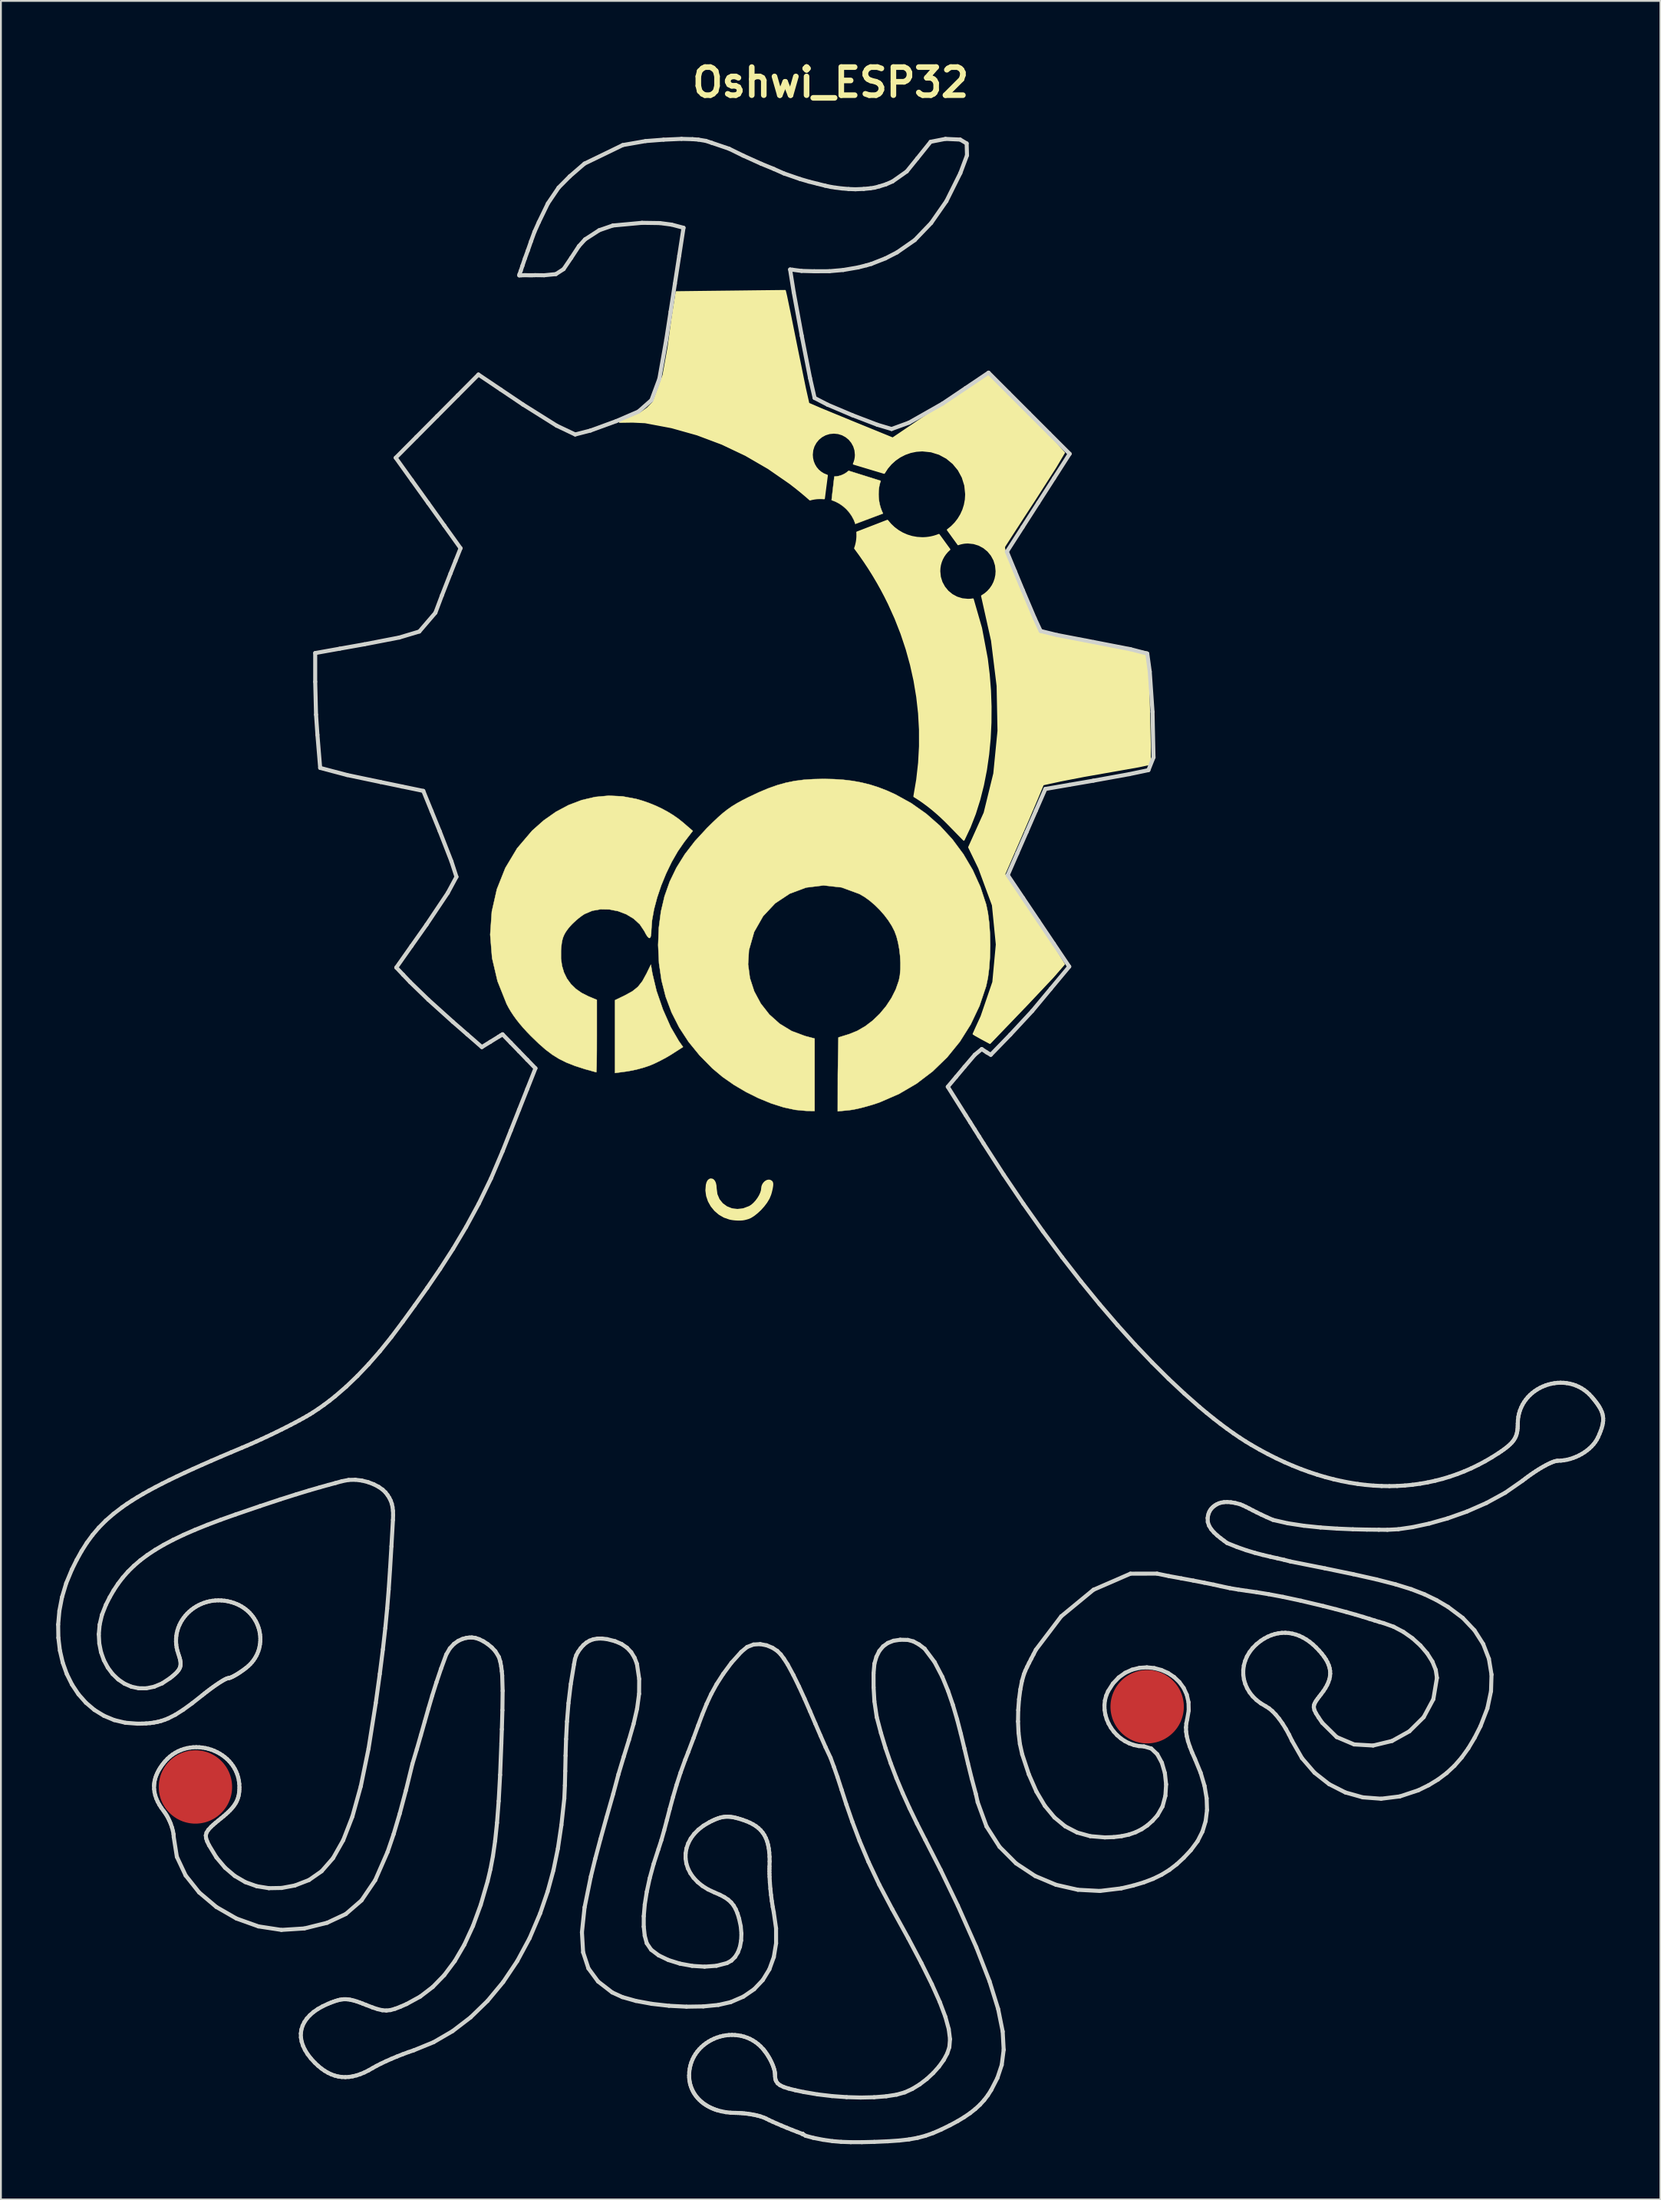
<source format=kicad_pcb>
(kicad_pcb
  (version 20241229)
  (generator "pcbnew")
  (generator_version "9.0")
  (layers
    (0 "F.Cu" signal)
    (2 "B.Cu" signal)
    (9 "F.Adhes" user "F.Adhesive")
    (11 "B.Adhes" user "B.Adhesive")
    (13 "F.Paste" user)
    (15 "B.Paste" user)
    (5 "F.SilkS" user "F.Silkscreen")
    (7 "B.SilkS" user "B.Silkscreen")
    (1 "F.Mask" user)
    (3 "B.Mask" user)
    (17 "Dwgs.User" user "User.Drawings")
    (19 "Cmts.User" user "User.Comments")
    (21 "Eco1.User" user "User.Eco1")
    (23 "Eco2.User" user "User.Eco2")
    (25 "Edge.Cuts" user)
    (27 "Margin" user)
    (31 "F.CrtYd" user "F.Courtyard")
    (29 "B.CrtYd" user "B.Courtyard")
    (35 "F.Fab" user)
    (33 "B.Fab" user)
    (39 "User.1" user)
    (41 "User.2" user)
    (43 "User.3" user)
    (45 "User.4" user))
  (footprint "Oshwi_ESP32"
    (layer "F.Cu")
    (at 42.066 58.861)
    (property "Reference" "Oshwi_ESP32" (at 0 -57.434 0) (layer "F.SilkS") (effects (font (size 1.524 1.524) (thickness 0.305))))
    (attr smd)
    (fp_poly (pts (xy 19.041 30.742) (xy 19.039 30.837) (xy 19.032 30.931) (xy 19.02 31.023) (xy 19.004 31.114) (xy 18.983 31.203) (xy 18.958 31.291) (xy 18.929 31.377) (xy 18.896 31.461) (xy 18.859 31.542) (xy 18.818 31.622) (xy 18.774 31.699) (xy 18.726 31.774) (xy 18.674 31.847) (xy 18.619 31.917) (xy 18.561 31.984) (xy 18.5 32.048) (xy 18.436 32.109) (xy 18.369 32.167) (xy 18.299 32.222) (xy 18.227 32.273) (xy 18.152 32.321) (xy 18.075 32.366) (xy 17.995 32.407) (xy 17.913 32.444) (xy 17.829 32.477) (xy 17.743 32.506) (xy 17.656 32.531) (xy 17.566 32.551) (xy 17.475 32.568) (xy 17.383 32.579) (xy 17.289 32.586) (xy 17.194 32.588) (xy 17.099 32.586) (xy 17.005 32.579) (xy 16.913 32.568) (xy 16.822 32.551) (xy 16.732 32.531) (xy 16.645 32.506) (xy 16.559 32.477) (xy 16.475 32.444) (xy 16.393 32.407) (xy 16.314 32.366) (xy 16.236 32.321) (xy 16.161 32.273) (xy 16.089 32.222) (xy 16.019 32.167) (xy 15.952 32.109) (xy 15.888 32.048) (xy 15.827 31.984) (xy 15.769 31.917) (xy 15.714 31.847) (xy 15.662 31.774) (xy 15.614 31.699) (xy 15.57 31.622) (xy 15.529 31.542) (xy 15.492 31.461) (xy 15.459 31.377) (xy 15.43 31.291) (xy 15.405 31.203) (xy 15.384 31.114) (xy 15.368 31.023) (xy 15.356 30.931) (xy 15.349 30.837) (xy 15.347 30.742) (xy 15.349 30.647) (xy 15.356 30.553) (xy 15.368 30.46) (xy 15.384 30.369) (xy 15.405 30.28) (xy 15.43 30.192) (xy 15.459 30.107) (xy 15.492 30.023) (xy 15.529 29.941) (xy 15.57 29.861) (xy 15.614 29.784) (xy 15.662 29.709) (xy 15.714 29.636) (xy 15.769 29.567) (xy 15.827 29.5) (xy 15.888 29.436) (xy 15.952 29.374) (xy 16.019 29.316) (xy 16.089 29.261) (xy 16.161 29.21) (xy 16.236 29.162) (xy 16.314 29.117) (xy 16.393 29.077) (xy 16.475 29.04) (xy 16.559 29.007) (xy 16.645 28.978) (xy 16.732 28.953) (xy 16.822 28.932) (xy 16.913 28.916) (xy 17.005 28.904) (xy 17.099 28.897) (xy 17.194 28.895) (xy 17.289 28.897) (xy 17.383 28.904) (xy 17.475 28.916) (xy 17.566 28.932) (xy 17.656 28.953) (xy 17.743 28.978) (xy 17.829 29.007) (xy 17.913 29.04) (xy 17.995 29.077) (xy 18.075 29.117) (xy 18.152 29.162) (xy 18.227 29.21) (xy 18.299 29.261) (xy 18.369 29.316) (xy 18.436 29.374) (xy 18.5 29.436) (xy 18.561 29.5) (xy 18.619 29.567) (xy 18.674 29.636) (xy 18.726 29.709) (xy 18.774 29.784) (xy 18.818 29.861) (xy 18.859 29.941) (xy 18.896 30.023) (xy 18.929 30.107) (xy 18.958 30.192) (xy 18.983 30.28) (xy 19.004 30.369) (xy 19.02 30.46) (xy 19.032 30.553) (xy 19.039 30.647) (xy 19.041 30.742)) (stroke (width 0.29) (type solid)) (fill yes) (layer "F.Cu"))
    (fp_poly (pts (xy -32.654 35.098) (xy -32.656 35.193) (xy -32.663 35.287) (xy -32.675 35.379) (xy -32.691 35.47) (xy -32.712 35.559) (xy -32.737 35.647) (xy -32.766 35.733) (xy -32.799 35.817) (xy -32.836 35.899) (xy -32.876 35.978) (xy -32.921 36.056) (xy -32.969 36.131) (xy -33.021 36.203) (xy -33.075 36.273) (xy -33.133 36.34) (xy -33.195 36.404) (xy -33.259 36.465) (xy -33.326 36.523) (xy -33.396 36.578) (xy -33.468 36.63) (xy -33.543 36.678) (xy -33.62 36.722) (xy -33.7 36.763) (xy -33.782 36.8) (xy -33.866 36.833) (xy -33.951 36.862) (xy -34.039 36.887) (xy -34.128 36.907) (xy -34.219 36.924) (xy -34.312 36.935) (xy -34.406 36.943) (xy -34.501 36.945) (xy -34.596 36.943) (xy -34.69 36.935) (xy -34.782 36.924) (xy -34.873 36.907) (xy -34.962 36.887) (xy -35.05 36.862) (xy -35.136 36.833) (xy -35.22 36.8) (xy -35.302 36.763) (xy -35.381 36.722) (xy -35.459 36.678) (xy -35.533 36.63) (xy -35.606 36.578) (xy -35.676 36.523) (xy -35.743 36.465) (xy -35.807 36.404) (xy -35.868 36.34) (xy -35.926 36.273) (xy -35.981 36.203) (xy -36.032 36.131) (xy -36.08 36.056) (xy -36.125 35.978) (xy -36.166 35.899) (xy -36.203 35.817) (xy -36.236 35.733) (xy -36.265 35.647) (xy -36.29 35.559) (xy -36.31 35.47) (xy -36.327 35.379) (xy -36.338 35.287) (xy -36.345 35.193) (xy -36.348 35.098) (xy -36.345 35.003) (xy -36.338 34.909) (xy -36.327 34.817) (xy -36.31 34.726) (xy -36.29 34.636) (xy -36.265 34.549) (xy -36.236 34.463) (xy -36.203 34.379) (xy -36.166 34.297) (xy -36.125 34.217) (xy -36.08 34.14) (xy -36.032 34.065) (xy -35.981 33.993) (xy -35.926 33.923) (xy -35.868 33.856) (xy -35.807 33.792) (xy -35.743 33.731) (xy -35.676 33.673) (xy -35.606 33.618) (xy -35.533 33.566) (xy -35.459 33.518) (xy -35.381 33.474) (xy -35.302 33.433) (xy -35.22 33.396) (xy -35.136 33.363) (xy -35.05 33.334) (xy -34.962 33.309) (xy -34.873 33.288) (xy -34.782 33.272) (xy -34.69 33.26) (xy -34.596 33.253) (xy -34.501 33.251) (xy -34.406 33.253) (xy -34.312 33.26) (xy -34.219 33.272) (xy -34.128 33.288) (xy -34.039 33.309) (xy -33.951 33.334) (xy -33.866 33.363) (xy -33.782 33.396) (xy -33.7 33.433) (xy -33.62 33.474) (xy -33.543 33.518) (xy -33.468 33.566) (xy -33.396 33.618) (xy -33.326 33.673) (xy -33.259 33.731) (xy -33.195 33.792) (xy -33.133 33.856) (xy -33.075 33.923) (xy -33.021 33.993) (xy -32.969 34.065) (xy -32.921 34.14) (xy -32.877 34.217) (xy -32.836 34.297) (xy -32.799 34.379) (xy -32.766 34.463) (xy -32.737 34.549) (xy -32.712 34.636) (xy -32.691 34.726) (xy -32.675 34.817) (xy -32.663 34.909) (xy -32.656 35.003) (xy -32.654 35.098) (xy -32.654 35.098)) (stroke (width 0.29) (type solid)) (fill yes) (layer "F.Cu"))
    (fp_poly (pts (xy -9.844 -4.058) (xy -9.561 -4.178) (xy -9.237 -4.336) (xy -8.913 -4.51) (xy -8.628 -4.68) (xy -8.475 -4.779) (xy -8.322 -4.877) (xy -8.169 -4.975) (xy -8.016 -5.073) (xy -8.073 -5.155) (xy -8.131 -5.236) (xy -8.188 -5.318) (xy -8.246 -5.4) (xy -8.685 -6.153) (xy -9.106 -7.104) (xy -9.455 -8.116) (xy -9.679 -9.052) (xy -9.7 -9.175) (xy -9.721 -9.298) (xy -9.741 -9.421) (xy -9.762 -9.544) (xy -9.821 -9.424) (xy -9.879 -9.303) (xy -9.938 -9.183) (xy -9.996 -9.063) (xy -10.226 -8.644) (xy -10.467 -8.338) (xy -10.767 -8.097) (xy -11.173 -7.874) (xy -11.307 -7.809) (xy -11.442 -7.744) (xy -11.577 -7.679) (xy -11.711 -7.614) (xy -11.711 -7.119) (xy -11.711 -6.625) (xy -11.711 -6.131) (xy -11.711 -5.637) (xy -11.711 -5.143) (xy -11.711 -4.649) (xy -11.711 -4.155) (xy -11.711 -3.661) (xy -11.553 -3.682) (xy -11.395 -3.703) (xy -11.238 -3.724) (xy -11.08 -3.745) (xy -10.787 -3.795) (xy -10.457 -3.871) (xy -10.129 -3.962) (xy -9.844 -4.058) (xy -9.844 -4.058)) (stroke (width 0.018) (type solid)) (fill yes) (layer "F.SilkS"))
    (fp_poly (pts (xy -5.455 4.143) (xy -5.73 4.048) (xy -5.98 3.904) (xy -6.197 3.717) (xy -6.378 3.497) (xy -6.516 3.251) (xy -6.606 2.986) (xy -6.643 2.711) (xy -6.621 2.434) (xy -6.59 2.321) (xy -6.55 2.252) (xy -6.505 2.223) (xy -6.459 2.232) (xy -6.416 2.277) (xy -6.381 2.355) (xy -6.357 2.464) (xy -6.348 2.602) (xy -6.301 2.959) (xy -6.169 3.269) (xy -5.966 3.523) (xy -5.705 3.715) (xy -5.4 3.837) (xy -5.064 3.88) (xy -4.711 3.839) (xy -4.355 3.705) (xy -4.218 3.618) (xy -4.085 3.503) (xy -3.96 3.366) (xy -3.847 3.215) (xy -3.751 3.056) (xy -3.677 2.896) (xy -3.629 2.743) (xy -3.612 2.602) (xy -3.603 2.529) (xy -3.576 2.459) (xy -3.537 2.397) (xy -3.488 2.345) (xy -3.435 2.308) (xy -3.38 2.288) (xy -3.329 2.289) (xy -3.285 2.315) (xy -3.276 2.338) (xy -3.273 2.38) (xy -3.276 2.438) (xy -3.286 2.51) (xy -3.301 2.594) (xy -3.322 2.688) (xy -3.347 2.788) (xy -3.377 2.893) (xy -3.458 3.091) (xy -3.579 3.293) (xy -3.728 3.489) (xy -3.894 3.673) (xy -4.068 3.835) (xy -4.238 3.97) (xy -4.394 4.068) (xy -4.524 4.123) (xy -4.575 4.137) (xy -4.618 4.149) (xy -4.656 4.159) (xy -4.692 4.168) (xy -4.73 4.175) (xy -4.771 4.182) (xy -4.819 4.187) (xy -4.877 4.191) (xy -4.92 4.193) (xy -4.975 4.193) (xy -5.042 4.192) (xy -5.116 4.189) (xy -5.197 4.183) (xy -5.282 4.174) (xy -5.369 4.161) (xy -5.455 4.143) (xy -5.455 4.143) (xy -5.455 4.143) (xy -5.455 4.143) (xy -5.455 4.143) (xy -5.455 4.143) (xy -5.455 4.143) (xy -5.455 4.143) (xy -5.455 4.143) (xy -5.455 4.143) (xy -5.455 4.143) (xy -5.455 4.143) (xy -5.455 4.143) (xy -5.455 4.143) (xy -5.455 4.143) (xy -5.455 4.143) (xy -5.455 4.143)) (stroke (width 0.317) (type solid)) (fill yes) (layer "F.SilkS"))
    (fp_poly (pts (xy 1.345 -33.471) (xy 1.533 -33.541) (xy 1.721 -33.611) (xy 1.908 -33.682) (xy 2.096 -33.752) (xy 2.284 -33.823) (xy 2.471 -33.893) (xy 2.659 -33.963) (xy 2.846 -34.034) (xy 2.846 -34.034) (xy 2.846 -34.035) (xy 2.846 -34.036) (xy 2.845 -34.036) (xy 2.845 -34.037) (xy 2.845 -34.037) (xy 2.844 -34.038) (xy 2.844 -34.039) (xy 2.79 -34.158) (xy 2.742 -34.281) (xy 2.701 -34.406) (xy 2.668 -34.535) (xy 2.641 -34.666) (xy 2.622 -34.8) (xy 2.61 -34.936) (xy 2.606 -35.075) (xy 2.608 -35.169) (xy 2.612 -35.259) (xy 2.619 -35.346) (xy 2.63 -35.431) (xy 2.643 -35.514) (xy 2.661 -35.598) (xy 2.683 -35.682) (xy 2.709 -35.767) (xy 2.71 -35.772) (xy 2.712 -35.777) (xy 2.713 -35.783) (xy 2.715 -35.788) (xy 2.717 -35.793) (xy 2.718 -35.798) (xy 2.72 -35.803) (xy 2.721 -35.808) (xy 2.508 -35.875) (xy 2.295 -35.942) (xy 2.081 -36.009) (xy 1.868 -36.076) (xy 1.654 -36.143) (xy 1.441 -36.21) (xy 1.228 -36.277) (xy 1.014 -36.344) (xy 1.01 -36.346) (xy 1.006 -36.347) (xy 1.001 -36.349) (xy 0.997 -36.35) (xy 0.992 -36.351) (xy 0.988 -36.353) (xy 0.984 -36.354) (xy 0.979 -36.355) (xy 0.899 -36.288) (xy 0.813 -36.227) (xy 0.722 -36.174) (xy 0.626 -36.13) (xy 0.526 -36.093) (xy 0.421 -36.066) (xy 0.313 -36.049) (xy 0.202 -36.041) (xy 0.202 -36.038) (xy 0.202 -36.036) (xy 0.201 -36.033) (xy 0.201 -36.031) (xy 0.201 -36.028) (xy 0.201 -36.026) (xy 0.2 -36.023) (xy 0.2 -36.021) (xy 0.182 -35.863) (xy 0.163 -35.706) (xy 0.145 -35.549) (xy 0.127 -35.391) (xy 0.108 -35.234) (xy 0.09 -35.077) (xy 0.072 -34.919) (xy 0.053 -34.762) (xy 0.053 -34.762) (xy 0.053 -34.762) (xy 0.053 -34.762) (xy 0.053 -34.762) (xy 0.053 -34.762) (xy 0.053 -34.762) (xy 0.053 -34.762) (xy 0.053 -34.762) (xy 0.276 -34.675) (xy 0.485 -34.563) (xy 0.679 -34.427) (xy 0.854 -34.271) (xy 1.011 -34.095) (xy 1.146 -33.902) (xy 1.259 -33.693) (xy 1.346 -33.471) (xy 1.345 -33.471)) (stroke (width 0.018) (type solid)) (fill yes) (layer "F.SilkS"))
    (fp_poly (pts (xy -12.697 -5.662) (xy -12.697 -5.909) (xy -12.697 -6.155) (xy -12.697 -6.401) (xy -12.697 -6.647) (xy -12.697 -6.893) (xy -12.697 -7.14) (xy -12.697 -7.386) (xy -12.697 -7.632) (xy -12.754 -7.656) (xy -12.812 -7.68) (xy -12.869 -7.704) (xy -12.927 -7.728) (xy -12.985 -7.752) (xy -13.042 -7.776) (xy -13.1 -7.8) (xy -13.157 -7.824) (xy -13.523 -8.008) (xy -13.84 -8.23) (xy -14.105 -8.489) (xy -14.32 -8.785) (xy -14.482 -9.116) (xy -14.59 -9.479) (xy -14.645 -9.875) (xy -14.645 -10.3) (xy -14.628 -10.521) (xy -14.605 -10.71) (xy -14.574 -10.873) (xy -14.533 -11.017) (xy -14.479 -11.149) (xy -14.411 -11.276) (xy -14.325 -11.405) (xy -14.22 -11.543) (xy -14.134 -11.642) (xy -14.036 -11.746) (xy -13.927 -11.851) (xy -13.813 -11.955) (xy -13.696 -12.054) (xy -13.579 -12.145) (xy -13.467 -12.225) (xy -13.363 -12.292) (xy -12.948 -12.468) (xy -12.493 -12.549) (xy -12.019 -12.54) (xy -11.547 -12.448) (xy -11.1 -12.278) (xy -10.698 -12.037) (xy -10.364 -11.73) (xy -10.12 -11.365) (xy -10.029 -11.194) (xy -9.952 -11.074) (xy -9.886 -11.004) (xy -9.833 -10.986) (xy -9.792 -11.019) (xy -9.762 -11.103) (xy -9.744 -11.238) (xy -9.738 -11.424) (xy -9.698 -11.957) (xy -9.59 -12.553) (xy -9.421 -13.188) (xy -9.2 -13.841) (xy -8.934 -14.49) (xy -8.633 -15.113) (xy -8.303 -15.688) (xy -7.955 -16.193) (xy -7.896 -16.269) (xy -7.837 -16.345) (xy -7.779 -16.422) (xy -7.72 -16.498) (xy -7.661 -16.574) (xy -7.603 -16.651) (xy -7.544 -16.727) (xy -7.485 -16.803) (xy -7.552 -16.86) (xy -7.618 -16.918) (xy -7.685 -16.975) (xy -7.751 -17.032) (xy -7.817 -17.089) (xy -7.884 -17.147) (xy -7.95 -17.204) (xy -8.017 -17.261) (xy -8.272 -17.465) (xy -8.552 -17.66) (xy -8.853 -17.844) (xy -9.171 -18.015) (xy -9.504 -18.172) (xy -9.848 -18.312) (xy -10.2 -18.435) (xy -10.557 -18.539) (xy -11.302 -18.679) (xy -12.048 -18.715) (xy -12.788 -18.647) (xy -13.517 -18.477) (xy -14.23 -18.207) (xy -14.921 -17.839) (xy -15.584 -17.374) (xy -16.214 -16.815) (xy -17.03 -15.857) (xy -17.669 -14.791) (xy -18.127 -13.64) (xy -18.402 -12.427) (xy -18.49 -11.174) (xy -18.388 -9.905) (xy -18.091 -8.642) (xy -17.598 -7.409) (xy -17.488 -7.199) (xy -17.363 -6.989) (xy -17.223 -6.777) (xy -17.067 -6.562) (xy -16.895 -6.344) (xy -16.705 -6.121) (xy -16.497 -5.894) (xy -16.271 -5.66) (xy -15.859 -5.262) (xy -15.481 -4.93) (xy -15.115 -4.654) (xy -14.74 -4.422) (xy -14.334 -4.222) (xy -13.878 -4.043) (xy -13.349 -3.873) (xy -12.728 -3.701) (xy -12.721 -3.739) (xy -12.716 -3.853) (xy -12.71 -4.034) (xy -12.706 -4.274) (xy -12.702 -4.564) (xy -12.699 -4.898) (xy -12.698 -5.267) (xy -12.697 -5.662) (xy -12.697 -5.662) (xy -12.697 -5.662) (xy -12.697 -5.662)) (stroke (width 0.018) (type solid)) (fill yes) (layer "F.SilkS"))
    (fp_poly (pts (xy 4.539 -18.677) (xy 4.694 -19.587) (xy 4.796 -20.495) (xy 4.845 -21.4) (xy 4.844 -22.3) (xy 4.794 -23.194) (xy 4.694 -24.08) (xy 4.548 -24.956) (xy 4.356 -25.821) (xy 4.12 -26.673) (xy 3.84 -27.511) (xy 3.518 -28.333) (xy 3.155 -29.137) (xy 2.958 -29.532) (xy 2.752 -29.922) (xy 2.536 -30.307) (xy 2.311 -30.687) (xy 2.077 -31.06) (xy 1.833 -31.428) (xy 1.581 -31.79) (xy 1.32 -32.146) (xy 1.349 -32.229) (xy 1.374 -32.313) (xy 1.395 -32.399) (xy 1.413 -32.486) (xy 1.427 -32.575) (xy 1.437 -32.665) (xy 1.444 -32.756) (xy 1.445 -32.848) (xy 1.445 -32.869) (xy 1.445 -32.889) (xy 1.445 -32.91) (xy 1.444 -32.931) (xy 1.443 -32.951) (xy 1.442 -32.972) (xy 1.441 -32.992) (xy 1.439 -33.013) (xy 1.645 -33.092) (xy 1.851 -33.172) (xy 2.056 -33.251) (xy 2.262 -33.331) (xy 2.468 -33.41) (xy 2.674 -33.49) (xy 2.879 -33.57) (xy 3.085 -33.649) (xy 3.085 -33.649) (xy 3.085 -33.649) (xy 3.085 -33.649) (xy 3.085 -33.649) (xy 3.085 -33.649) (xy 3.085 -33.649) (xy 3.085 -33.649) (xy 3.085 -33.649) (xy 3.259 -33.444) (xy 3.455 -33.259) (xy 3.671 -33.098) (xy 3.905 -32.961) (xy 4.154 -32.852) (xy 4.418 -32.771) (xy 4.694 -32.721) (xy 4.98 -32.704) (xy 5.099 -32.707) (xy 5.217 -32.716) (xy 5.332 -32.73) (xy 5.446 -32.75) (xy 5.558 -32.775) (xy 5.669 -32.806) (xy 5.776 -32.841) (xy 5.882 -32.881) (xy 5.883 -32.879) (xy 5.884 -32.877) (xy 5.886 -32.875) (xy 5.887 -32.873) (xy 5.888 -32.871) (xy 5.89 -32.869) (xy 5.891 -32.867) (xy 5.892 -32.865) (xy 5.963 -32.769) (xy 6.033 -32.673) (xy 6.103 -32.577) (xy 6.173 -32.481) (xy 6.243 -32.384) (xy 6.313 -32.288) (xy 6.383 -32.192) (xy 6.453 -32.096) (xy 6.454 -32.094) (xy 6.455 -32.093) (xy 6.456 -32.091) (xy 6.457 -32.09) (xy 6.458 -32.088) (xy 6.459 -32.087) (xy 6.46 -32.085) (xy 6.461 -32.084) (xy 6.342 -31.971) (xy 6.235 -31.846) (xy 6.141 -31.711) (xy 6.062 -31.565) (xy 5.999 -31.41) (xy 5.952 -31.248) (xy 5.924 -31.079) (xy 5.914 -30.904) (xy 5.945 -30.592) (xy 6.035 -30.302) (xy 6.178 -30.04) (xy 6.366 -29.811) (xy 6.595 -29.622) (xy 6.858 -29.48) (xy 7.148 -29.39) (xy 7.459 -29.358) (xy 7.494 -29.359) (xy 7.528 -29.36) (xy 7.562 -29.362) (xy 7.596 -29.364) (xy 7.63 -29.368) (xy 7.664 -29.372) (xy 7.697 -29.376) (xy 7.73 -29.382) (xy 7.73 -29.382) (xy 7.73 -29.382) (xy 7.73 -29.382) (xy 7.73 -29.382) (xy 7.73 -29.382) (xy 7.73 -29.382) (xy 7.73 -29.382) (xy 7.73 -29.382) (xy 8.181 -27.818) (xy 8.495 -26.153) (xy 8.599 -25.295) (xy 8.668 -24.426) (xy 8.699 -23.553) (xy 8.694 -22.68) (xy 8.651 -21.812) (xy 8.569 -20.954) (xy 8.448 -20.112) (xy 8.287 -19.291) (xy 8.086 -18.495) (xy 7.845 -17.73) (xy 7.561 -17.002) (xy 7.236 -16.314) (xy 7.235 -16.315) (xy 7.234 -16.316) (xy 7.233 -16.316) (xy 7.232 -16.317) (xy 7.232 -16.318) (xy 7.231 -16.319) (xy 7.23 -16.32) (xy 7.229 -16.32) (xy 7.228 -16.321) (xy 7.228 -16.322) (xy 7.227 -16.323) (xy 7.226 -16.324) (xy 7.225 -16.324) (xy 7.225 -16.325) (xy 7.224 -16.326) (xy 7.223 -16.327) (xy 7.222 -16.328) (xy 7.221 -16.328) (xy 7.221 -16.329) (xy 7.22 -16.33) (xy 7.219 -16.331) (xy 7.218 -16.332) (xy 7.217 -16.332) (xy 7.217 -16.333) (xy 7.216 -16.334) (xy 7.215 -16.335) (xy 7.214 -16.336) (xy 7.213 -16.336) (xy 7.213 -16.337) (xy 7.212 -16.338) (xy 7.211 -16.339) (xy 7.21 -16.339) (xy 7.112 -16.44) (xy 7.013 -16.541) (xy 6.914 -16.642) (xy 6.815 -16.743) (xy 6.717 -16.844) (xy 6.618 -16.945) (xy 6.519 -17.046) (xy 6.421 -17.147) (xy 6.191 -17.376) (xy 5.961 -17.594) (xy 5.73 -17.8) (xy 5.497 -17.996) (xy 5.263 -18.18) (xy 5.026 -18.355) (xy 4.906 -18.439) (xy 4.785 -18.52) (xy 4.663 -18.599) (xy 4.54 -18.675) (xy 4.54 -18.675) (xy 4.54 -18.675) (xy 4.54 -18.675) (xy 4.54 -18.675) (xy 4.54 -18.675) (xy 4.539 -18.677)) (stroke (width 0.088) (type solid)) (fill yes) (layer "F.SilkS"))
    (fp_poly (pts (xy -0.868 -3.565) (xy -0.868 -3.81) (xy -0.868 -4.056) (xy -0.868 -4.302) (xy -0.868 -4.548) (xy -0.868 -4.794) (xy -0.868 -5.04) (xy -0.868 -5.286) (xy -0.868 -5.531) (xy -0.934 -5.549) (xy -0.999 -5.566) (xy -1.065 -5.583) (xy -1.13 -5.6) (xy -1.196 -5.618) (xy -1.261 -5.635) (xy -1.327 -5.652) (xy -1.392 -5.67) (xy -2.114 -5.938) (xy -2.763 -6.333) (xy -3.327 -6.837) (xy -3.792 -7.43) (xy -4.148 -8.093) (xy -4.382 -8.81) (xy -4.482 -9.56) (xy -4.436 -10.326) (xy -4.152 -11.32) (xy -3.665 -12.175) (xy -3.01 -12.872) (xy -2.222 -13.395) (xy -1.335 -13.726) (xy -0.385 -13.845) (xy 0.593 -13.736) (xy 1.563 -13.381) (xy 1.842 -13.219) (xy 2.124 -13.015) (xy 2.401 -12.779) (xy 2.667 -12.516) (xy 2.914 -12.235) (xy 3.135 -11.943) (xy 3.324 -11.647) (xy 3.474 -11.355) (xy 3.579 -11.071) (xy 3.664 -10.743) (xy 3.73 -10.387) (xy 3.774 -10.016) (xy 3.795 -9.646) (xy 3.792 -9.291) (xy 3.763 -8.965) (xy 3.708 -8.683) (xy 3.54 -8.201) (xy 3.305 -7.734) (xy 3.013 -7.29) (xy 2.672 -6.88) (xy 2.292 -6.513) (xy 1.881 -6.2) (xy 1.448 -5.949) (xy 1.003 -5.77) (xy 0.931 -5.748) (xy 0.859 -5.725) (xy 0.787 -5.703) (xy 0.714 -5.68) (xy 0.642 -5.658) (xy 0.57 -5.635) (xy 0.498 -5.613) (xy 0.425 -5.591) (xy 0.421 -5.339) (xy 0.417 -5.087) (xy 0.413 -4.835) (xy 0.408 -4.584) (xy 0.404 -4.332) (xy 0.4 -4.08) (xy 0.395 -3.829) (xy 0.391 -3.577) (xy 0.39 -3.328) (xy 0.39 -3.078) (xy 0.389 -2.829) (xy 0.389 -2.579) (xy 0.388 -2.329) (xy 0.388 -2.08) (xy 0.387 -1.83) (xy 0.387 -1.581) (xy 0.468 -1.589) (xy 0.55 -1.597) (xy 0.631 -1.604) (xy 0.712 -1.612) (xy 0.794 -1.62) (xy 0.875 -1.628) (xy 0.956 -1.636) (xy 1.038 -1.644) (xy 1.194 -1.667) (xy 1.377 -1.702) (xy 1.582 -1.748) (xy 1.8 -1.803) (xy 2.025 -1.865) (xy 2.251 -1.931) (xy 2.471 -2.002) (xy 2.678 -2.074) (xy 3.71 -2.522) (xy 4.669 -3.083) (xy 5.545 -3.749) (xy 6.332 -4.512) (xy 7.024 -5.364) (xy 7.611 -6.297) (xy 8.089 -7.303) (xy 8.449 -8.375) (xy 8.546 -8.834) (xy 8.615 -9.374) (xy 8.656 -9.969) (xy 8.67 -10.592) (xy 8.657 -11.214) (xy 8.615 -11.81) (xy 8.546 -12.351) (xy 8.45 -12.81) (xy 8.134 -13.769) (xy 7.72 -14.682) (xy 7.212 -15.543) (xy 6.618 -16.343) (xy 5.945 -17.076) (xy 5.197 -17.733) (xy 4.382 -18.307) (xy 3.507 -18.79) (xy 3.047 -18.997) (xy 2.593 -19.171) (xy 2.138 -19.316) (xy 1.675 -19.43) (xy 1.199 -19.518) (xy 0.702 -19.578) (xy 0.18 -19.613) (xy -0.375 -19.625) (xy -0.945 -19.613) (xy -1.468 -19.578) (xy -1.956 -19.514) (xy -2.428 -19.418) (xy -2.896 -19.287) (xy -3.378 -19.116) (xy -3.887 -18.903) (xy -4.441 -18.643) (xy -4.785 -18.469) (xy -5.083 -18.306) (xy -5.35 -18.143) (xy -5.601 -17.968) (xy -5.849 -17.773) (xy -6.11 -17.544) (xy -6.397 -17.273) (xy -6.725 -16.949) (xy -7.371 -16.247) (xy -7.92 -15.534) (xy -8.376 -14.802) (xy -8.742 -14.044) (xy -9.021 -13.253) (xy -9.217 -12.42) (xy -9.331 -11.54) (xy -9.367 -10.604) (xy -9.321 -9.623) (xy -9.184 -8.687) (xy -8.956 -7.794) (xy -8.636 -6.942) (xy -8.223 -6.129) (xy -7.717 -5.354) (xy -7.116 -4.616) (xy -6.421 -3.911) (xy -5.871 -3.45) (xy -5.257 -3.021) (xy -4.599 -2.633) (xy -3.916 -2.293) (xy -3.228 -2.011) (xy -2.554 -1.797) (xy -1.915 -1.659) (xy -1.33 -1.605) (xy -1.272 -1.604) (xy -1.214 -1.604) (xy -1.156 -1.603) (xy -1.099 -1.602) (xy -1.041 -1.601) (xy -0.983 -1.601) (xy -0.925 -1.6) (xy -0.868 -1.599) (xy -0.868 -1.845) (xy -0.868 -2.091) (xy -0.868 -2.336) (xy -0.868 -2.582) (xy -0.868 -2.828) (xy -0.868 -3.074) (xy -0.868 -3.32) (xy -0.868 -3.566) (xy -0.868 -3.566) (xy -0.868 -3.566) (xy -0.868 -3.566) (xy -0.868 -3.566) (xy -0.868 -3.566) (xy -0.868 -3.566) (xy -0.868 -3.566) (xy -0.868 -3.566) (xy -0.868 -3.566) (xy -0.868 -3.566) (xy -0.868 -3.566) (xy -0.868 -3.566) (xy -0.868 -3.566) (xy -0.868 -3.566) (xy -0.868 -3.566) (xy -0.868 -3.565)) (stroke (width 0.018) (type solid)) (fill yes) (layer "F.SilkS"))
    (fp_poly (pts (xy -10.752 -39.011) (xy -10.072 -38.979) (xy -8.637 -38.709) (xy -7.245 -38.318) (xy -5.9 -37.813) (xy -4.61 -37.201) (xy -3.379 -36.487) (xy -2.213 -35.68) (xy -1.933 -35.464) (xy -1.657 -35.243) (xy -1.385 -35.016) (xy -1.118 -34.784) (xy -1.118 -34.784) (xy -1.118 -34.784) (xy -1.118 -34.784) (xy -1.118 -34.784) (xy -1.118 -34.784) (xy -1.118 -34.784) (xy -1.118 -34.784) (xy -1.118 -34.784) (xy -1.118 -34.784) (xy -1.118 -34.784) (xy -1.118 -34.784) (xy -1.118 -34.784) (xy -1.118 -34.784) (xy -1.118 -34.784) (xy -1.118 -34.784) (xy -1.118 -34.784) (xy -1.118 -34.784) (xy -1.118 -34.784) (xy -1.118 -34.784) (xy -1.118 -34.784) (xy -1.118 -34.784) (xy -1.118 -34.784) (xy -1.118 -34.784) (xy -1.118 -34.784) (xy -1.118 -34.784) (xy -1.118 -34.784) (xy -1.118 -34.784) (xy -1.118 -34.784) (xy -1.118 -34.784) (xy -1.118 -34.784) (xy -1.118 -34.784) (xy -1.118 -34.784) (xy -1.102 -34.789) (xy -1.085 -34.793) (xy -1.069 -34.798) (xy -1.052 -34.802) (xy -1.035 -34.806) (xy -1.019 -34.81) (xy -1.002 -34.814) (xy -0.985 -34.817) (xy -0.968 -34.821) (xy -0.951 -34.824) (xy -0.934 -34.827) (xy -0.917 -34.83) (xy -0.9 -34.833) (xy -0.883 -34.836) (xy -0.866 -34.839) (xy -0.849 -34.841) (xy -0.779 -34.85) (xy -0.709 -34.856) (xy -0.639 -34.859) (xy -0.568 -34.861) (xy -0.54 -34.86) (xy -0.514 -34.86) (xy -0.487 -34.859) (xy -0.46 -34.858) (xy -0.433 -34.856) (xy -0.407 -34.854) (xy -0.381 -34.852) (xy -0.354 -34.85) (xy -0.334 -35.006) (xy -0.314 -35.162) (xy -0.294 -35.319) (xy -0.274 -35.475) (xy -0.253 -35.631) (xy -0.233 -35.788) (xy -0.213 -35.944) (xy -0.193 -36.1) (xy -0.196 -36.101) (xy -0.198 -36.102) (xy -0.201 -36.103) (xy -0.204 -36.104) (xy -0.207 -36.105) (xy -0.209 -36.106) (xy -0.212 -36.106) (xy -0.215 -36.107) (xy -0.385 -36.178) (xy -0.539 -36.274) (xy -0.675 -36.391) (xy -0.79 -36.528) (xy -0.883 -36.683) (xy -0.952 -36.852) (xy -0.995 -37.035) (xy -1.01 -37.227) (xy -0.986 -37.466) (xy -0.917 -37.689) (xy -0.807 -37.89) (xy -0.663 -38.066) (xy -0.487 -38.211) (xy -0.286 -38.32) (xy -0.063 -38.389) (xy 0.176 -38.413) (xy 0.415 -38.389) (xy 0.638 -38.32) (xy 0.839 -38.211) (xy 1.015 -38.066) (xy 1.159 -37.89) (xy 1.269 -37.689) (xy 1.338 -37.466) (xy 1.362 -37.227) (xy 1.36 -37.161) (xy 1.355 -37.096) (xy 1.346 -37.032) (xy 1.334 -36.968) (xy 1.318 -36.906) (xy 1.3 -36.846) (xy 1.278 -36.787) (xy 1.253 -36.729) (xy 1.259 -36.727) (xy 1.265 -36.726) (xy 1.272 -36.724) (xy 1.278 -36.722) (xy 1.284 -36.72) (xy 1.29 -36.718) (xy 1.297 -36.716) (xy 1.303 -36.715) (xy 1.501 -36.655) (xy 1.699 -36.596) (xy 1.897 -36.536) (xy 2.095 -36.477) (xy 2.293 -36.417) (xy 2.491 -36.358) (xy 2.689 -36.299) (xy 2.887 -36.239) (xy 2.89 -36.238) (xy 2.893 -36.238) (xy 2.895 -36.237) (xy 2.898 -36.236) (xy 2.901 -36.236) (xy 2.904 -36.235) (xy 2.906 -36.234) (xy 2.909 -36.233) (xy 3.078 -36.494) (xy 3.279 -36.729) (xy 3.508 -36.937) (xy 3.763 -37.113) (xy 4.041 -37.255) (xy 4.339 -37.361) (xy 4.653 -37.426) (xy 4.981 -37.449) (xy 5.459 -37.4) (xy 5.904 -37.262) (xy 6.307 -37.044) (xy 6.658 -36.754) (xy 6.948 -36.403) (xy 7.166 -36) (xy 7.304 -35.555) (xy 7.353 -35.077) (xy 7.335 -34.783) (xy 7.282 -34.5) (xy 7.197 -34.229) (xy 7.081 -33.974) (xy 6.937 -33.736) (xy 6.768 -33.517) (xy 6.574 -33.319) (xy 6.358 -33.146) (xy 6.36 -33.143) (xy 6.362 -33.14) (xy 6.364 -33.138) (xy 6.366 -33.135) (xy 6.368 -33.133) (xy 6.369 -33.13) (xy 6.371 -33.127) (xy 6.373 -33.125) (xy 6.441 -33.032) (xy 6.508 -32.939) (xy 6.576 -32.846) (xy 6.643 -32.752) (xy 6.711 -32.659) (xy 6.779 -32.566) (xy 6.846 -32.473) (xy 6.914 -32.38) (xy 6.916 -32.377) (xy 6.917 -32.374) (xy 6.919 -32.371) (xy 6.921 -32.368) (xy 6.923 -32.365) (xy 6.925 -32.362) (xy 6.927 -32.359) (xy 6.928 -32.356) (xy 6.991 -32.377) (xy 7.055 -32.396) (xy 7.12 -32.412) (xy 7.186 -32.425) (xy 7.253 -32.436) (xy 7.321 -32.443) (xy 7.39 -32.448) (xy 7.46 -32.45) (xy 7.771 -32.418) (xy 8.062 -32.328) (xy 8.324 -32.186) (xy 8.553 -31.997) (xy 8.742 -31.768) (xy 8.884 -31.506) (xy 8.974 -31.216) (xy 9.005 -30.904) (xy 8.991 -30.691) (xy 8.948 -30.487) (xy 8.88 -30.293) (xy 8.788 -30.113) (xy 8.673 -29.947) (xy 8.539 -29.798) (xy 8.386 -29.667) (xy 8.217 -29.557) (xy 8.757 -27.138) (xy 9.061 -24.673) (xy 9.109 -22.241) (xy 8.881 -19.919) (xy 8.357 -17.784) (xy 7.515 -15.916) (xy 7.519 -15.907) (xy 7.523 -15.899) (xy 7.793 -15.342) (xy 8.063 -14.785) (xy 8.806 -12.771) (xy 9.017 -10.636) (xy 8.828 -8.595) (xy 8.189 -6.729) (xy 7.884 -6.065) (xy 7.758 -5.78) (xy 7.889 -5.698) (xy 8.206 -5.522) (xy 8.43 -5.402) (xy 8.654 -5.281) (xy 9.66 -6.327) (xy 10.666 -7.373) (xy 12.088 -8.881) (xy 12.682 -9.566) (xy 12.208 -10.339) (xy 11.063 -12.056) (xy 10.252 -13.251) (xy 9.441 -14.445) (xy 9.798 -15.264) (xy 10.155 -16.083) (xy 10.758 -17.475) (xy 11.204 -18.521) (xy 11.371 -18.922) (xy 11.539 -19.322) (xy 12.026 -19.427) (xy 12.513 -19.533) (xy 13.761 -19.775) (xy 15.393 -20.062) (xy 16.752 -20.302) (xy 17.346 -20.429) (xy 17.353 -21.347) (xy 17.304 -23.486) (xy 17.259 -24.991) (xy 17.214 -26.496) (xy 16.251 -26.665) (xy 15.289 -26.834) (xy 13.637 -27.125) (xy 12.369 -27.353) (xy 11.871 -27.444) (xy 11.374 -27.535) (xy 11.185 -27.977) (xy 10.997 -28.418) (xy 10.544 -29.451) (xy 10.404 -29.765) (xy 10.261 -30.083) (xy 10.12 -30.395) (xy 9.985 -30.693) (xy 9.86 -30.975) (xy 9.746 -31.245) (xy 9.646 -31.495) (xy 9.562 -31.719) (xy 9.497 -31.911) (xy 9.453 -32.065) (xy 9.432 -32.175) (xy 9.436 -32.233) (xy 9.485 -32.313) (xy 9.594 -32.482) (xy 9.755 -32.732) (xy 9.961 -33.051) (xy 10.206 -33.428) (xy 10.482 -33.854) (xy 10.784 -34.317) (xy 11.104 -34.807) (xy 12.221 -36.55) (xy 12.686 -37.334) (xy 12.075 -38.017) (xy 10.606 -39.515) (xy 9.565 -40.554) (xy 8.525 -41.593) (xy 7.237 -40.724) (xy 5.95 -39.855) (xy 4.662 -38.986) (xy 4.34 -38.769) (xy 4.019 -38.552) (xy 3.697 -38.334) (xy 3.375 -38.117) (xy 3.091 -38.233) (xy 2.808 -38.348) (xy 2.525 -38.464) (xy 2.241 -38.579) (xy 1.958 -38.695) (xy 1.674 -38.811) (xy 1.391 -38.926) (xy 1.107 -39.042) (xy -0.506 -39.706) (xy -1.199 -40.005) (xy -1.388 -40.844) (xy -1.789 -42.805) (xy -2.199 -44.837) (xy -2.408 -45.846) (xy -2.441 -45.986) (xy -2.474 -46.125) (xy -3.934 -46.109) (xy -5.393 -46.092) (xy -6.852 -46.076) (xy -8.376 -46.058) (xy -8.613 -44.541) (xy -8.817 -43.041) (xy -9.087 -41.546) (xy -9.627 -40.082) (xy -9.945 -39.751) (xy -10.351 -39.464) (xy -11.458 -39.001) (xy -10.752 -39.011)) (stroke (width 0.088) (type solid)) (fill yes) (layer "F.SilkS"))
    (fp_line (start -41.957 26.28) (end -41.891 25.543) (stroke (width 0.218) (type solid)) (layer "Edge.Cuts"))
    (fp_line (start -41.946 26.998) (end -41.957 26.28) (stroke (width 0.218) (type solid)) (layer "Edge.Cuts"))
    (fp_line (start -41.891 25.543) (end -41.747 24.794) (stroke (width 0.218) (type solid)) (layer "Edge.Cuts"))
    (fp_line (start -41.862 27.691) (end -41.946 26.998) (stroke (width 0.218) (type solid)) (layer "Edge.Cuts"))
    (fp_line (start -41.747 24.794) (end -41.521 24.041) (stroke (width 0.218) (type solid)) (layer "Edge.Cuts"))
    (fp_line (start -41.708 28.35) (end -41.862 27.691) (stroke (width 0.218) (type solid)) (layer "Edge.Cuts"))
    (fp_line (start -41.521 24.041) (end -41.209 23.29) (stroke (width 0.218) (type solid)) (layer "Edge.Cuts"))
    (fp_line (start -41.487 28.97) (end -41.708 28.35) (stroke (width 0.218) (type solid)) (layer "Edge.Cuts"))
    (fp_line (start -41.209 23.29) (end -40.951 22.771) (stroke (width 0.218) (type solid)) (layer "Edge.Cuts"))
    (fp_line (start -41.202 29.544) (end -41.487 28.97) (stroke (width 0.218) (type solid)) (layer "Edge.Cuts"))
    (fp_line (start -40.951 22.771) (end -40.683 22.29) (stroke (width 0.218) (type solid)) (layer "Edge.Cuts"))
    (fp_line (start -40.855 30.066) (end -41.202 29.544) (stroke (width 0.218) (type solid)) (layer "Edge.Cuts"))
    (fp_line (start -40.683 22.29) (end -40.398 21.841) (stroke (width 0.218) (type solid)) (layer "Edge.Cuts"))
    (fp_line (start -40.45 30.525) (end -40.855 30.066) (stroke (width 0.218) (type solid)) (layer "Edge.Cuts"))
    (fp_line (start -40.398 21.841) (end -40.089 21.42) (stroke (width 0.218) (type solid)) (layer "Edge.Cuts"))
    (fp_line (start -40.089 21.42) (end -39.75 21.021) (stroke (width 0.218) (type solid)) (layer "Edge.Cuts"))
    (fp_line (start -39.99 30.916) (end -40.45 30.525) (stroke (width 0.218) (type solid)) (layer "Edge.Cuts"))
    (fp_line (start -39.75 26.808) (end -39.723 27.308) (stroke (width 0.218) (type solid)) (layer "Edge.Cuts"))
    (fp_line (start -39.75 21.021) (end -39.373 20.64) (stroke (width 0.218) (type solid)) (layer "Edge.Cuts"))
    (fp_line (start -39.723 27.308) (end -39.629 27.782) (stroke (width 0.218) (type solid)) (layer "Edge.Cuts"))
    (fp_line (start -39.703 26.286) (end -39.75 26.808) (stroke (width 0.218) (type solid)) (layer "Edge.Cuts"))
    (fp_line (start -39.629 27.782) (end -39.473 28.22) (stroke (width 0.218) (type solid)) (layer "Edge.Cuts"))
    (fp_line (start -39.577 25.751) (end -39.703 26.286) (stroke (width 0.218) (type solid)) (layer "Edge.Cuts"))
    (fp_line (start -39.477 31.232) (end -39.99 30.916) (stroke (width 0.218) (type solid)) (layer "Edge.Cuts"))
    (fp_line (start -39.473 28.22) (end -39.261 28.618) (stroke (width 0.218) (type solid)) (layer "Edge.Cuts"))
    (fp_line (start -39.373 20.64) (end -38.951 20.272) (stroke (width 0.218) (type solid)) (layer "Edge.Cuts"))
    (fp_line (start -39.364 25.21) (end -39.577 25.751) (stroke (width 0.218) (type solid)) (layer "Edge.Cuts"))
    (fp_line (start -39.261 28.618) (end -39.001 28.967) (stroke (width 0.218) (type solid)) (layer "Edge.Cuts"))
    (fp_line (start -39.161 24.808) (end -39.364 25.21) (stroke (width 0.218) (type solid)) (layer "Edge.Cuts"))
    (fp_line (start -39.001 28.967) (end -38.697 29.26) (stroke (width 0.218) (type solid)) (layer "Edge.Cuts"))
    (fp_line (start -38.951 20.272) (end -38.478 19.911) (stroke (width 0.218) (type solid)) (layer "Edge.Cuts"))
    (fp_line (start -38.943 24.429) (end -39.161 24.808) (stroke (width 0.218) (type solid)) (layer "Edge.Cuts"))
    (fp_line (start -38.915 31.467) (end -39.477 31.232) (stroke (width 0.218) (type solid)) (layer "Edge.Cuts"))
    (fp_line (start -38.706 24.071) (end -38.943 24.429) (stroke (width 0.218) (type solid)) (layer "Edge.Cuts"))
    (fp_line (start -38.697 29.26) (end -38.356 29.492) (stroke (width 0.218) (type solid)) (layer "Edge.Cuts"))
    (fp_line (start -38.478 19.911) (end -38.219 19.731) (stroke (width 0.218) (type solid)) (layer "Edge.Cuts"))
    (fp_line (start -38.446 23.73) (end -38.706 24.071) (stroke (width 0.218) (type solid)) (layer "Edge.Cuts"))
    (fp_line (start -38.356 29.492) (end -37.983 29.654) (stroke (width 0.218) (type solid)) (layer "Edge.Cuts"))
    (fp_line (start -38.307 31.613) (end -38.915 31.467) (stroke (width 0.218) (type solid)) (layer "Edge.Cuts"))
    (fp_line (start -38.219 19.731) (end -37.945 19.552) (stroke (width 0.218) (type solid)) (layer "Edge.Cuts"))
    (fp_line (start -38.161 23.406) (end -38.446 23.73) (stroke (width 0.218) (type solid)) (layer "Edge.Cuts"))
    (fp_line (start -37.983 29.654) (end -37.586 29.741) (stroke (width 0.218) (type solid)) (layer "Edge.Cuts"))
    (fp_line (start -37.945 19.552) (end -37.655 19.372) (stroke (width 0.218) (type solid)) (layer "Edge.Cuts"))
    (fp_line (start -37.845 23.095) (end -38.161 23.406) (stroke (width 0.218) (type solid)) (layer "Edge.Cuts"))
    (fp_line (start -37.656 31.663) (end -38.307 31.613) (stroke (width 0.218) (type solid)) (layer "Edge.Cuts"))
    (fp_line (start -37.655 19.372) (end -37.347 19.191) (stroke (width 0.218) (type solid)) (layer "Edge.Cuts"))
    (fp_line (start -37.586 29.741) (end -37.17 29.744) (stroke (width 0.218) (type solid)) (layer "Edge.Cuts"))
    (fp_line (start -37.498 22.797) (end -37.845 23.095) (stroke (width 0.218) (type solid)) (layer "Edge.Cuts"))
    (fp_line (start -37.41 31.66) (end -37.656 31.663) (stroke (width 0.218) (type solid)) (layer "Edge.Cuts"))
    (fp_line (start -37.347 19.191) (end -37.02 19.007) (stroke (width 0.218) (type solid)) (layer "Edge.Cuts"))
    (fp_line (start -37.18 31.65) (end -37.41 31.66) (stroke (width 0.218) (type solid)) (layer "Edge.Cuts"))
    (fp_line (start -37.17 29.744) (end -36.742 29.657) (stroke (width 0.218) (type solid)) (layer "Edge.Cuts"))
    (fp_line (start -37.113 22.508) (end -37.498 22.797) (stroke (width 0.218) (type solid)) (layer "Edge.Cuts"))
    (fp_line (start -37.02 19.007) (end -36.675 18.822) (stroke (width 0.218) (type solid)) (layer "Edge.Cuts"))
    (fp_line (start -36.963 31.632) (end -37.18 31.65) (stroke (width 0.218) (type solid)) (layer "Edge.Cuts"))
    (fp_line (start -36.757 31.604) (end -36.963 31.632) (stroke (width 0.218) (type solid)) (layer "Edge.Cuts"))
    (fp_line (start -36.749 35.049) (end -36.744 34.966) (stroke (width 0.218) (type solid)) (layer "Edge.Cuts"))
    (fp_line (start -36.745 35.217) (end -36.749 35.049) (stroke (width 0.218) (type solid)) (layer "Edge.Cuts"))
    (fp_line (start -36.744 34.966) (end -36.735 34.882) (stroke (width 0.218) (type solid)) (layer "Edge.Cuts"))
    (fp_line (start -36.742 29.657) (end -36.306 29.474) (stroke (width 0.218) (type solid)) (layer "Edge.Cuts"))
    (fp_line (start -36.735 34.882) (end -36.722 34.798) (stroke (width 0.218) (type solid)) (layer "Edge.Cuts"))
    (fp_line (start -36.723 35.385) (end -36.745 35.217) (stroke (width 0.218) (type solid)) (layer "Edge.Cuts"))
    (fp_line (start -36.722 34.798) (end -36.704 34.715) (stroke (width 0.218) (type solid)) (layer "Edge.Cuts"))
    (fp_line (start -36.704 34.715) (end -36.682 34.631) (stroke (width 0.218) (type solid)) (layer "Edge.Cuts"))
    (fp_line (start -36.689 22.227) (end -37.113 22.508) (stroke (width 0.218) (type solid)) (layer "Edge.Cuts"))
    (fp_line (start -36.684 35.553) (end -36.723 35.385) (stroke (width 0.218) (type solid)) (layer "Edge.Cuts"))
    (fp_line (start -36.682 34.631) (end -36.656 34.547) (stroke (width 0.218) (type solid)) (layer "Edge.Cuts"))
    (fp_line (start -36.675 18.822) (end -36.31 18.633) (stroke (width 0.218) (type solid)) (layer "Edge.Cuts"))
    (fp_line (start -36.656 34.547) (end -36.625 34.464) (stroke (width 0.218) (type solid)) (layer "Edge.Cuts"))
    (fp_line (start -36.628 35.722) (end -36.684 35.553) (stroke (width 0.218) (type solid)) (layer "Edge.Cuts"))
    (fp_line (start -36.625 34.464) (end -36.59 34.38) (stroke (width 0.218) (type solid)) (layer "Edge.Cuts"))
    (fp_line (start -36.59 34.38) (end -36.551 34.297) (stroke (width 0.218) (type solid)) (layer "Edge.Cuts"))
    (fp_line (start -36.558 31.566) (end -36.757 31.604) (stroke (width 0.218) (type solid)) (layer "Edge.Cuts"))
    (fp_line (start -36.554 35.891) (end -36.628 35.722) (stroke (width 0.218) (type solid)) (layer "Edge.Cuts"))
    (fp_line (start -36.551 34.297) (end -36.507 34.213) (stroke (width 0.218) (type solid)) (layer "Edge.Cuts"))
    (fp_line (start -36.507 34.213) (end -36.458 34.129) (stroke (width 0.218) (type solid)) (layer "Edge.Cuts"))
    (fp_line (start -36.463 36.061) (end -36.554 35.891) (stroke (width 0.218) (type solid)) (layer "Edge.Cuts"))
    (fp_line (start -36.458 34.129) (end -36.406 34.046) (stroke (width 0.218) (type solid)) (layer "Edge.Cuts"))
    (fp_line (start -36.406 34.046) (end -36.349 33.962) (stroke (width 0.218) (type solid)) (layer "Edge.Cuts"))
    (fp_line (start -36.364 31.516) (end -36.558 31.566) (stroke (width 0.218) (type solid)) (layer "Edge.Cuts"))
    (fp_line (start -36.354 36.231) (end -36.463 36.061) (stroke (width 0.218) (type solid)) (layer "Edge.Cuts"))
    (fp_line (start -36.349 33.962) (end -36.288 33.878) (stroke (width 0.218) (type solid)) (layer "Edge.Cuts"))
    (fp_line (start -36.31 18.633) (end -35.923 18.44) (stroke (width 0.218) (type solid)) (layer "Edge.Cuts"))
    (fp_line (start -36.306 29.474) (end -35.87 29.186) (stroke (width 0.218) (type solid)) (layer "Edge.Cuts"))
    (fp_line (start -36.288 33.878) (end -36.222 33.794) (stroke (width 0.218) (type solid)) (layer "Edge.Cuts"))
    (fp_line (start -36.228 36.403) (end -36.354 36.231) (stroke (width 0.218) (type solid)) (layer "Edge.Cuts"))
    (fp_line (start -36.222 21.952) (end -36.689 22.227) (stroke (width 0.218) (type solid)) (layer "Edge.Cuts"))
    (fp_line (start -36.222 33.794) (end -36.152 33.71) (stroke (width 0.218) (type solid)) (layer "Edge.Cuts"))
    (fp_line (start -36.173 31.453) (end -36.364 31.516) (stroke (width 0.218) (type solid)) (layer "Edge.Cuts"))
    (fp_line (start -36.172 36.477) (end -36.228 36.403) (stroke (width 0.218) (type solid)) (layer "Edge.Cuts"))
    (fp_line (start -36.152 33.71) (end -36.023 33.572) (stroke (width 0.218) (type solid)) (layer "Edge.Cuts"))
    (fp_line (start -36.118 36.557) (end -36.172 36.477) (stroke (width 0.218) (type solid)) (layer "Edge.Cuts"))
    (fp_line (start -36.065 36.642) (end -36.118 36.557) (stroke (width 0.218) (type solid)) (layer "Edge.Cuts"))
    (fp_line (start -36.023 33.572) (end -35.887 33.449) (stroke (width 0.218) (type solid)) (layer "Edge.Cuts"))
    (fp_line (start -36.015 36.73) (end -36.065 36.642) (stroke (width 0.218) (type solid)) (layer "Edge.Cuts"))
    (fp_line (start -35.982 31.377) (end -36.173 31.453) (stroke (width 0.218) (type solid)) (layer "Edge.Cuts"))
    (fp_line (start -35.967 36.822) (end -36.015 36.73) (stroke (width 0.218) (type solid)) (layer "Edge.Cuts"))
    (fp_line (start -35.923 18.44) (end -35.515 18.243) (stroke (width 0.218) (type solid)) (layer "Edge.Cuts"))
    (fp_line (start -35.922 36.915) (end -35.967 36.822) (stroke (width 0.218) (type solid)) (layer "Edge.Cuts"))
    (fp_line (start -35.887 33.449) (end -35.744 33.339) (stroke (width 0.218) (type solid)) (layer "Edge.Cuts"))
    (fp_line (start -35.879 37.011) (end -35.922 36.915) (stroke (width 0.218) (type solid)) (layer "Edge.Cuts"))
    (fp_line (start -35.87 29.186) (end -35.762 29.099) (stroke (width 0.218) (type solid)) (layer "Edge.Cuts"))
    (fp_line (start -35.84 37.107) (end -35.879 37.011) (stroke (width 0.218) (type solid)) (layer "Edge.Cuts"))
    (fp_line (start -35.773 37.299) (end -35.84 37.107) (stroke (width 0.218) (type solid)) (layer "Edge.Cuts"))
    (fp_line (start -35.762 29.099) (end -35.666 29.018) (stroke (width 0.218) (type solid)) (layer "Edge.Cuts"))
    (fp_line (start -35.744 33.339) (end -35.596 33.244) (stroke (width 0.218) (type solid)) (layer "Edge.Cuts"))
    (fp_line (start -35.723 37.486) (end -35.773 37.299) (stroke (width 0.218) (type solid)) (layer "Edge.Cuts"))
    (fp_line (start -35.708 21.68) (end -36.222 21.952) (stroke (width 0.218) (type solid)) (layer "Edge.Cuts"))
    (fp_line (start -35.69 37.662) (end -35.723 37.486) (stroke (width 0.218) (type solid)) (layer "Edge.Cuts"))
    (fp_line (start -35.679 37.821) (end -35.69 37.662) (stroke (width 0.218) (type solid)) (layer "Edge.Cuts"))
    (fp_line (start -35.666 29.018) (end -35.582 28.942) (stroke (width 0.218) (type solid)) (layer "Edge.Cuts"))
    (fp_line (start -35.596 33.244) (end -35.442 33.161) (stroke (width 0.218) (type solid)) (layer "Edge.Cuts"))
    (fp_line (start -35.588 31.177) (end -35.982 31.377) (stroke (width 0.218) (type solid)) (layer "Edge.Cuts"))
    (fp_line (start -35.582 28.942) (end -35.51 28.87) (stroke (width 0.218) (type solid)) (layer "Edge.Cuts"))
    (fp_line (start -35.554 27.21) (end -35.552 27.052) (stroke (width 0.218) (type solid)) (layer "Edge.Cuts"))
    (fp_line (start -35.552 27.052) (end -35.539 26.897) (stroke (width 0.218) (type solid)) (layer "Edge.Cuts"))
    (fp_line (start -35.543 27.37) (end -35.554 27.21) (stroke (width 0.218) (type solid)) (layer "Edge.Cuts"))
    (fp_line (start -35.539 26.897) (end -35.514 26.746) (stroke (width 0.218) (type solid)) (layer "Edge.Cuts"))
    (fp_line (start -35.52 27.532) (end -35.543 27.37) (stroke (width 0.218) (type solid)) (layer "Edge.Cuts"))
    (fp_line (start -35.515 18.243) (end -35.084 18.04) (stroke (width 0.218) (type solid)) (layer "Edge.Cuts"))
    (fp_line (start -35.514 26.746) (end -35.477 26.597) (stroke (width 0.218) (type solid)) (layer "Edge.Cuts"))
    (fp_line (start -35.51 28.87) (end -35.45 28.8) (stroke (width 0.218) (type solid)) (layer "Edge.Cuts"))
    (fp_line (start -35.509 38.892) (end -35.679 37.821) (stroke (width 0.218) (type solid)) (layer "Edge.Cuts"))
    (fp_line (start -35.483 27.696) (end -35.52 27.532) (stroke (width 0.218) (type solid)) (layer "Edge.Cuts"))
    (fp_line (start -35.477 26.597) (end -35.431 26.453) (stroke (width 0.218) (type solid)) (layer "Edge.Cuts"))
    (fp_line (start -35.45 28.8) (end -35.401 28.731) (stroke (width 0.218) (type solid)) (layer "Edge.Cuts"))
    (fp_line (start -35.442 33.161) (end -35.284 33.093) (stroke (width 0.218) (type solid)) (layer "Edge.Cuts"))
    (fp_line (start -35.432 27.86) (end -35.483 27.696) (stroke (width 0.218) (type solid)) (layer "Edge.Cuts"))
    (fp_line (start -35.431 26.453) (end -35.373 26.313) (stroke (width 0.218) (type solid)) (layer "Edge.Cuts"))
    (fp_line (start -35.401 28.731) (end -35.362 28.663) (stroke (width 0.218) (type solid)) (layer "Edge.Cuts"))
    (fp_line (start -35.392 27.98) (end -35.432 27.86) (stroke (width 0.218) (type solid)) (layer "Edge.Cuts"))
    (fp_line (start -35.373 26.313) (end -35.307 26.177) (stroke (width 0.218) (type solid)) (layer "Edge.Cuts"))
    (fp_line (start -35.362 28.663) (end -35.334 28.593) (stroke (width 0.218) (type solid)) (layer "Edge.Cuts"))
    (fp_line (start -35.359 28.089) (end -35.392 27.98) (stroke (width 0.218) (type solid)) (layer "Edge.Cuts"))
    (fp_line (start -35.334 28.593) (end -35.315 28.521) (stroke (width 0.218) (type solid)) (layer "Edge.Cuts"))
    (fp_line (start -35.333 28.19) (end -35.359 28.089) (stroke (width 0.218) (type solid)) (layer "Edge.Cuts"))
    (fp_line (start -35.316 28.282) (end -35.333 28.19) (stroke (width 0.218) (type solid)) (layer "Edge.Cuts"))
    (fp_line (start -35.315 28.521) (end -35.307 28.446) (stroke (width 0.218) (type solid)) (layer "Edge.Cuts"))
    (fp_line (start -35.307 28.367) (end -35.316 28.282) (stroke (width 0.218) (type solid)) (layer "Edge.Cuts"))
    (fp_line (start -35.307 28.446) (end -35.307 28.367) (stroke (width 0.218) (type solid)) (layer "Edge.Cuts"))
    (fp_line (start -35.307 26.177) (end -35.23 26.047) (stroke (width 0.218) (type solid)) (layer "Edge.Cuts"))
    (fp_line (start -35.284 33.093) (end -35.123 33.037) (stroke (width 0.218) (type solid)) (layer "Edge.Cuts"))
    (fp_line (start -35.23 26.047) (end -35.145 25.922) (stroke (width 0.218) (type solid)) (layer "Edge.Cuts"))
    (fp_line (start -35.162 30.906) (end -35.588 31.177) (stroke (width 0.218) (type solid)) (layer "Edge.Cuts"))
    (fp_line (start -35.145 25.922) (end -35.051 25.803) (stroke (width 0.218) (type solid)) (layer "Edge.Cuts"))
    (fp_line (start -35.144 21.41) (end -35.708 21.68) (stroke (width 0.218) (type solid)) (layer "Edge.Cuts"))
    (fp_line (start -35.123 33.037) (end -34.959 32.994) (stroke (width 0.218) (type solid)) (layer "Edge.Cuts"))
    (fp_line (start -35.084 18.04) (end -34.63 17.832) (stroke (width 0.218) (type solid)) (layer "Edge.Cuts"))
    (fp_line (start -35.051 25.803) (end -34.95 25.69) (stroke (width 0.218) (type solid)) (layer "Edge.Cuts"))
    (fp_line (start -35.032 39.905) (end -35.509 38.892) (stroke (width 0.218) (type solid)) (layer "Edge.Cuts"))
    (fp_line (start -34.959 32.994) (end -34.792 32.963) (stroke (width 0.218) (type solid)) (layer "Edge.Cuts"))
    (fp_line (start -34.95 25.69) (end -34.84 25.584) (stroke (width 0.218) (type solid)) (layer "Edge.Cuts"))
    (fp_line (start -34.84 25.584) (end -34.723 25.485) (stroke (width 0.218) (type solid)) (layer "Edge.Cuts"))
    (fp_line (start -34.792 32.963) (end -34.625 32.945) (stroke (width 0.218) (type solid)) (layer "Edge.Cuts"))
    (fp_line (start -34.723 25.485) (end -34.6 25.393) (stroke (width 0.218) (type solid)) (layer "Edge.Cuts"))
    (fp_line (start -34.68 30.556) (end -35.162 30.906) (stroke (width 0.218) (type solid)) (layer "Edge.Cuts"))
    (fp_line (start -34.63 17.832) (end -34.151 17.618) (stroke (width 0.218) (type solid)) (layer "Edge.Cuts"))
    (fp_line (start -34.625 32.945) (end -34.456 32.939) (stroke (width 0.218) (type solid)) (layer "Edge.Cuts"))
    (fp_line (start -34.6 25.393) (end -34.47 25.31) (stroke (width 0.218) (type solid)) (layer "Edge.Cuts"))
    (fp_line (start -34.526 21.14) (end -35.144 21.41) (stroke (width 0.218) (type solid)) (layer "Edge.Cuts"))
    (fp_line (start -34.47 25.31) (end -34.335 25.234) (stroke (width 0.218) (type solid)) (layer "Edge.Cuts"))
    (fp_line (start -34.456 32.939) (end -34.288 32.945) (stroke (width 0.218) (type solid)) (layer "Edge.Cuts"))
    (fp_line (start -34.335 25.234) (end -34.193 25.167) (stroke (width 0.218) (type solid)) (layer "Edge.Cuts"))
    (fp_line (start -34.3 40.825) (end -35.032 39.905) (stroke (width 0.218) (type solid)) (layer "Edge.Cuts"))
    (fp_line (start -34.288 32.945) (end -34.121 32.962) (stroke (width 0.218) (type solid)) (layer "Edge.Cuts"))
    (fp_line (start -34.193 25.167) (end -34.047 25.109) (stroke (width 0.218) (type solid)) (layer "Edge.Cuts"))
    (fp_line (start -34.151 17.618) (end -33.647 17.396) (stroke (width 0.218) (type solid)) (layer "Edge.Cuts"))
    (fp_line (start -34.124 30.118) (end -34.68 30.556) (stroke (width 0.218) (type solid)) (layer "Edge.Cuts"))
    (fp_line (start -34.121 32.962) (end -33.955 32.99) (stroke (width 0.218) (type solid)) (layer "Edge.Cuts"))
    (fp_line (start -34.047 25.109) (end -33.897 25.061) (stroke (width 0.218) (type solid)) (layer "Edge.Cuts"))
    (fp_line (start -34.006 30.023) (end -34.124 30.118) (stroke (width 0.218) (type solid)) (layer "Edge.Cuts"))
    (fp_line (start -33.955 32.99) (end -33.792 33.029) (stroke (width 0.218) (type solid)) (layer "Edge.Cuts"))
    (fp_line (start -33.936 37.728) (end -33.922 37.883) (stroke (width 0.218) (type solid)) (layer "Edge.Cuts"))
    (fp_line (start -33.922 37.883) (end -33.861 38.059) (stroke (width 0.218) (type solid)) (layer "Edge.Cuts"))
    (fp_line (start -33.898 37.58) (end -33.936 37.728) (stroke (width 0.218) (type solid)) (layer "Edge.Cuts"))
    (fp_line (start -33.897 25.061) (end -33.742 25.022) (stroke (width 0.218) (type solid)) (layer "Edge.Cuts"))
    (fp_line (start -33.888 29.932) (end -34.006 30.023) (stroke (width 0.218) (type solid)) (layer "Edge.Cuts"))
    (fp_line (start -33.861 38.059) (end -33.76 38.268) (stroke (width 0.218) (type solid)) (layer "Edge.Cuts"))
    (fp_line (start -33.851 20.867) (end -34.526 21.14) (stroke (width 0.218) (type solid)) (layer "Edge.Cuts"))
    (fp_line (start -33.802 37.427) (end -33.898 37.58) (stroke (width 0.218) (type solid)) (layer "Edge.Cuts"))
    (fp_line (start -33.792 33.029) (end -33.632 33.078) (stroke (width 0.218) (type solid)) (layer "Edge.Cuts"))
    (fp_line (start -33.773 29.844) (end -33.888 29.932) (stroke (width 0.218) (type solid)) (layer "Edge.Cuts"))
    (fp_line (start -33.76 38.268) (end -33.359 38.927) (stroke (width 0.218) (type solid)) (layer "Edge.Cuts"))
    (fp_line (start -33.742 25.022) (end -33.583 24.993) (stroke (width 0.218) (type solid)) (layer "Edge.Cuts"))
    (fp_line (start -33.659 29.759) (end -33.773 29.844) (stroke (width 0.218) (type solid)) (layer "Edge.Cuts"))
    (fp_line (start -33.647 17.396) (end -33.117 17.167) (stroke (width 0.218) (type solid)) (layer "Edge.Cuts"))
    (fp_line (start -33.643 37.255) (end -33.802 37.427) (stroke (width 0.218) (type solid)) (layer "Edge.Cuts"))
    (fp_line (start -33.632 33.078) (end -33.476 33.139) (stroke (width 0.218) (type solid)) (layer "Edge.Cuts"))
    (fp_line (start -33.583 24.993) (end -33.421 24.975) (stroke (width 0.218) (type solid)) (layer "Edge.Cuts"))
    (fp_line (start -33.548 29.678) (end -33.659 29.759) (stroke (width 0.218) (type solid)) (layer "Edge.Cuts"))
    (fp_line (start -33.537 37.157) (end -33.643 37.255) (stroke (width 0.218) (type solid)) (layer "Edge.Cuts"))
    (fp_line (start -33.476 33.139) (end -33.325 33.209) (stroke (width 0.218) (type solid)) (layer "Edge.Cuts"))
    (fp_line (start -33.441 29.602) (end -33.548 29.678) (stroke (width 0.218) (type solid)) (layer "Edge.Cuts"))
    (fp_line (start -33.421 24.975) (end -33.256 24.968) (stroke (width 0.218) (type solid)) (layer "Edge.Cuts"))
    (fp_line (start -33.413 37.05) (end -33.537 37.157) (stroke (width 0.218) (type solid)) (layer "Edge.Cuts"))
    (fp_line (start -33.362 41.616) (end -34.3 40.825) (stroke (width 0.218) (type solid)) (layer "Edge.Cuts"))
    (fp_line (start -33.359 38.927) (end -32.893 39.481) (stroke (width 0.218) (type solid)) (layer "Edge.Cuts"))
    (fp_line (start -33.337 29.531) (end -33.441 29.602) (stroke (width 0.218) (type solid)) (layer "Edge.Cuts"))
    (fp_line (start -33.325 33.209) (end -33.179 33.289) (stroke (width 0.218) (type solid)) (layer "Edge.Cuts"))
    (fp_line (start -33.271 36.932) (end -33.413 37.05) (stroke (width 0.218) (type solid)) (layer "Edge.Cuts"))
    (fp_line (start -33.256 24.968) (end -33.089 24.973) (stroke (width 0.218) (type solid)) (layer "Edge.Cuts"))
    (fp_line (start -33.239 29.465) (end -33.337 29.531) (stroke (width 0.218) (type solid)) (layer "Edge.Cuts"))
    (fp_line (start -33.179 33.289) (end -33.039 33.379) (stroke (width 0.218) (type solid)) (layer "Edge.Cuts"))
    (fp_line (start -33.147 29.405) (end -33.239 29.465) (stroke (width 0.218) (type solid)) (layer "Edge.Cuts"))
    (fp_line (start -33.117 17.167) (end -32.559 16.93) (stroke (width 0.218) (type solid)) (layer "Edge.Cuts"))
    (fp_line (start -33.115 20.589) (end -33.851 20.867) (stroke (width 0.218) (type solid)) (layer "Edge.Cuts"))
    (fp_line (start -33.108 36.801) (end -33.271 36.932) (stroke (width 0.218) (type solid)) (layer "Edge.Cuts"))
    (fp_line (start -33.089 24.973) (end -32.919 24.989) (stroke (width 0.218) (type solid)) (layer "Edge.Cuts"))
    (fp_line (start -33.061 29.352) (end -33.147 29.405) (stroke (width 0.218) (type solid)) (layer "Edge.Cuts"))
    (fp_line (start -33.039 33.379) (end -32.906 33.478) (stroke (width 0.218) (type solid)) (layer "Edge.Cuts"))
    (fp_line (start -32.982 29.305) (end -33.061 29.352) (stroke (width 0.218) (type solid)) (layer "Edge.Cuts"))
    (fp_line (start -32.969 36.687) (end -33.108 36.801) (stroke (width 0.218) (type solid)) (layer "Edge.Cuts"))
    (fp_line (start -32.919 24.989) (end -32.748 25.017) (stroke (width 0.218) (type solid)) (layer "Edge.Cuts"))
    (fp_line (start -32.911 29.266) (end -32.982 29.305) (stroke (width 0.218) (type solid)) (layer "Edge.Cuts"))
    (fp_line (start -32.906 33.478) (end -32.78 33.586) (stroke (width 0.218) (type solid)) (layer "Edge.Cuts"))
    (fp_line (start -32.893 39.481) (end -32.369 39.927) (stroke (width 0.218) (type solid)) (layer "Edge.Cuts"))
    (fp_line (start -32.848 29.235) (end -32.911 29.266) (stroke (width 0.218) (type solid)) (layer "Edge.Cuts"))
    (fp_line (start -32.843 36.578) (end -32.969 36.687) (stroke (width 0.218) (type solid)) (layer "Edge.Cuts"))
    (fp_line (start -32.795 29.212) (end -32.848 29.235) (stroke (width 0.218) (type solid)) (layer "Edge.Cuts"))
    (fp_line (start -32.78 33.586) (end -32.663 33.704) (stroke (width 0.218) (type solid)) (layer "Edge.Cuts"))
    (fp_line (start -32.752 29.198) (end -32.795 29.212) (stroke (width 0.218) (type solid)) (layer "Edge.Cuts"))
    (fp_line (start -32.748 25.017) (end -32.576 25.058) (stroke (width 0.218) (type solid)) (layer "Edge.Cuts"))
    (fp_line (start -32.728 36.473) (end -32.843 36.578) (stroke (width 0.218) (type solid)) (layer "Edge.Cuts"))
    (fp_line (start -32.72 29.193) (end -32.752 29.198) (stroke (width 0.218) (type solid)) (layer "Edge.Cuts"))
    (fp_line (start -32.689 29.19) (end -32.72 29.193) (stroke (width 0.218) (type solid)) (layer "Edge.Cuts"))
    (fp_line (start -32.663 33.704) (end -32.555 33.83) (stroke (width 0.218) (type solid)) (layer "Edge.Cuts"))
    (fp_line (start -32.653 29.182) (end -32.689 29.19) (stroke (width 0.218) (type solid)) (layer "Edge.Cuts"))
    (fp_line (start -32.625 36.372) (end -32.728 36.473) (stroke (width 0.218) (type solid)) (layer "Edge.Cuts"))
    (fp_line (start -32.61 29.168) (end -32.653 29.182) (stroke (width 0.218) (type solid)) (layer "Edge.Cuts"))
    (fp_line (start -32.576 25.058) (end -32.403 25.112) (stroke (width 0.218) (type solid)) (layer "Edge.Cuts"))
    (fp_line (start -32.562 29.148) (end -32.61 29.168) (stroke (width 0.218) (type solid)) (layer "Edge.Cuts"))
    (fp_line (start -32.559 16.93) (end -31.974 16.684) (stroke (width 0.218) (type solid)) (layer "Edge.Cuts"))
    (fp_line (start -32.555 33.83) (end -32.457 33.964) (stroke (width 0.218) (type solid)) (layer "Edge.Cuts"))
    (fp_line (start -32.534 36.273) (end -32.625 36.372) (stroke (width 0.218) (type solid)) (layer "Edge.Cuts"))
    (fp_line (start -32.508 29.124) (end -32.562 29.148) (stroke (width 0.218) (type solid)) (layer "Edge.Cuts"))
    (fp_line (start -32.457 33.964) (end -32.37 34.106) (stroke (width 0.218) (type solid)) (layer "Edge.Cuts"))
    (fp_line (start -32.452 36.176) (end -32.534 36.273) (stroke (width 0.218) (type solid)) (layer "Edge.Cuts"))
    (fp_line (start -32.451 29.096) (end -32.508 29.124) (stroke (width 0.218) (type solid)) (layer "Edge.Cuts"))
    (fp_line (start -32.403 25.112) (end -32.261 25.167) (stroke (width 0.218) (type solid)) (layer "Edge.Cuts"))
    (fp_line (start -32.389 29.063) (end -32.451 29.096) (stroke (width 0.218) (type solid)) (layer "Edge.Cuts"))
    (fp_line (start -32.381 36.079) (end -32.452 36.176) (stroke (width 0.218) (type solid)) (layer "Edge.Cuts"))
    (fp_line (start -32.37 34.106) (end -32.294 34.256) (stroke (width 0.218) (type solid)) (layer "Edge.Cuts"))
    (fp_line (start -32.369 39.927) (end -31.793 40.264) (stroke (width 0.218) (type solid)) (layer "Edge.Cuts"))
    (fp_line (start -32.324 29.026) (end -32.389 29.063) (stroke (width 0.218) (type solid)) (layer "Edge.Cuts"))
    (fp_line (start -32.319 35.983) (end -32.381 36.079) (stroke (width 0.218) (type solid)) (layer "Edge.Cuts"))
    (fp_line (start -32.315 20.305) (end -33.115 20.589) (stroke (width 0.218) (type solid)) (layer "Edge.Cuts"))
    (fp_line (start -32.294 34.256) (end -32.23 34.414) (stroke (width 0.218) (type solid)) (layer "Edge.Cuts"))
    (fp_line (start -32.271 42.243) (end -33.362 41.616) (stroke (width 0.218) (type solid)) (layer "Edge.Cuts"))
    (fp_line (start -32.266 35.886) (end -32.319 35.983) (stroke (width 0.218) (type solid)) (layer "Edge.Cuts"))
    (fp_line (start -32.261 25.167) (end -32.125 25.23) (stroke (width 0.218) (type solid)) (layer "Edge.Cuts"))
    (fp_line (start -32.255 28.986) (end -32.324 29.026) (stroke (width 0.218) (type solid)) (layer "Edge.Cuts"))
    (fp_line (start -32.23 34.414) (end -32.179 34.579) (stroke (width 0.218) (type solid)) (layer "Edge.Cuts"))
    (fp_line (start -32.222 35.787) (end -32.266 35.886) (stroke (width 0.218) (type solid)) (layer "Edge.Cuts"))
    (fp_line (start -32.186 35.686) (end -32.222 35.787) (stroke (width 0.218) (type solid)) (layer "Edge.Cuts"))
    (fp_line (start -32.185 28.942) (end -32.255 28.986) (stroke (width 0.218) (type solid)) (layer "Edge.Cuts"))
    (fp_line (start -32.179 34.579) (end -32.142 34.751) (stroke (width 0.218) (type solid)) (layer "Edge.Cuts"))
    (fp_line (start -32.158 35.582) (end -32.186 35.686) (stroke (width 0.218) (type solid)) (layer "Edge.Cuts"))
    (fp_line (start -32.142 34.751) (end -32.119 34.93) (stroke (width 0.218) (type solid)) (layer "Edge.Cuts"))
    (fp_line (start -32.137 35.473) (end -32.158 35.582) (stroke (width 0.218) (type solid)) (layer "Edge.Cuts"))
    (fp_line (start -32.125 25.23) (end -31.997 25.3) (stroke (width 0.218) (type solid)) (layer "Edge.Cuts"))
    (fp_line (start -32.122 35.36) (end -32.137 35.473) (stroke (width 0.218) (type solid)) (layer "Edge.Cuts"))
    (fp_line (start -32.119 34.93) (end -32.111 35.115) (stroke (width 0.218) (type solid)) (layer "Edge.Cuts"))
    (fp_line (start -32.114 35.241) (end -32.122 35.36) (stroke (width 0.218) (type solid)) (layer "Edge.Cuts"))
    (fp_line (start -32.112 28.895) (end -32.185 28.942) (stroke (width 0.218) (type solid)) (layer "Edge.Cuts"))
    (fp_line (start -32.111 35.115) (end -32.114 35.241) (stroke (width 0.218) (type solid)) (layer "Edge.Cuts"))
    (fp_line (start -32.038 28.845) (end -32.112 28.895) (stroke (width 0.218) (type solid)) (layer "Edge.Cuts"))
    (fp_line (start -31.997 25.3) (end -31.875 25.378) (stroke (width 0.218) (type solid)) (layer "Edge.Cuts"))
    (fp_line (start -31.974 16.684) (end -31.715 16.575) (stroke (width 0.218) (type solid)) (layer "Edge.Cuts"))
    (fp_line (start -31.963 28.793) (end -32.038 28.845) (stroke (width 0.218) (type solid)) (layer "Edge.Cuts"))
    (fp_line (start -31.887 28.739) (end -31.963 28.793) (stroke (width 0.218) (type solid)) (layer "Edge.Cuts"))
    (fp_line (start -31.875 25.378) (end -31.761 25.462) (stroke (width 0.218) (type solid)) (layer "Edge.Cuts"))
    (fp_line (start -31.812 28.683) (end -31.887 28.739) (stroke (width 0.218) (type solid)) (layer "Edge.Cuts"))
    (fp_line (start -31.793 40.264) (end -31.172 40.487) (stroke (width 0.218) (type solid)) (layer "Edge.Cuts"))
    (fp_line (start -31.761 25.462) (end -31.655 25.552) (stroke (width 0.218) (type solid)) (layer "Edge.Cuts"))
    (fp_line (start -31.737 28.625) (end -31.812 28.683) (stroke (width 0.218) (type solid)) (layer "Edge.Cuts"))
    (fp_line (start -31.715 16.575) (end -31.45 16.459) (stroke (width 0.218) (type solid)) (layer "Edge.Cuts"))
    (fp_line (start -31.655 25.552) (end -31.555 25.648) (stroke (width 0.218) (type solid)) (layer "Edge.Cuts"))
    (fp_line (start -31.623 28.528) (end -31.737 28.625) (stroke (width 0.218) (type solid)) (layer "Edge.Cuts"))
    (fp_line (start -31.555 25.648) (end -31.464 25.75) (stroke (width 0.218) (type solid)) (layer "Edge.Cuts"))
    (fp_line (start -31.518 28.427) (end -31.623 28.528) (stroke (width 0.218) (type solid)) (layer "Edge.Cuts"))
    (fp_line (start -31.464 25.75) (end -31.379 25.856) (stroke (width 0.218) (type solid)) (layer "Edge.Cuts"))
    (fp_line (start -31.45 16.459) (end -31.18 16.339) (stroke (width 0.218) (type solid)) (layer "Edge.Cuts"))
    (fp_line (start -31.423 28.321) (end -31.518 28.427) (stroke (width 0.218) (type solid)) (layer "Edge.Cuts"))
    (fp_line (start -31.379 25.856) (end -31.303 25.966) (stroke (width 0.218) (type solid)) (layer "Edge.Cuts"))
    (fp_line (start -31.338 28.21) (end -31.423 28.321) (stroke (width 0.218) (type solid)) (layer "Edge.Cuts"))
    (fp_line (start -31.303 25.966) (end -31.234 26.081) (stroke (width 0.218) (type solid)) (layer "Edge.Cuts"))
    (fp_line (start -31.261 28.095) (end -31.338 28.21) (stroke (width 0.218) (type solid)) (layer "Edge.Cuts"))
    (fp_line (start -31.234 26.081) (end -31.174 26.199) (stroke (width 0.218) (type solid)) (layer "Edge.Cuts"))
    (fp_line (start -31.194 27.977) (end -31.261 28.095) (stroke (width 0.218) (type solid)) (layer "Edge.Cuts"))
    (fp_line (start -31.18 16.339) (end -30.907 16.214) (stroke (width 0.218) (type solid)) (layer "Edge.Cuts"))
    (fp_line (start -31.174 26.199) (end -31.121 26.32) (stroke (width 0.218) (type solid)) (layer "Edge.Cuts"))
    (fp_line (start -31.172 40.487) (end -30.512 40.594) (stroke (width 0.218) (type solid)) (layer "Edge.Cuts"))
    (fp_line (start -31.136 27.856) (end -31.194 27.977) (stroke (width 0.218) (type solid)) (layer "Edge.Cuts"))
    (fp_line (start -31.121 26.32) (end -31.076 26.444) (stroke (width 0.218) (type solid)) (layer "Edge.Cuts"))
    (fp_line (start -31.087 27.732) (end -31.136 27.856) (stroke (width 0.218) (type solid)) (layer "Edge.Cuts"))
    (fp_line (start -31.077 42.669) (end -32.271 42.243) (stroke (width 0.218) (type solid)) (layer "Edge.Cuts"))
    (fp_line (start -31.076 26.444) (end -31.039 26.57) (stroke (width 0.218) (type solid)) (layer "Edge.Cuts"))
    (fp_line (start -31.047 27.606) (end -31.087 27.732) (stroke (width 0.218) (type solid)) (layer "Edge.Cuts"))
    (fp_line (start -31.039 26.57) (end -31.011 26.698) (stroke (width 0.218) (type solid)) (layer "Edge.Cuts"))
    (fp_line (start -31.016 27.478) (end -31.047 27.606) (stroke (width 0.218) (type solid)) (layer "Edge.Cuts"))
    (fp_line (start -31.011 26.698) (end -30.99 26.827) (stroke (width 0.218) (type solid)) (layer "Edge.Cuts"))
    (fp_line (start -30.994 27.349) (end -31.016 27.478) (stroke (width 0.218) (type solid)) (layer "Edge.Cuts"))
    (fp_line (start -30.99 26.827) (end -30.978 26.957) (stroke (width 0.218) (type solid)) (layer "Edge.Cuts"))
    (fp_line (start -30.988 19.851) (end -32.315 20.305) (stroke (width 0.218) (type solid)) (layer "Edge.Cuts"))
    (fp_line (start -30.98 27.218) (end -30.994 27.349) (stroke (width 0.218) (type solid)) (layer "Edge.Cuts"))
    (fp_line (start -30.978 26.957) (end -30.975 27.088) (stroke (width 0.218) (type solid)) (layer "Edge.Cuts"))
    (fp_line (start -30.975 27.088) (end -30.98 27.218) (stroke (width 0.218) (type solid)) (layer "Edge.Cuts"))
    (fp_line (start -30.907 16.214) (end -30.633 16.087) (stroke (width 0.218) (type solid)) (layer "Edge.Cuts"))
    (fp_line (start -30.633 16.087) (end -30.36 15.958) (stroke (width 0.218) (type solid)) (layer "Edge.Cuts"))
    (fp_line (start -30.512 40.594) (end -29.819 40.582) (stroke (width 0.218) (type solid)) (layer "Edge.Cuts"))
    (fp_line (start -30.36 15.958) (end -30.091 15.828) (stroke (width 0.218) (type solid)) (layer "Edge.Cuts"))
    (fp_line (start -30.091 15.828) (end -29.826 15.698) (stroke (width 0.218) (type solid)) (layer "Edge.Cuts"))
    (fp_line (start -29.901 19.491) (end -30.988 19.851) (stroke (width 0.218) (type solid)) (layer "Edge.Cuts"))
    (fp_line (start -29.831 42.86) (end -31.077 42.669) (stroke (width 0.218) (type solid)) (layer "Edge.Cuts"))
    (fp_line (start -29.826 15.698) (end -29.569 15.569) (stroke (width 0.218) (type solid)) (layer "Edge.Cuts"))
    (fp_line (start -29.819 40.582) (end -29.1 40.448) (stroke (width 0.218) (type solid)) (layer "Edge.Cuts"))
    (fp_line (start -29.569 15.569) (end -29.321 15.442) (stroke (width 0.218) (type solid)) (layer "Edge.Cuts"))
    (fp_line (start -29.321 15.442) (end -29.084 15.318) (stroke (width 0.218) (type solid)) (layer "Edge.Cuts"))
    (fp_line (start -29.1 40.448) (end -28.332 40.152) (stroke (width 0.218) (type solid)) (layer "Edge.Cuts"))
    (fp_line (start -29.084 15.318) (end -28.859 15.198) (stroke (width 0.218) (type solid)) (layer "Edge.Cuts"))
    (fp_line (start -29.019 19.211) (end -29.901 19.491) (stroke (width 0.218) (type solid)) (layer "Edge.Cuts"))
    (fp_line (start -28.859 15.198) (end -28.65 15.082) (stroke (width 0.218) (type solid)) (layer "Edge.Cuts"))
    (fp_line (start -28.775 48.48) (end -28.745 48.268) (stroke (width 0.218) (type solid)) (layer "Edge.Cuts"))
    (fp_line (start -28.771 48.698) (end -28.775 48.48) (stroke (width 0.218) (type solid)) (layer "Edge.Cuts"))
    (fp_line (start -28.745 48.268) (end -28.68 48.062) (stroke (width 0.218) (type solid)) (layer "Edge.Cuts"))
    (fp_line (start -28.732 48.921) (end -28.771 48.698) (stroke (width 0.218) (type solid)) (layer "Edge.Cuts"))
    (fp_line (start -28.68 48.062) (end -28.582 47.863) (stroke (width 0.218) (type solid)) (layer "Edge.Cuts"))
    (fp_line (start -28.659 49.147) (end -28.732 48.921) (stroke (width 0.218) (type solid)) (layer "Edge.Cuts"))
    (fp_line (start -28.65 15.082) (end -28.458 14.973) (stroke (width 0.218) (type solid)) (layer "Edge.Cuts"))
    (fp_line (start -28.584 42.78) (end -29.831 42.86) (stroke (width 0.218) (type solid)) (layer "Edge.Cuts"))
    (fp_line (start -28.582 47.863) (end -28.45 47.672) (stroke (width 0.218) (type solid)) (layer "Edge.Cuts"))
    (fp_line (start -28.551 49.375) (end -28.659 49.147) (stroke (width 0.218) (type solid)) (layer "Edge.Cuts"))
    (fp_line (start -28.458 14.973) (end -28.284 14.871) (stroke (width 0.218) (type solid)) (layer "Edge.Cuts"))
    (fp_line (start -28.45 47.672) (end -28.285 47.49) (stroke (width 0.218) (type solid)) (layer "Edge.Cuts"))
    (fp_line (start -28.408 49.606) (end -28.551 49.375) (stroke (width 0.218) (type solid)) (layer "Edge.Cuts"))
    (fp_line (start -28.332 40.152) (end -27.645 39.673) (stroke (width 0.218) (type solid)) (layer "Edge.Cuts"))
    (fp_line (start -28.311 18.996) (end -29.019 19.211) (stroke (width 0.218) (type solid)) (layer "Edge.Cuts"))
    (fp_line (start -28.285 47.49) (end -28.087 47.317) (stroke (width 0.218) (type solid)) (layer "Edge.Cuts"))
    (fp_line (start -28.284 14.871) (end -28.132 14.776) (stroke (width 0.218) (type solid)) (layer "Edge.Cuts"))
    (fp_line (start -28.229 49.838) (end -28.408 49.606) (stroke (width 0.218) (type solid)) (layer "Edge.Cuts"))
    (fp_line (start -28.132 14.776) (end -27.827 14.575) (stroke (width 0.218) (type solid)) (layer "Edge.Cuts"))
    (fp_line (start -28.087 47.317) (end -27.855 47.156) (stroke (width 0.218) (type solid)) (layer "Edge.Cuts"))
    (fp_line (start -28.016 50.07) (end -28.229 49.838) (stroke (width 0.218) (type solid)) (layer "Edge.Cuts"))
    (fp_line (start -27.995 -26.458) (end -26.657 -26.697) (stroke (width 0.218) (type solid)) (layer "Edge.Cuts"))
    (fp_line (start -27.995 -24.899) (end -27.995 -26.458) (stroke (width 0.218) (type solid)) (layer "Edge.Cuts"))
    (fp_line (start -27.949 -23.114) (end -27.995 -24.899) (stroke (width 0.218) (type solid)) (layer "Edge.Cuts"))
    (fp_line (start -27.874 -22.017) (end -27.949 -23.114) (stroke (width 0.218) (type solid)) (layer "Edge.Cuts"))
    (fp_line (start -27.855 47.156) (end -27.591 47.006) (stroke (width 0.218) (type solid)) (layer "Edge.Cuts"))
    (fp_line (start -27.839 50.236) (end -28.016 50.07) (stroke (width 0.218) (type solid)) (layer "Edge.Cuts"))
    (fp_line (start -27.827 14.575) (end -27.522 14.36) (stroke (width 0.218) (type solid)) (layer "Edge.Cuts"))
    (fp_line (start -27.743 18.832) (end -28.311 18.996) (stroke (width 0.218) (type solid)) (layer "Edge.Cuts"))
    (fp_line (start -27.725 -20.223) (end -27.874 -22.017) (stroke (width 0.218) (type solid)) (layer "Edge.Cuts"))
    (fp_line (start -27.661 50.383) (end -27.839 50.236) (stroke (width 0.218) (type solid)) (layer "Edge.Cuts"))
    (fp_line (start -27.645 39.673) (end -27.029 38.968) (stroke (width 0.218) (type solid)) (layer "Edge.Cuts"))
    (fp_line (start -27.591 47.006) (end -27.294 46.869) (stroke (width 0.218) (type solid)) (layer "Edge.Cuts"))
    (fp_line (start -27.522 14.36) (end -27.218 14.133) (stroke (width 0.218) (type solid)) (layer "Edge.Cuts"))
    (fp_line (start -27.482 50.509) (end -27.661 50.383) (stroke (width 0.218) (type solid)) (layer "Edge.Cuts"))
    (fp_line (start -27.352 42.474) (end -28.584 42.78) (stroke (width 0.218) (type solid)) (layer "Edge.Cuts"))
    (fp_line (start -27.301 50.616) (end -27.482 50.509) (stroke (width 0.218) (type solid)) (layer "Edge.Cuts"))
    (fp_line (start -27.294 46.869) (end -27.146 46.808) (stroke (width 0.218) (type solid)) (layer "Edge.Cuts"))
    (fp_line (start -27.282 18.704) (end -27.743 18.832) (stroke (width 0.218) (type solid)) (layer "Edge.Cuts"))
    (fp_line (start -27.218 14.133) (end -26.915 13.892) (stroke (width 0.218) (type solid)) (layer "Edge.Cuts"))
    (fp_line (start -27.146 46.808) (end -27.01 46.757) (stroke (width 0.218) (type solid)) (layer "Edge.Cuts"))
    (fp_line (start -27.118 50.703) (end -27.301 50.616) (stroke (width 0.218) (type solid)) (layer "Edge.Cuts"))
    (fp_line (start -27.029 38.968) (end -26.475 37.993) (stroke (width 0.218) (type solid)) (layer "Edge.Cuts"))
    (fp_line (start -27.01 46.757) (end -26.884 46.713) (stroke (width 0.218) (type solid)) (layer "Edge.Cuts"))
    (fp_line (start -26.932 50.77) (end -27.118 50.703) (stroke (width 0.218) (type solid)) (layer "Edge.Cuts"))
    (fp_line (start -26.915 13.892) (end -26.309 13.368) (stroke (width 0.218) (type solid)) (layer "Edge.Cuts"))
    (fp_line (start -26.894 18.599) (end -27.282 18.704) (stroke (width 0.218) (type solid)) (layer "Edge.Cuts"))
    (fp_line (start -26.884 46.713) (end -26.766 46.678) (stroke (width 0.218) (type solid)) (layer "Edge.Cuts"))
    (fp_line (start -26.766 46.678) (end -26.653 46.651) (stroke (width 0.218) (type solid)) (layer "Edge.Cuts"))
    (fp_line (start -26.744 50.817) (end -26.932 50.77) (stroke (width 0.218) (type solid)) (layer "Edge.Cuts"))
    (fp_line (start -26.657 -26.697) (end -25.319 -26.935) (stroke (width 0.218) (type solid)) (layer "Edge.Cuts"))
    (fp_line (start -26.653 46.651) (end -26.544 46.633) (stroke (width 0.218) (type solid)) (layer "Edge.Cuts"))
    (fp_line (start -26.553 50.844) (end -26.744 50.817) (stroke (width 0.218) (type solid)) (layer "Edge.Cuts"))
    (fp_line (start -26.546 18.502) (end -26.894 18.599) (stroke (width 0.218) (type solid)) (layer "Edge.Cuts"))
    (fp_line (start -26.544 46.633) (end -26.437 46.624) (stroke (width 0.218) (type solid)) (layer "Edge.Cuts"))
    (fp_line (start -26.475 37.993) (end -25.975 36.706) (stroke (width 0.218) (type solid)) (layer "Edge.Cuts"))
    (fp_line (start -26.437 46.624) (end -26.33 46.624) (stroke (width 0.218) (type solid)) (layer "Edge.Cuts"))
    (fp_line (start -26.358 50.852) (end -26.553 50.844) (stroke (width 0.218) (type solid)) (layer "Edge.Cuts"))
    (fp_line (start -26.334 41.997) (end -27.352 42.474) (stroke (width 0.218) (type solid)) (layer "Edge.Cuts"))
    (fp_line (start -26.33 46.624) (end -26.222 46.63) (stroke (width 0.218) (type solid)) (layer "Edge.Cuts"))
    (fp_line (start -26.309 13.368) (end -25.703 12.787) (stroke (width 0.218) (type solid)) (layer "Edge.Cuts"))
    (fp_line (start -26.26 -19.836) (end -27.725 -20.223) (stroke (width 0.218) (type solid)) (layer "Edge.Cuts"))
    (fp_line (start -26.222 46.63) (end -26.109 46.646) (stroke (width 0.218) (type solid)) (layer "Edge.Cuts"))
    (fp_line (start -26.181 18.431) (end -26.546 18.502) (stroke (width 0.218) (type solid)) (layer "Edge.Cuts"))
    (fp_line (start -26.16 50.841) (end -26.358 50.852) (stroke (width 0.218) (type solid)) (layer "Edge.Cuts"))
    (fp_line (start -26.109 46.646) (end -25.99 46.671) (stroke (width 0.218) (type solid)) (layer "Edge.Cuts"))
    (fp_line (start -25.99 46.671) (end -25.864 46.705) (stroke (width 0.218) (type solid)) (layer "Edge.Cuts"))
    (fp_line (start -25.975 36.706) (end -25.519 35.062) (stroke (width 0.218) (type solid)) (layer "Edge.Cuts"))
    (fp_line (start -25.957 50.809) (end -26.16 50.841) (stroke (width 0.218) (type solid)) (layer "Edge.Cuts"))
    (fp_line (start -25.864 46.705) (end -25.728 46.747) (stroke (width 0.218) (type solid)) (layer "Edge.Cuts"))
    (fp_line (start -25.815 18.422) (end -26.181 18.431) (stroke (width 0.218) (type solid)) (layer "Edge.Cuts"))
    (fp_line (start -25.75 50.758) (end -25.957 50.809) (stroke (width 0.218) (type solid)) (layer "Edge.Cuts"))
    (fp_line (start -25.728 46.747) (end -25.581 46.798) (stroke (width 0.218) (type solid)) (layer "Edge.Cuts"))
    (fp_line (start -25.703 12.787) (end -25.094 12.147) (stroke (width 0.218) (type solid)) (layer "Edge.Cuts"))
    (fp_line (start -25.581 46.798) (end -25.42 46.859) (stroke (width 0.218) (type solid)) (layer "Edge.Cuts"))
    (fp_line (start -25.538 50.687) (end -25.75 50.758) (stroke (width 0.218) (type solid)) (layer "Edge.Cuts"))
    (fp_line (start -25.519 35.062) (end -25.098 33.02) (stroke (width 0.218) (type solid)) (layer "Edge.Cuts"))
    (fp_line (start -25.479 41.257) (end -26.334 41.997) (stroke (width 0.218) (type solid)) (layer "Edge.Cuts"))
    (fp_line (start -25.459 18.465) (end -25.815 18.422) (stroke (width 0.218) (type solid)) (layer "Edge.Cuts"))
    (fp_line (start -25.42 46.859) (end -25.243 46.928) (stroke (width 0.218) (type solid)) (layer "Edge.Cuts"))
    (fp_line (start -25.321 50.597) (end -25.538 50.687) (stroke (width 0.218) (type solid)) (layer "Edge.Cuts"))
    (fp_line (start -25.319 -26.935) (end -23.432 -27.3) (stroke (width 0.218) (type solid)) (layer "Edge.Cuts"))
    (fp_line (start -25.243 46.928) (end -24.889 47.066) (stroke (width 0.218) (type solid)) (layer "Edge.Cuts"))
    (fp_line (start -25.123 18.55) (end -25.459 18.465) (stroke (width 0.218) (type solid)) (layer "Edge.Cuts"))
    (fp_line (start -25.099 50.487) (end -25.321 50.597) (stroke (width 0.218) (type solid)) (layer "Edge.Cuts"))
    (fp_line (start -25.098 33.02) (end -24.704 30.535) (stroke (width 0.218) (type solid)) (layer "Edge.Cuts"))
    (fp_line (start -25.094 12.147) (end -24.481 11.446) (stroke (width 0.218) (type solid)) (layer "Edge.Cuts"))
    (fp_line (start -24.889 47.066) (end -24.599 47.163) (stroke (width 0.218) (type solid)) (layer "Edge.Cuts"))
    (fp_line (start -24.871 50.357) (end -25.099 50.487) (stroke (width 0.218) (type solid)) (layer "Edge.Cuts"))
    (fp_line (start -24.816 18.667) (end -25.123 18.55) (stroke (width 0.218) (type solid)) (layer "Edge.Cuts"))
    (fp_line (start -24.738 40.164) (end -25.479 41.257) (stroke (width 0.218) (type solid)) (layer "Edge.Cuts"))
    (fp_line (start -24.704 30.535) (end -24.487 28.964) (stroke (width 0.218) (type solid)) (layer "Edge.Cuts"))
    (fp_line (start -24.671 50.245) (end -24.871 50.357) (stroke (width 0.218) (type solid)) (layer "Edge.Cuts"))
    (fp_line (start -24.599 47.163) (end -24.352 47.22) (stroke (width 0.218) (type solid)) (layer "Edge.Cuts"))
    (fp_line (start -24.549 18.806) (end -24.816 18.667) (stroke (width 0.218) (type solid)) (layer "Edge.Cuts"))
    (fp_line (start -24.487 28.964) (end -24.319 27.637) (stroke (width 0.218) (type solid)) (layer "Edge.Cuts"))
    (fp_line (start -24.481 11.446) (end -23.864 10.681) (stroke (width 0.218) (type solid)) (layer "Edge.Cuts"))
    (fp_line (start -24.442 -19.455) (end -26.26 -19.836) (stroke (width 0.218) (type solid)) (layer "Edge.Cuts"))
    (fp_line (start -24.43 50.122) (end -24.671 50.245) (stroke (width 0.218) (type solid)) (layer "Edge.Cuts"))
    (fp_line (start -24.352 47.22) (end -24.128 47.236) (stroke (width 0.218) (type solid)) (layer "Edge.Cuts"))
    (fp_line (start -24.332 18.958) (end -24.549 18.806) (stroke (width 0.218) (type solid)) (layer "Edge.Cuts"))
    (fp_line (start -24.319 27.637) (end -24.188 26.478) (stroke (width 0.218) (type solid)) (layer "Edge.Cuts"))
    (fp_line (start -24.188 26.478) (end -24.086 25.414) (stroke (width 0.218) (type solid)) (layer "Edge.Cuts"))
    (fp_line (start -24.174 19.111) (end -24.332 18.958) (stroke (width 0.218) (type solid)) (layer "Edge.Cuts"))
    (fp_line (start -24.158 49.993) (end -24.43 50.122) (stroke (width 0.218) (type solid)) (layer "Edge.Cuts"))
    (fp_line (start -24.128 47.236) (end -23.904 47.211) (stroke (width 0.218) (type solid)) (layer "Edge.Cuts"))
    (fp_line (start -24.086 25.414) (end -24.002 24.37) (stroke (width 0.218) (type solid)) (layer "Edge.Cuts"))
    (fp_line (start -24.064 38.625) (end -24.738 40.164) (stroke (width 0.218) (type solid)) (layer "Edge.Cuts"))
    (fp_line (start -24.061 19.259) (end -24.174 19.111) (stroke (width 0.218) (type solid)) (layer "Edge.Cuts"))
    (fp_line (start -24.002 24.37) (end -23.929 23.269) (stroke (width 0.218) (type solid)) (layer "Edge.Cuts"))
    (fp_line (start -23.967 19.407) (end -24.061 19.259) (stroke (width 0.218) (type solid)) (layer "Edge.Cuts"))
    (fp_line (start -23.929 23.269) (end -23.855 22.039) (stroke (width 0.218) (type solid)) (layer "Edge.Cuts"))
    (fp_line (start -23.904 47.211) (end -23.66 47.143) (stroke (width 0.218) (type solid)) (layer "Edge.Cuts"))
    (fp_line (start -23.891 19.561) (end -23.967 19.407) (stroke (width 0.218) (type solid)) (layer "Edge.Cuts"))
    (fp_line (start -23.864 10.681) (end -23.24 9.85) (stroke (width 0.218) (type solid)) (layer "Edge.Cuts"))
    (fp_line (start -23.863 49.862) (end -24.158 49.993) (stroke (width 0.218) (type solid)) (layer "Edge.Cuts"))
    (fp_line (start -23.855 22.039) (end -23.772 20.604) (stroke (width 0.218) (type solid)) (layer "Edge.Cuts"))
    (fp_line (start -23.834 19.726) (end -23.891 19.561) (stroke (width 0.218) (type solid)) (layer "Edge.Cuts"))
    (fp_line (start -23.794 19.907) (end -23.834 19.726) (stroke (width 0.218) (type solid)) (layer "Edge.Cuts"))
    (fp_line (start -23.772 20.604) (end -23.763 20.341) (stroke (width 0.218) (type solid)) (layer "Edge.Cuts"))
    (fp_line (start -23.77 20.11) (end -23.794 19.907) (stroke (width 0.218) (type solid)) (layer "Edge.Cuts"))
    (fp_line (start -23.763 20.341) (end -23.77 20.11) (stroke (width 0.218) (type solid)) (layer "Edge.Cuts"))
    (fp_line (start -23.735 37.661) (end -24.064 38.625) (stroke (width 0.218) (type solid)) (layer "Edge.Cuts"))
    (fp_line (start -23.66 47.143) (end -23.374 47.034) (stroke (width 0.218) (type solid)) (layer "Edge.Cuts"))
    (fp_line (start -23.621 -37.06) (end -22.498 -38.189) (stroke (width 0.218) (type solid)) (layer "Edge.Cuts"))
    (fp_line (start -23.59 -9.385) (end -22.77 -10.548) (stroke (width 0.218) (type solid)) (layer "Edge.Cuts"))
    (fp_line (start -23.555 49.733) (end -23.863 49.862) (stroke (width 0.218) (type solid)) (layer "Edge.Cuts"))
    (fp_line (start -23.432 -27.3) (end -22.34 -27.627) (stroke (width 0.218) (type solid)) (layer "Edge.Cuts"))
    (fp_line (start -23.405 36.551) (end -23.735 37.661) (stroke (width 0.218) (type solid)) (layer "Edge.Cuts"))
    (fp_line (start -23.374 47.034) (end -23.027 46.881) (stroke (width 0.218) (type solid)) (layer "Edge.Cuts"))
    (fp_line (start -23.283 -19.215) (end -24.442 -19.455) (stroke (width 0.218) (type solid)) (layer "Edge.Cuts"))
    (fp_line (start -23.243 49.61) (end -23.555 49.733) (stroke (width 0.218) (type solid)) (layer "Edge.Cuts"))
    (fp_line (start -23.24 9.85) (end -22.592 8.958) (stroke (width 0.218) (type solid)) (layer "Edge.Cuts"))
    (fp_line (start -23.216 -8.991) (end -23.59 -9.385) (stroke (width 0.218) (type solid)) (layer "Edge.Cuts"))
    (fp_line (start -23.067 35.284) (end -23.405 36.551) (stroke (width 0.218) (type solid)) (layer "Edge.Cuts"))
    (fp_line (start -23.027 46.881) (end -22.29 46.478) (stroke (width 0.218) (type solid)) (layer "Edge.Cuts"))
    (fp_line (start -22.936 49.496) (end -23.243 49.61) (stroke (width 0.218) (type solid)) (layer "Edge.Cuts"))
    (fp_line (start -22.842 -8.597) (end -23.216 -8.991) (stroke (width 0.218) (type solid)) (layer "Edge.Cuts"))
    (fp_line (start -22.77 -10.548) (end -21.95 -11.71) (stroke (width 0.218) (type solid)) (layer "Edge.Cuts"))
    (fp_line (start -22.741 -35.832) (end -23.621 -37.06) (stroke (width 0.218) (type solid)) (layer "Edge.Cuts"))
    (fp_line (start -22.715 33.848) (end -23.067 35.284) (stroke (width 0.218) (type solid)) (layer "Edge.Cuts"))
    (fp_line (start -22.643 49.396) (end -22.936 49.496) (stroke (width 0.218) (type solid)) (layer "Edge.Cuts"))
    (fp_line (start -22.592 8.958) (end -21.913 8.004) (stroke (width 0.218) (type solid)) (layer "Edge.Cuts"))
    (fp_line (start -22.498 -38.189) (end -21.375 -39.318) (stroke (width 0.218) (type solid)) (layer "Edge.Cuts"))
    (fp_line (start -22.474 33.047) (end -22.715 33.848) (stroke (width 0.218) (type solid)) (layer "Edge.Cuts"))
    (fp_line (start -22.34 -27.627) (end -21.467 -28.644) (stroke (width 0.218) (type solid)) (layer "Edge.Cuts"))
    (fp_line (start -22.29 46.478) (end -21.61 45.957) (stroke (width 0.218) (type solid)) (layer "Edge.Cuts"))
    (fp_line (start -22.256 32.288) (end -22.474 33.047) (stroke (width 0.218) (type solid)) (layer "Edge.Cuts"))
    (fp_line (start -22.124 -18.975) (end -23.283 -19.215) (stroke (width 0.218) (type solid)) (layer "Edge.Cuts"))
    (fp_line (start -22.049 31.558) (end -22.256 32.288) (stroke (width 0.218) (type solid)) (layer "Edge.Cuts"))
    (fp_line (start -21.95 -11.71) (end -20.796 -13.433) (stroke (width 0.218) (type solid)) (layer "Edge.Cuts"))
    (fp_line (start -21.913 8.004) (end -21.214 6.982) (stroke (width 0.218) (type solid)) (layer "Edge.Cuts"))
    (fp_line (start -21.86 -34.605) (end -22.741 -35.832) (stroke (width 0.218) (type solid)) (layer "Edge.Cuts"))
    (fp_line (start -21.851 -7.638) (end -22.842 -8.597) (stroke (width 0.218) (type solid)) (layer "Edge.Cuts"))
    (fp_line (start -21.846 30.846) (end -22.049 31.558) (stroke (width 0.218) (type solid)) (layer "Edge.Cuts"))
    (fp_line (start -21.677 -17.878) (end -22.124 -18.975) (stroke (width 0.218) (type solid)) (layer "Edge.Cuts"))
    (fp_line (start -21.637 30.137) (end -21.846 30.846) (stroke (width 0.218) (type solid)) (layer "Edge.Cuts"))
    (fp_line (start -21.61 45.957) (end -20.985 45.315) (stroke (width 0.218) (type solid)) (layer "Edge.Cuts"))
    (fp_line (start -21.566 48.956) (end -22.643 49.396) (stroke (width 0.218) (type solid)) (layer "Edge.Cuts"))
    (fp_line (start -21.467 -28.644) (end -21.114 -29.584) (stroke (width 0.218) (type solid)) (layer "Edge.Cuts"))
    (fp_line (start -21.411 29.42) (end -21.637 30.137) (stroke (width 0.218) (type solid)) (layer "Edge.Cuts"))
    (fp_line (start -21.375 -39.318) (end -20.252 -40.447) (stroke (width 0.218) (type solid)) (layer "Edge.Cuts"))
    (fp_line (start -21.23 -16.78) (end -21.677 -17.878) (stroke (width 0.218) (type solid)) (layer "Edge.Cuts"))
    (fp_line (start -21.214 6.982) (end -20.506 5.884) (stroke (width 0.218) (type solid)) (layer "Edge.Cuts"))
    (fp_line (start -21.161 28.681) (end -21.411 29.42) (stroke (width 0.218) (type solid)) (layer "Edge.Cuts"))
    (fp_line (start -21.114 -29.584) (end -20.647 -30.777) (stroke (width 0.218) (type solid)) (layer "Edge.Cuts"))
    (fp_line (start -20.985 45.315) (end -20.414 44.551) (stroke (width 0.218) (type solid)) (layer "Edge.Cuts"))
    (fp_line (start -20.98 -33.377) (end -21.86 -34.605) (stroke (width 0.218) (type solid)) (layer "Edge.Cuts"))
    (fp_line (start -20.877 27.908) (end -21.161 28.681) (stroke (width 0.218) (type solid)) (layer "Edge.Cuts"))
    (fp_line (start -20.796 -13.433) (end -20.323 -14.31) (stroke (width 0.218) (type solid)) (layer "Edge.Cuts"))
    (fp_line (start -20.681 27.575) (end -20.877 27.908) (stroke (width 0.218) (type solid)) (layer "Edge.Cuts"))
    (fp_line (start -20.647 -30.777) (end -20.374 -31.463) (stroke (width 0.218) (type solid)) (layer "Edge.Cuts"))
    (fp_line (start -20.595 -15.149) (end -21.23 -16.78) (stroke (width 0.218) (type solid)) (layer "Edge.Cuts"))
    (fp_line (start -20.533 48.355) (end -21.566 48.956) (stroke (width 0.218) (type solid)) (layer "Edge.Cuts"))
    (fp_line (start -20.519 -6.438) (end -21.851 -7.638) (stroke (width 0.218) (type solid)) (layer "Edge.Cuts"))
    (fp_line (start -20.506 5.884) (end -19.801 4.702) (stroke (width 0.218) (type solid)) (layer "Edge.Cuts"))
    (fp_line (start -20.458 27.332) (end -20.681 27.575) (stroke (width 0.218) (type solid)) (layer "Edge.Cuts"))
    (fp_line (start -20.414 44.551) (end -19.894 43.661) (stroke (width 0.218) (type solid)) (layer "Edge.Cuts"))
    (fp_line (start -20.374 -31.463) (end -20.1 -32.149) (stroke (width 0.218) (type solid)) (layer "Edge.Cuts"))
    (fp_line (start -20.323 -14.31) (end -20.595 -15.149) (stroke (width 0.218) (type solid)) (layer "Edge.Cuts"))
    (fp_line (start -20.252 -40.447) (end -19.129 -41.576) (stroke (width 0.218) (type solid)) (layer "Edge.Cuts"))
    (fp_line (start -20.225 27.167) (end -20.458 27.332) (stroke (width 0.218) (type solid)) (layer "Edge.Cuts"))
    (fp_line (start -20.1 -32.149) (end -20.98 -33.377) (stroke (width 0.218) (type solid)) (layer "Edge.Cuts"))
    (fp_line (start -19.997 27.064) (end -20.225 27.167) (stroke (width 0.218) (type solid)) (layer "Edge.Cuts"))
    (fp_line (start -19.894 43.661) (end -19.425 42.644) (stroke (width 0.218) (type solid)) (layer "Edge.Cuts"))
    (fp_line (start -19.801 4.702) (end -19.11 3.43) (stroke (width 0.218) (type solid)) (layer "Edge.Cuts"))
    (fp_line (start -19.791 27.008) (end -19.997 27.064) (stroke (width 0.218) (type solid)) (layer "Edge.Cuts"))
    (fp_line (start -19.731 -5.752) (end -20.519 -6.438) (stroke (width 0.218) (type solid)) (layer "Edge.Cuts"))
    (fp_line (start -19.623 26.987) (end -19.791 27.008) (stroke (width 0.218) (type solid)) (layer "Edge.Cuts"))
    (fp_line (start -19.552 47.604) (end -20.533 48.355) (stroke (width 0.218) (type solid)) (layer "Edge.Cuts"))
    (fp_line (start -19.51 26.984) (end -19.623 26.987) (stroke (width 0.218) (type solid)) (layer "Edge.Cuts"))
    (fp_line (start -19.469 26.986) (end -19.51 26.984) (stroke (width 0.218) (type solid)) (layer "Edge.Cuts"))
    (fp_line (start -19.425 42.644) (end -19.004 41.496) (stroke (width 0.218) (type solid)) (layer "Edge.Cuts"))
    (fp_line (start -19.296 27.008) (end -19.469 26.986) (stroke (width 0.218) (type solid)) (layer "Edge.Cuts"))
    (fp_line (start -19.129 -41.576) (end -17.92 -40.763) (stroke (width 0.218) (type solid)) (layer "Edge.Cuts"))
    (fp_line (start -19.11 3.43) (end -18.445 2.061) (stroke (width 0.218) (type solid)) (layer "Edge.Cuts"))
    (fp_line (start -19.087 27.078) (end -19.296 27.008) (stroke (width 0.218) (type solid)) (layer "Edge.Cuts"))
    (fp_line (start -19.004 41.496) (end -18.63 40.216) (stroke (width 0.218) (type solid)) (layer "Edge.Cuts"))
    (fp_line (start -18.944 -5.067) (end -19.731 -5.752) (stroke (width 0.218) (type solid)) (layer "Edge.Cuts"))
    (fp_line (start -18.858 27.191) (end -19.087 27.078) (stroke (width 0.218) (type solid)) (layer "Edge.Cuts"))
    (fp_line (start -18.634 46.713) (end -19.552 47.604) (stroke (width 0.218) (type solid)) (layer "Edge.Cuts"))
    (fp_line (start -18.63 40.216) (end -18.476 39.568) (stroke (width 0.218) (type solid)) (layer "Edge.Cuts"))
    (fp_line (start -18.625 27.342) (end -18.858 27.191) (stroke (width 0.218) (type solid)) (layer "Edge.Cuts"))
    (fp_line (start -18.486 -5.35) (end -18.944 -5.067) (stroke (width 0.218) (type solid)) (layer "Edge.Cuts"))
    (fp_line (start -18.476 39.568) (end -18.341 38.852) (stroke (width 0.218) (type solid)) (layer "Edge.Cuts"))
    (fp_line (start -18.445 2.061) (end -17.817 0.587) (stroke (width 0.218) (type solid)) (layer "Edge.Cuts"))
    (fp_line (start -18.403 27.524) (end -18.625 27.342) (stroke (width 0.218) (type solid)) (layer "Edge.Cuts"))
    (fp_line (start -18.341 38.852) (end -18.222 38.026) (stroke (width 0.218) (type solid)) (layer "Edge.Cuts"))
    (fp_line (start -18.222 38.026) (end -18.119 37.044) (stroke (width 0.218) (type solid)) (layer "Edge.Cuts"))
    (fp_line (start -18.21 27.732) (end -18.403 27.524) (stroke (width 0.218) (type solid)) (layer "Edge.Cuts"))
    (fp_line (start -18.119 37.044) (end -18.029 35.865) (stroke (width 0.218) (type solid)) (layer "Edge.Cuts"))
    (fp_line (start -18.029 35.865) (end -17.951 34.444) (stroke (width 0.218) (type solid)) (layer "Edge.Cuts"))
    (fp_line (start -18.027 -5.633) (end -18.486 -5.35) (stroke (width 0.218) (type solid)) (layer "Edge.Cuts"))
    (fp_line (start -18.019 28.043) (end -18.21 27.732) (stroke (width 0.218) (type solid)) (layer "Edge.Cuts"))
    (fp_line (start -17.951 34.444) (end -17.884 32.737) (stroke (width 0.218) (type solid)) (layer "Edge.Cuts"))
    (fp_line (start -17.942 28.294) (end -18.019 28.043) (stroke (width 0.218) (type solid)) (layer "Edge.Cuts"))
    (fp_line (start -17.924 -5.697) (end -18.027 -5.633) (stroke (width 0.218) (type solid)) (layer "Edge.Cuts"))
    (fp_line (start -17.92 -40.763) (end -16.711 -39.95) (stroke (width 0.218) (type solid)) (layer "Edge.Cuts"))
    (fp_line (start -17.892 28.557) (end -17.942 28.294) (stroke (width 0.218) (type solid)) (layer "Edge.Cuts"))
    (fp_line (start -17.884 32.737) (end -17.857 31.968) (stroke (width 0.218) (type solid)) (layer "Edge.Cuts"))
    (fp_line (start -17.859 28.816) (end -17.892 28.557) (stroke (width 0.218) (type solid)) (layer "Edge.Cuts"))
    (fp_line (start -17.857 31.968) (end -17.827 30.932) (stroke (width 0.218) (type solid)) (layer "Edge.Cuts"))
    (fp_line (start -17.838 29.056) (end -17.859 28.816) (stroke (width 0.218) (type solid)) (layer "Edge.Cuts"))
    (fp_line (start -17.827 30.932) (end -17.814 29.879) (stroke (width 0.218) (type solid)) (layer "Edge.Cuts"))
    (fp_line (start -17.82 -5.761) (end -17.924 -5.697) (stroke (width 0.218) (type solid)) (layer "Edge.Cuts"))
    (fp_line (start -17.817 0.587) (end -17.37 -0.539) (stroke (width 0.218) (type solid)) (layer "Edge.Cuts"))
    (fp_line (start -17.814 29.879) (end -17.838 29.056) (stroke (width 0.218) (type solid)) (layer "Edge.Cuts"))
    (fp_line (start -17.787 45.693) (end -18.634 46.713) (stroke (width 0.218) (type solid)) (layer "Edge.Cuts"))
    (fp_line (start -17.373 -5.3) (end -17.82 -5.761) (stroke (width 0.218) (type solid)) (layer "Edge.Cuts"))
    (fp_line (start -17.37 -0.539) (end -16.924 -1.665) (stroke (width 0.218) (type solid)) (layer "Edge.Cuts"))
    (fp_line (start -17.022 44.554) (end -17.787 45.693) (stroke (width 0.218) (type solid)) (layer "Edge.Cuts"))
    (fp_line (start -16.926 -4.839) (end -17.373 -5.3) (stroke (width 0.218) (type solid)) (layer "Edge.Cuts"))
    (fp_line (start -16.924 -1.665) (end -16.478 -2.791) (stroke (width 0.218) (type solid)) (layer "Edge.Cuts"))
    (fp_line (start -16.911 -46.959) (end -16.897 -47.027) (stroke (width 0.218) (type solid)) (layer "Edge.Cuts"))
    (fp_line (start -16.897 -47.027) (end -16.831 -47.21) (stroke (width 0.218) (type solid)) (layer "Edge.Cuts"))
    (fp_line (start -16.831 -47.21) (end -16.739 -47.484) (stroke (width 0.218) (type solid)) (layer "Edge.Cuts"))
    (fp_line (start -16.805 -46.965) (end -16.911 -46.959) (stroke (width 0.218) (type solid)) (layer "Edge.Cuts"))
    (fp_line (start -16.739 -47.484) (end -16.604 -47.88) (stroke (width 0.218) (type solid)) (layer "Edge.Cuts"))
    (fp_line (start -16.711 -39.95) (end -14.88 -38.802) (stroke (width 0.218) (type solid)) (layer "Edge.Cuts"))
    (fp_line (start -16.696 -46.97) (end -16.805 -46.965) (stroke (width 0.218) (type solid)) (layer "Edge.Cuts"))
    (fp_line (start -16.63 -46.972) (end -16.696 -46.97) (stroke (width 0.218) (type solid)) (layer "Edge.Cuts"))
    (fp_line (start -16.604 -47.88) (end -16.448 -48.309) (stroke (width 0.218) (type solid)) (layer "Edge.Cuts"))
    (fp_line (start -16.556 -46.972) (end -16.63 -46.972) (stroke (width 0.218) (type solid)) (layer "Edge.Cuts"))
    (fp_line (start -16.479 -4.378) (end -16.926 -4.839) (stroke (width 0.218) (type solid)) (layer "Edge.Cuts"))
    (fp_line (start -16.478 -2.791) (end -16.032 -3.916) (stroke (width 0.218) (type solid)) (layer "Edge.Cuts"))
    (fp_line (start -16.474 -46.97) (end -16.556 -46.972) (stroke (width 0.218) (type solid)) (layer "Edge.Cuts"))
    (fp_line (start -16.448 -48.309) (end -16.274 -48.807) (stroke (width 0.218) (type solid)) (layer "Edge.Cuts"))
    (fp_line (start -16.391 -46.969) (end -16.474 -46.97) (stroke (width 0.218) (type solid)) (layer "Edge.Cuts"))
    (fp_line (start -16.349 43.307) (end -17.022 44.554) (stroke (width 0.218) (type solid)) (layer "Edge.Cuts"))
    (fp_line (start -16.314 -46.968) (end -16.391 -46.969) (stroke (width 0.218) (type solid)) (layer "Edge.Cuts"))
    (fp_line (start -16.274 -48.807) (end -16.086 -49.323) (stroke (width 0.218) (type solid)) (layer "Edge.Cuts"))
    (fp_line (start -16.244 -46.968) (end -16.314 -46.968) (stroke (width 0.218) (type solid)) (layer "Edge.Cuts"))
    (fp_line (start -16.183 -46.969) (end -16.244 -46.968) (stroke (width 0.218) (type solid)) (layer "Edge.Cuts"))
    (fp_line (start -16.087 -46.971) (end -16.183 -46.969) (stroke (width 0.218) (type solid)) (layer "Edge.Cuts"))
    (fp_line (start -16.086 -49.323) (end -15.85 -49.848) (stroke (width 0.218) (type solid)) (layer "Edge.Cuts"))
    (fp_line (start -16.032 -3.916) (end -16.479 -4.378) (stroke (width 0.218) (type solid)) (layer "Edge.Cuts"))
    (fp_line (start -16.032 -46.973) (end -16.087 -46.971) (stroke (width 0.218) (type solid)) (layer "Edge.Cuts"))
    (fp_line (start -15.85 -49.848) (end -15.355 -50.87) (stroke (width 0.218) (type solid)) (layer "Edge.Cuts"))
    (fp_line (start -15.776 41.961) (end -16.349 43.307) (stroke (width 0.218) (type solid)) (layer "Edge.Cuts"))
    (fp_line (start -15.563 -46.967) (end -16.032 -46.973) (stroke (width 0.218) (type solid)) (layer "Edge.Cuts"))
    (fp_line (start -15.37 40.775) (end -15.776 41.961) (stroke (width 0.218) (type solid)) (layer "Edge.Cuts"))
    (fp_line (start -15.355 -50.87) (end -14.775 -51.725) (stroke (width 0.218) (type solid)) (layer "Edge.Cuts"))
    (fp_line (start -15.056 39.625) (end -15.37 40.775) (stroke (width 0.218) (type solid)) (layer "Edge.Cuts"))
    (fp_line (start -14.923 -47.03) (end -15.563 -46.967) (stroke (width 0.218) (type solid)) (layer "Edge.Cuts"))
    (fp_line (start -14.88 -38.802) (end -13.874 -38.324) (stroke (width 0.218) (type solid)) (layer "Edge.Cuts"))
    (fp_line (start -14.813 38.444) (end -15.056 39.625) (stroke (width 0.218) (type solid)) (layer "Edge.Cuts"))
    (fp_line (start -14.775 -51.725) (end -14.173 -52.333) (stroke (width 0.218) (type solid)) (layer "Edge.Cuts"))
    (fp_line (start -14.622 37.165) (end -14.813 38.444) (stroke (width 0.218) (type solid)) (layer "Edge.Cuts"))
    (fp_line (start -14.502 -47.302) (end -14.923 -47.03) (stroke (width 0.218) (type solid)) (layer "Edge.Cuts"))
    (fp_line (start -14.464 35.722) (end -14.622 37.165) (stroke (width 0.218) (type solid)) (layer "Edge.Cuts"))
    (fp_line (start -14.433 35.014) (end -14.464 35.722) (stroke (width 0.218) (type solid)) (layer "Edge.Cuts"))
    (fp_line (start -14.414 34.238) (end -14.433 35.014) (stroke (width 0.218) (type solid)) (layer "Edge.Cuts"))
    (fp_line (start -14.396 33.397) (end -14.414 34.238) (stroke (width 0.218) (type solid)) (layer "Edge.Cuts"))
    (fp_line (start -14.368 32.499) (end -14.396 33.397) (stroke (width 0.218) (type solid)) (layer "Edge.Cuts"))
    (fp_line (start -14.319 31.548) (end -14.368 32.499) (stroke (width 0.218) (type solid)) (layer "Edge.Cuts"))
    (fp_line (start -14.238 30.551) (end -14.319 31.548) (stroke (width 0.218) (type solid)) (layer "Edge.Cuts"))
    (fp_line (start -14.173 -52.333) (end -13.369 -53.028) (stroke (width 0.218) (type solid)) (layer "Edge.Cuts"))
    (fp_line (start -14.114 29.514) (end -14.238 30.551) (stroke (width 0.218) (type solid)) (layer "Edge.Cuts"))
    (fp_line (start -14.092 -47.907) (end -14.502 -47.302) (stroke (width 0.218) (type solid)) (layer "Edge.Cuts"))
    (fp_line (start -13.936 28.441) (end -14.114 29.514) (stroke (width 0.218) (type solid)) (layer "Edge.Cuts"))
    (fp_line (start -13.885 28.16) (end -13.936 28.441) (stroke (width 0.218) (type solid)) (layer "Edge.Cuts"))
    (fp_line (start -13.874 -38.324) (end -13.046 -38.537) (stroke (width 0.218) (type solid)) (layer "Edge.Cuts"))
    (fp_line (start -13.815 27.946) (end -13.885 28.16) (stroke (width 0.218) (type solid)) (layer "Edge.Cuts"))
    (fp_line (start -13.717 27.763) (end -13.815 27.946) (stroke (width 0.218) (type solid)) (layer "Edge.Cuts"))
    (fp_line (start -13.672 -48.548) (end -14.092 -47.907) (stroke (width 0.218) (type solid)) (layer "Edge.Cuts"))
    (fp_line (start -13.578 27.567) (end -13.717 27.763) (stroke (width 0.218) (type solid)) (layer "Edge.Cuts"))
    (fp_line (start -13.507 42.988) (end -13.363 41.634) (stroke (width 0.218) (type solid)) (layer "Edge.Cuts"))
    (fp_line (start -13.442 44.076) (end -13.507 42.988) (stroke (width 0.218) (type solid)) (layer "Edge.Cuts"))
    (fp_line (start -13.43 27.4) (end -13.578 27.567) (stroke (width 0.218) (type solid)) (layer "Edge.Cuts"))
    (fp_line (start -13.369 -53.028) (end -11.288 -54.036) (stroke (width 0.218) (type solid)) (layer "Edge.Cuts"))
    (fp_line (start -13.363 41.634) (end -13.023 39.964) (stroke (width 0.218) (type solid)) (layer "Edge.Cuts"))
    (fp_line (start -13.34 -48.914) (end -13.672 -48.548) (stroke (width 0.218) (type solid)) (layer "Edge.Cuts"))
    (fp_line (start -13.268 27.263) (end -13.43 27.4) (stroke (width 0.218) (type solid)) (layer "Edge.Cuts"))
    (fp_line (start -13.154 44.95) (end -13.442 44.076) (stroke (width 0.218) (type solid)) (layer "Edge.Cuts"))
    (fp_line (start -13.089 27.157) (end -13.268 27.263) (stroke (width 0.218) (type solid)) (layer "Edge.Cuts"))
    (fp_line (start -13.046 -38.537) (end -11.646 -39.048) (stroke (width 0.218) (type solid)) (layer "Edge.Cuts"))
    (fp_line (start -13.023 39.964) (end -12.784 38.995) (stroke (width 0.218) (type solid)) (layer "Edge.Cuts"))
    (fp_line (start -12.89 27.084) (end -13.089 27.157) (stroke (width 0.218) (type solid)) (layer "Edge.Cuts"))
    (fp_line (start -12.784 38.995) (end -12.5 37.928) (stroke (width 0.218) (type solid)) (layer "Edge.Cuts"))
    (fp_line (start -12.667 27.045) (end -12.89 27.084) (stroke (width 0.218) (type solid)) (layer "Edge.Cuts"))
    (fp_line (start -12.632 45.659) (end -13.154 44.95) (stroke (width 0.218) (type solid)) (layer "Edge.Cuts"))
    (fp_line (start -12.568 -49.413) (end -13.34 -48.914) (stroke (width 0.218) (type solid)) (layer "Edge.Cuts"))
    (fp_line (start -12.5 37.928) (end -12.174 36.756) (stroke (width 0.218) (type solid)) (layer "Edge.Cuts"))
    (fp_line (start -12.418 27.042) (end -12.667 27.045) (stroke (width 0.218) (type solid)) (layer "Edge.Cuts"))
    (fp_line (start -12.174 36.756) (end -11.808 35.474) (stroke (width 0.218) (type solid)) (layer "Edge.Cuts"))
    (fp_line (start -12.138 27.076) (end -12.418 27.042) (stroke (width 0.218) (type solid)) (layer "Edge.Cuts"))
    (fp_line (start -11.862 46.254) (end -12.632 45.659) (stroke (width 0.218) (type solid)) (layer "Edge.Cuts"))
    (fp_line (start -11.829 -49.668) (end -12.568 -49.413) (stroke (width 0.218) (type solid)) (layer "Edge.Cuts"))
    (fp_line (start -11.808 35.474) (end -11.526 34.42) (stroke (width 0.218) (type solid)) (layer "Edge.Cuts"))
    (fp_line (start -11.709 27.185) (end -12.138 27.076) (stroke (width 0.218) (type solid)) (layer "Edge.Cuts"))
    (fp_line (start -11.646 -39.048) (end -10.437 -39.569) (stroke (width 0.218) (type solid)) (layer "Edge.Cuts"))
    (fp_line (start -11.526 34.42) (end -11.233 33.446) (stroke (width 0.218) (type solid)) (layer "Edge.Cuts"))
    (fp_line (start -11.352 27.339) (end -11.709 27.185) (stroke (width 0.218) (type solid)) (layer "Edge.Cuts"))
    (fp_line (start -11.311 46.506) (end -11.862 46.254) (stroke (width 0.218) (type solid)) (layer "Edge.Cuts"))
    (fp_line (start -11.288 -54.036) (end -10.049 -54.253) (stroke (width 0.218) (type solid)) (layer "Edge.Cuts"))
    (fp_line (start -11.233 33.446) (end -10.95 32.538) (stroke (width 0.218) (type solid)) (layer "Edge.Cuts"))
    (fp_line (start -11.061 27.539) (end -11.352 27.339) (stroke (width 0.218) (type solid)) (layer "Edge.Cuts"))
    (fp_line (start -10.95 32.538) (end -10.702 31.678) (stroke (width 0.218) (type solid)) (layer "Edge.Cuts"))
    (fp_line (start -10.83 27.785) (end -11.061 27.539) (stroke (width 0.218) (type solid)) (layer "Edge.Cuts"))
    (fp_line (start -10.702 31.678) (end -10.512 30.852) (stroke (width 0.218) (type solid)) (layer "Edge.Cuts"))
    (fp_line (start -10.652 28.077) (end -10.83 27.785) (stroke (width 0.218) (type solid)) (layer "Edge.Cuts"))
    (fp_line (start -10.576 46.714) (end -11.311 46.506) (stroke (width 0.218) (type solid)) (layer "Edge.Cuts"))
    (fp_line (start -10.52 28.416) (end -10.652 28.077) (stroke (width 0.218) (type solid)) (layer "Edge.Cuts"))
    (fp_line (start -10.512 30.852) (end -10.402 30.043) (stroke (width 0.218) (type solid)) (layer "Edge.Cuts"))
    (fp_line (start -10.437 -39.569) (end -9.731 -40.191) (stroke (width 0.218) (type solid)) (layer "Edge.Cuts"))
    (fp_line (start -10.402 30.043) (end -10.397 29.236) (stroke (width 0.218) (type solid)) (layer "Edge.Cuts"))
    (fp_line (start -10.397 29.236) (end -10.52 28.416) (stroke (width 0.218) (type solid)) (layer "Edge.Cuts"))
    (fp_line (start -10.243 -49.815) (end -11.829 -49.668) (stroke (width 0.218) (type solid)) (layer "Edge.Cuts"))
    (fp_line (start -10.15 42.683) (end -10.096 43.177) (stroke (width 0.218) (type solid)) (layer "Edge.Cuts"))
    (fp_line (start -10.149 42.115) (end -10.15 42.683) (stroke (width 0.218) (type solid)) (layer "Edge.Cuts"))
    (fp_line (start -10.096 43.177) (end -9.984 43.588) (stroke (width 0.218) (type solid)) (layer "Edge.Cuts"))
    (fp_line (start -10.094 41.481) (end -10.149 42.115) (stroke (width 0.218) (type solid)) (layer "Edge.Cuts"))
    (fp_line (start -10.049 -54.253) (end -9.074 -54.328) (stroke (width 0.218) (type solid)) (layer "Edge.Cuts"))
    (fp_line (start -9.985 40.79) (end -10.094 41.481) (stroke (width 0.218) (type solid)) (layer "Edge.Cuts"))
    (fp_line (start -9.984 43.588) (end -9.747 43.935) (stroke (width 0.218) (type solid)) (layer "Edge.Cuts"))
    (fp_line (start -9.825 40.053) (end -9.985 40.79) (stroke (width 0.218) (type solid)) (layer "Edge.Cuts"))
    (fp_line (start -9.747 43.935) (end -9.342 44.24) (stroke (width 0.218) (type solid)) (layer "Edge.Cuts"))
    (fp_line (start -9.731 -40.191) (end -9.302 -41.347) (stroke (width 0.218) (type solid)) (layer "Edge.Cuts"))
    (fp_line (start -9.713 46.873) (end -10.576 46.714) (stroke (width 0.218) (type solid)) (layer "Edge.Cuts"))
    (fp_line (start -9.613 39.279) (end -9.825 40.053) (stroke (width 0.218) (type solid)) (layer "Edge.Cuts"))
    (fp_line (start -9.351 38.476) (end -9.613 39.279) (stroke (width 0.218) (type solid)) (layer "Edge.Cuts"))
    (fp_line (start -9.342 44.24) (end -8.81 44.495) (stroke (width 0.218) (type solid)) (layer "Edge.Cuts"))
    (fp_line (start -9.302 -41.347) (end -8.927 -43.47) (stroke (width 0.218) (type solid)) (layer "Edge.Cuts"))
    (fp_line (start -9.273 -49.801) (end -10.243 -49.815) (stroke (width 0.218) (type solid)) (layer "Edge.Cuts"))
    (fp_line (start -9.191 37.984) (end -9.351 38.476) (stroke (width 0.218) (type solid)) (layer "Edge.Cuts"))
    (fp_line (start -9.074 -54.328) (end -8.099 -54.372) (stroke (width 0.218) (type solid)) (layer "Edge.Cuts"))
    (fp_line (start -9.04 37.453) (end -9.191 37.984) (stroke (width 0.218) (type solid)) (layer "Edge.Cuts"))
    (fp_line (start -8.927 -43.47) (end -8.692 -44.989) (stroke (width 0.218) (type solid)) (layer "Edge.Cuts"))
    (fp_line (start -8.89 36.886) (end -9.04 37.453) (stroke (width 0.218) (type solid)) (layer "Edge.Cuts"))
    (fp_line (start -8.81 44.495) (end -8.189 44.689) (stroke (width 0.218) (type solid)) (layer "Edge.Cuts"))
    (fp_line (start -8.778 46.979) (end -9.713 46.873) (stroke (width 0.218) (type solid)) (layer "Edge.Cuts"))
    (fp_line (start -8.734 36.286) (end -8.89 36.886) (stroke (width 0.218) (type solid)) (layer "Edge.Cuts"))
    (fp_line (start -8.692 -44.989) (end -8.458 -46.508) (stroke (width 0.218) (type solid)) (layer "Edge.Cuts"))
    (fp_line (start -8.638 -49.717) (end -9.273 -49.801) (stroke (width 0.218) (type solid)) (layer "Edge.Cuts"))
    (fp_line (start -8.563 35.656) (end -8.734 36.286) (stroke (width 0.218) (type solid)) (layer "Edge.Cuts"))
    (fp_line (start -8.458 -46.508) (end -8.223 -48.027) (stroke (width 0.218) (type solid)) (layer "Edge.Cuts"))
    (fp_line (start -8.371 34.999) (end -8.563 35.656) (stroke (width 0.218) (type solid)) (layer "Edge.Cuts"))
    (fp_line (start -8.223 -48.027) (end -7.989 -49.546) (stroke (width 0.218) (type solid)) (layer "Edge.Cuts"))
    (fp_line (start -8.189 44.689) (end -7.521 44.812) (stroke (width 0.218) (type solid)) (layer "Edge.Cuts"))
    (fp_line (start -8.15 34.318) (end -8.371 34.999) (stroke (width 0.218) (type solid)) (layer "Edge.Cuts"))
    (fp_line (start -8.099 -54.372) (end -7.502 -54.356) (stroke (width 0.218) (type solid)) (layer "Edge.Cuts"))
    (fp_line (start -7.989 -49.546) (end -8.638 -49.717) (stroke (width 0.218) (type solid)) (layer "Edge.Cuts"))
    (fp_line (start -7.894 33.615) (end -8.15 34.318) (stroke (width 0.218) (type solid)) (layer "Edge.Cuts"))
    (fp_line (start -7.877 38.981) (end -7.875 38.705) (stroke (width 0.218) (type solid)) (layer "Edge.Cuts"))
    (fp_line (start -7.875 38.705) (end -7.828 38.43) (stroke (width 0.218) (type solid)) (layer "Edge.Cuts"))
    (fp_line (start -7.835 39.255) (end -7.877 38.981) (stroke (width 0.218) (type solid)) (layer "Edge.Cuts"))
    (fp_line (start -7.828 38.43) (end -7.735 38.16) (stroke (width 0.218) (type solid)) (layer "Edge.Cuts"))
    (fp_line (start -7.826 47.027) (end -8.778 46.979) (stroke (width 0.218) (type solid)) (layer "Edge.Cuts"))
    (fp_line (start -7.748 39.524) (end -7.835 39.255) (stroke (width 0.218) (type solid)) (layer "Edge.Cuts"))
    (fp_line (start -7.735 33.212) (end -7.894 33.615) (stroke (width 0.218) (type solid)) (layer "Edge.Cuts"))
    (fp_line (start -7.735 38.16) (end -7.597 37.899) (stroke (width 0.218) (type solid)) (layer "Edge.Cuts"))
    (fp_line (start -7.685 50.763) (end -7.677 50.576) (stroke (width 0.218) (type solid)) (layer "Edge.Cuts"))
    (fp_line (start -7.682 50.873) (end -7.685 50.763) (stroke (width 0.218) (type solid)) (layer "Edge.Cuts"))
    (fp_line (start -7.677 50.576) (end -7.654 50.396) (stroke (width 0.218) (type solid)) (layer "Edge.Cuts"))
    (fp_line (start -7.673 50.981) (end -7.682 50.873) (stroke (width 0.218) (type solid)) (layer "Edge.Cuts"))
    (fp_line (start -7.657 51.087) (end -7.673 50.981) (stroke (width 0.218) (type solid)) (layer "Edge.Cuts"))
    (fp_line (start -7.654 50.396) (end -7.617 50.223) (stroke (width 0.218) (type solid)) (layer "Edge.Cuts"))
    (fp_line (start -7.637 51.19) (end -7.657 51.087) (stroke (width 0.218) (type solid)) (layer "Edge.Cuts"))
    (fp_line (start -7.617 50.223) (end -7.567 50.057) (stroke (width 0.218) (type solid)) (layer "Edge.Cuts"))
    (fp_line (start -7.616 39.784) (end -7.748 39.524) (stroke (width 0.218) (type solid)) (layer "Edge.Cuts"))
    (fp_line (start -7.61 51.291) (end -7.637 51.19) (stroke (width 0.218) (type solid)) (layer "Edge.Cuts"))
    (fp_line (start -7.597 37.899) (end -7.412 37.65) (stroke (width 0.218) (type solid)) (layer "Edge.Cuts"))
    (fp_line (start -7.578 51.39) (end -7.61 51.291) (stroke (width 0.218) (type solid)) (layer "Edge.Cuts"))
    (fp_line (start -7.567 50.057) (end -7.503 49.898) (stroke (width 0.218) (type solid)) (layer "Edge.Cuts"))
    (fp_line (start -7.54 51.486) (end -7.578 51.39) (stroke (width 0.218) (type solid)) (layer "Edge.Cuts"))
    (fp_line (start -7.521 44.812) (end -6.844 44.855) (stroke (width 0.218) (type solid)) (layer "Edge.Cuts"))
    (fp_line (start -7.503 49.898) (end -7.428 49.747) (stroke (width 0.218) (type solid)) (layer "Edge.Cuts"))
    (fp_line (start -7.502 -54.356) (end -7.182 -54.331) (stroke (width 0.218) (type solid)) (layer "Edge.Cuts"))
    (fp_line (start -7.497 51.58) (end -7.54 51.486) (stroke (width 0.218) (type solid)) (layer "Edge.Cuts"))
    (fp_line (start -7.449 51.671) (end -7.497 51.58) (stroke (width 0.218) (type solid)) (layer "Edge.Cuts"))
    (fp_line (start -7.444 32.443) (end -7.735 33.212) (stroke (width 0.218) (type solid)) (layer "Edge.Cuts"))
    (fp_line (start -7.44 40.032) (end -7.616 39.784) (stroke (width 0.218) (type solid)) (layer "Edge.Cuts"))
    (fp_line (start -7.428 49.747) (end -7.341 49.603) (stroke (width 0.218) (type solid)) (layer "Edge.Cuts"))
    (fp_line (start -7.412 37.65) (end -7.182 37.417) (stroke (width 0.218) (type solid)) (layer "Edge.Cuts"))
    (fp_line (start -7.396 51.759) (end -7.449 51.671) (stroke (width 0.218) (type solid)) (layer "Edge.Cuts"))
    (fp_line (start -7.341 49.603) (end -7.244 49.468) (stroke (width 0.218) (type solid)) (layer "Edge.Cuts"))
    (fp_line (start -7.337 51.844) (end -7.396 51.759) (stroke (width 0.218) (type solid)) (layer "Edge.Cuts"))
    (fp_line (start -7.274 51.926) (end -7.337 51.844) (stroke (width 0.218) (type solid)) (layer "Edge.Cuts"))
    (fp_line (start -7.244 49.468) (end -7.137 49.34) (stroke (width 0.218) (type solid)) (layer "Edge.Cuts"))
    (fp_line (start -7.221 40.263) (end -7.44 40.032) (stroke (width 0.218) (type solid)) (layer "Edge.Cuts"))
    (fp_line (start -7.206 52.005) (end -7.274 51.926) (stroke (width 0.218) (type solid)) (layer "Edge.Cuts"))
    (fp_line (start -7.195 31.765) (end -7.444 32.443) (stroke (width 0.218) (type solid)) (layer "Edge.Cuts"))
    (fp_line (start -7.182 -54.331) (end -6.775 -54.263) (stroke (width 0.218) (type solid)) (layer "Edge.Cuts"))
    (fp_line (start -7.182 37.417) (end -6.905 37.202) (stroke (width 0.218) (type solid)) (layer "Edge.Cuts"))
    (fp_line (start -7.137 49.34) (end -7.021 49.222) (stroke (width 0.218) (type solid)) (layer "Edge.Cuts"))
    (fp_line (start -7.133 52.081) (end -7.206 52.005) (stroke (width 0.218) (type solid)) (layer "Edge.Cuts"))
    (fp_line (start -7.056 52.153) (end -7.133 52.081) (stroke (width 0.218) (type solid)) (layer "Edge.Cuts"))
    (fp_line (start -7.021 49.222) (end -6.897 49.112) (stroke (width 0.218) (type solid)) (layer "Edge.Cuts"))
    (fp_line (start -6.975 52.222) (end -7.056 52.153) (stroke (width 0.218) (type solid)) (layer "Edge.Cuts"))
    (fp_line (start -6.967 31.157) (end -7.195 31.765) (stroke (width 0.218) (type solid)) (layer "Edge.Cuts"))
    (fp_line (start -6.958 40.476) (end -7.221 40.263) (stroke (width 0.218) (type solid)) (layer "Edge.Cuts"))
    (fp_line (start -6.913 47.013) (end -7.826 47.027) (stroke (width 0.218) (type solid)) (layer "Edge.Cuts"))
    (fp_line (start -6.905 37.202) (end -6.582 37.011) (stroke (width 0.218) (type solid)) (layer "Edge.Cuts"))
    (fp_line (start -6.897 49.112) (end -6.765 49.011) (stroke (width 0.218) (type solid)) (layer "Edge.Cuts"))
    (fp_line (start -6.889 52.288) (end -6.975 52.222) (stroke (width 0.218) (type solid)) (layer "Edge.Cuts"))
    (fp_line (start -6.844 44.855) (end -6.2 44.808) (stroke (width 0.218) (type solid)) (layer "Edge.Cuts"))
    (fp_line (start -6.798 52.35) (end -6.889 52.288) (stroke (width 0.218) (type solid)) (layer "Edge.Cuts"))
    (fp_line (start -6.775 -54.263) (end -6.456 -54.157) (stroke (width 0.218) (type solid)) (layer "Edge.Cuts"))
    (fp_line (start -6.765 49.011) (end -6.626 48.92) (stroke (width 0.218) (type solid)) (layer "Edge.Cuts"))
    (fp_line (start -6.738 30.595) (end -6.967 31.157) (stroke (width 0.218) (type solid)) (layer "Edge.Cuts"))
    (fp_line (start -6.704 52.408) (end -6.798 52.35) (stroke (width 0.218) (type solid)) (layer "Edge.Cuts"))
    (fp_line (start -6.652 40.665) (end -6.958 40.476) (stroke (width 0.218) (type solid)) (layer "Edge.Cuts"))
    (fp_line (start -6.626 48.92) (end -6.481 48.838) (stroke (width 0.218) (type solid)) (layer "Edge.Cuts"))
    (fp_line (start -6.606 52.463) (end -6.704 52.408) (stroke (width 0.218) (type solid)) (layer "Edge.Cuts"))
    (fp_line (start -6.582 37.011) (end -6.455 36.947) (stroke (width 0.218) (type solid)) (layer "Edge.Cuts"))
    (fp_line (start -6.504 52.514) (end -6.606 52.463) (stroke (width 0.218) (type solid)) (layer "Edge.Cuts"))
    (fp_line (start -6.487 30.057) (end -6.738 30.595) (stroke (width 0.218) (type solid)) (layer "Edge.Cuts"))
    (fp_line (start -6.481 48.838) (end -6.331 48.767) (stroke (width 0.218) (type solid)) (layer "Edge.Cuts"))
    (fp_line (start -6.456 -54.157) (end -5.513 -53.837) (stroke (width 0.218) (type solid)) (layer "Edge.Cuts"))
    (fp_line (start -6.455 36.947) (end -6.336 36.891) (stroke (width 0.218) (type solid)) (layer "Edge.Cuts"))
    (fp_line (start -6.398 52.561) (end -6.504 52.514) (stroke (width 0.218) (type solid)) (layer "Edge.Cuts"))
    (fp_line (start -6.336 36.891) (end -6.224 36.843) (stroke (width 0.218) (type solid)) (layer "Edge.Cuts"))
    (fp_line (start -6.331 48.767) (end -6.176 48.705) (stroke (width 0.218) (type solid)) (layer "Edge.Cuts"))
    (fp_line (start -6.302 40.828) (end -6.652 40.665) (stroke (width 0.218) (type solid)) (layer "Edge.Cuts"))
    (fp_line (start -6.289 52.604) (end -6.398 52.561) (stroke (width 0.218) (type solid)) (layer "Edge.Cuts"))
    (fp_line (start -6.224 36.843) (end -6.116 36.803) (stroke (width 0.218) (type solid)) (layer "Edge.Cuts"))
    (fp_line (start -6.2 44.808) (end -5.627 44.66) (stroke (width 0.218) (type solid)) (layer "Edge.Cuts"))
    (fp_line (start -6.193 29.52) (end -6.487 30.057) (stroke (width 0.218) (type solid)) (layer "Edge.Cuts"))
    (fp_line (start -6.176 52.643) (end -6.289 52.604) (stroke (width 0.218) (type solid)) (layer "Edge.Cuts"))
    (fp_line (start -6.176 48.705) (end -6.017 48.654) (stroke (width 0.218) (type solid)) (layer "Edge.Cuts"))
    (fp_line (start -6.116 36.803) (end -6.012 36.77) (stroke (width 0.218) (type solid)) (layer "Edge.Cuts"))
    (fp_line (start -6.095 46.933) (end -6.913 47.013) (stroke (width 0.218) (type solid)) (layer "Edge.Cuts"))
    (fp_line (start -6.017 48.654) (end -5.855 48.614) (stroke (width 0.218) (type solid)) (layer "Edge.Cuts"))
    (fp_line (start -6.013 40.953) (end -6.302 40.828) (stroke (width 0.218) (type solid)) (layer "Edge.Cuts"))
    (fp_line (start -6.012 36.77) (end -5.911 36.745) (stroke (width 0.218) (type solid)) (layer "Edge.Cuts"))
    (fp_line (start -5.94 52.707) (end -6.176 52.643) (stroke (width 0.218) (type solid)) (layer "Edge.Cuts"))
    (fp_line (start -5.911 36.745) (end -5.811 36.727) (stroke (width 0.218) (type solid)) (layer "Edge.Cuts"))
    (fp_line (start -5.855 48.614) (end -5.69 48.584) (stroke (width 0.218) (type solid)) (layer "Edge.Cuts"))
    (fp_line (start -5.833 28.961) (end -6.193 29.52) (stroke (width 0.218) (type solid)) (layer "Edge.Cuts"))
    (fp_line (start -5.811 36.727) (end -5.712 36.716) (stroke (width 0.218) (type solid)) (layer "Edge.Cuts"))
    (fp_line (start -5.77 41.08) (end -6.013 40.953) (stroke (width 0.218) (type solid)) (layer "Edge.Cuts"))
    (fp_line (start -5.712 36.716) (end -5.611 36.713) (stroke (width 0.218) (type solid)) (layer "Edge.Cuts"))
    (fp_line (start -5.691 52.755) (end -5.94 52.707) (stroke (width 0.218) (type solid)) (layer "Edge.Cuts"))
    (fp_line (start -5.69 48.584) (end -5.524 48.566) (stroke (width 0.218) (type solid)) (layer "Edge.Cuts"))
    (fp_line (start -5.627 44.66) (end -5.388 44.527) (stroke (width 0.218) (type solid)) (layer "Edge.Cuts"))
    (fp_line (start -5.611 36.713) (end -5.509 36.716) (stroke (width 0.218) (type solid)) (layer "Edge.Cuts"))
    (fp_line (start -5.569 41.215) (end -5.77 41.08) (stroke (width 0.218) (type solid)) (layer "Edge.Cuts"))
    (fp_line (start -5.524 48.566) (end -5.357 48.56) (stroke (width 0.218) (type solid)) (layer "Edge.Cuts"))
    (fp_line (start -5.513 -53.837) (end -4.754 -53.465) (stroke (width 0.218) (type solid)) (layer "Edge.Cuts"))
    (fp_line (start -5.509 36.716) (end -5.403 36.726) (stroke (width 0.218) (type solid)) (layer "Edge.Cuts"))
    (fp_line (start -5.431 52.784) (end -5.691 52.755) (stroke (width 0.218) (type solid)) (layer "Edge.Cuts"))
    (fp_line (start -5.427 46.78) (end -6.095 46.933) (stroke (width 0.218) (type solid)) (layer "Edge.Cuts"))
    (fp_line (start -5.403 36.726) (end -5.293 36.744) (stroke (width 0.218) (type solid)) (layer "Edge.Cuts"))
    (fp_line (start -5.403 41.366) (end -5.569 41.215) (stroke (width 0.218) (type solid)) (layer "Edge.Cuts"))
    (fp_line (start -5.388 44.527) (end -5.19 44.33) (stroke (width 0.218) (type solid)) (layer "Edge.Cuts"))
    (fp_line (start -5.388 28.359) (end -5.833 28.961) (stroke (width 0.218) (type solid)) (layer "Edge.Cuts"))
    (fp_line (start -5.357 48.56) (end -5.19 48.566) (stroke (width 0.218) (type solid)) (layer "Edge.Cuts"))
    (fp_line (start -5.293 36.744) (end -5.177 36.768) (stroke (width 0.218) (type solid)) (layer "Edge.Cuts"))
    (fp_line (start -5.266 41.537) (end -5.403 41.366) (stroke (width 0.218) (type solid)) (layer "Edge.Cuts"))
    (fp_line (start -5.19 44.33) (end -5.035 44.077) (stroke (width 0.218) (type solid)) (layer "Edge.Cuts"))
    (fp_line (start -5.19 48.566) (end -5.023 48.584) (stroke (width 0.218) (type solid)) (layer "Edge.Cuts"))
    (fp_line (start -5.177 36.768) (end -5.055 36.799) (stroke (width 0.218) (type solid)) (layer "Edge.Cuts"))
    (fp_line (start -5.16 52.793) (end -5.431 52.784) (stroke (width 0.218) (type solid)) (layer "Edge.Cuts"))
    (fp_line (start -5.152 41.736) (end -5.266 41.537) (stroke (width 0.218) (type solid)) (layer "Edge.Cuts"))
    (fp_line (start -5.056 41.969) (end -5.152 41.736) (stroke (width 0.218) (type solid)) (layer "Edge.Cuts"))
    (fp_line (start -5.055 36.799) (end -4.924 36.837) (stroke (width 0.218) (type solid)) (layer "Edge.Cuts"))
    (fp_line (start -5.047 52.796) (end -5.16 52.793) (stroke (width 0.218) (type solid)) (layer "Edge.Cuts"))
    (fp_line (start -5.035 44.077) (end -4.924 43.775) (stroke (width 0.218) (type solid)) (layer "Edge.Cuts"))
    (fp_line (start -5.023 48.584) (end -4.858 48.613) (stroke (width 0.218) (type solid)) (layer "Edge.Cuts"))
    (fp_line (start -4.971 42.243) (end -5.056 41.969) (stroke (width 0.218) (type solid)) (layer "Edge.Cuts"))
    (fp_line (start -4.931 52.801) (end -5.047 52.796) (stroke (width 0.218) (type solid)) (layer "Edge.Cuts"))
    (fp_line (start -4.924 36.837) (end -4.784 36.882) (stroke (width 0.218) (type solid)) (layer "Edge.Cuts"))
    (fp_line (start -4.924 43.775) (end -4.86 43.434) (stroke (width 0.218) (type solid)) (layer "Edge.Cuts"))
    (fp_line (start -4.881 42.66) (end -4.971 42.243) (stroke (width 0.218) (type solid)) (layer "Edge.Cuts"))
    (fp_line (start -4.86 43.434) (end -4.845 43.059) (stroke (width 0.218) (type solid)) (layer "Edge.Cuts"))
    (fp_line (start -4.858 48.613) (end -4.694 48.655) (stroke (width 0.218) (type solid)) (layer "Edge.Cuts"))
    (fp_line (start -4.856 27.768) (end -5.388 28.359) (stroke (width 0.218) (type solid)) (layer "Edge.Cuts"))
    (fp_line (start -4.845 43.059) (end -4.881 42.66) (stroke (width 0.218) (type solid)) (layer "Edge.Cuts"))
    (fp_line (start -4.813 52.809) (end -4.931 52.801) (stroke (width 0.218) (type solid)) (layer "Edge.Cuts"))
    (fp_line (start -4.784 36.882) (end -4.576 36.957) (stroke (width 0.218) (type solid)) (layer "Edge.Cuts"))
    (fp_line (start -4.754 -53.465) (end -3.762 -53.017) (stroke (width 0.218) (type solid)) (layer "Edge.Cuts"))
    (fp_line (start -4.738 46.482) (end -5.427 46.78) (stroke (width 0.218) (type solid)) (layer "Edge.Cuts"))
    (fp_line (start -4.694 48.655) (end -4.534 48.71) (stroke (width 0.218) (type solid)) (layer "Edge.Cuts"))
    (fp_line (start -4.694 52.819) (end -4.813 52.809) (stroke (width 0.218) (type solid)) (layer "Edge.Cuts"))
    (fp_line (start -4.576 36.957) (end -4.386 37.038) (stroke (width 0.218) (type solid)) (layer "Edge.Cuts"))
    (fp_line (start -4.575 52.832) (end -4.694 52.819) (stroke (width 0.218) (type solid)) (layer "Edge.Cuts"))
    (fp_line (start -4.534 48.71) (end -4.377 48.778) (stroke (width 0.218) (type solid)) (layer "Edge.Cuts"))
    (fp_line (start -4.533 27.5) (end -4.856 27.768) (stroke (width 0.218) (type solid)) (layer "Edge.Cuts"))
    (fp_line (start -4.456 52.848) (end -4.575 52.832) (stroke (width 0.218) (type solid)) (layer "Edge.Cuts"))
    (fp_line (start -4.386 37.038) (end -4.213 37.128) (stroke (width 0.218) (type solid)) (layer "Edge.Cuts"))
    (fp_line (start -4.377 48.778) (end -4.224 48.86) (stroke (width 0.218) (type solid)) (layer "Edge.Cuts"))
    (fp_line (start -4.339 52.866) (end -4.456 52.848) (stroke (width 0.218) (type solid)) (layer "Edge.Cuts"))
    (fp_line (start -4.224 52.886) (end -4.339 52.866) (stroke (width 0.218) (type solid)) (layer "Edge.Cuts"))
    (fp_line (start -4.224 48.86) (end -4.076 48.955) (stroke (width 0.218) (type solid)) (layer "Edge.Cuts"))
    (fp_line (start -4.213 37.128) (end -4.057 37.226) (stroke (width 0.218) (type solid)) (layer "Edge.Cuts"))
    (fp_line (start -4.183 27.366) (end -4.533 27.5) (stroke (width 0.218) (type solid)) (layer "Edge.Cuts"))
    (fp_line (start -4.156 46.082) (end -4.738 46.482) (stroke (width 0.218) (type solid)) (layer "Edge.Cuts"))
    (fp_line (start -4.113 52.908) (end -4.224 52.886) (stroke (width 0.218) (type solid)) (layer "Edge.Cuts"))
    (fp_line (start -4.076 48.955) (end -3.934 49.064) (stroke (width 0.218) (type solid)) (layer "Edge.Cuts"))
    (fp_line (start -4.057 37.226) (end -3.918 37.334) (stroke (width 0.218) (type solid)) (layer "Edge.Cuts"))
    (fp_line (start -4.005 52.932) (end -4.113 52.908) (stroke (width 0.218) (type solid)) (layer "Edge.Cuts"))
    (fp_line (start -3.934 49.064) (end -3.798 49.187) (stroke (width 0.218) (type solid)) (layer "Edge.Cuts"))
    (fp_line (start -3.918 37.334) (end -3.795 37.452) (stroke (width 0.218) (type solid)) (layer "Edge.Cuts"))
    (fp_line (start -3.902 52.958) (end -4.005 52.932) (stroke (width 0.218) (type solid)) (layer "Edge.Cuts"))
    (fp_line (start -3.824 27.344) (end -4.183 27.366) (stroke (width 0.218) (type solid)) (layer "Edge.Cuts"))
    (fp_line (start -3.805 52.986) (end -3.902 52.958) (stroke (width 0.218) (type solid)) (layer "Edge.Cuts"))
    (fp_line (start -3.798 49.187) (end -3.67 49.324) (stroke (width 0.218) (type solid)) (layer "Edge.Cuts"))
    (fp_line (start -3.795 37.452) (end -3.687 37.582) (stroke (width 0.218) (type solid)) (layer "Edge.Cuts"))
    (fp_line (start -3.762 -53.017) (end -3.089 -52.742) (stroke (width 0.218) (type solid)) (layer "Edge.Cuts"))
    (fp_line (start -3.687 37.582) (end -3.593 37.724) (stroke (width 0.218) (type solid)) (layer "Edge.Cuts"))
    (fp_line (start -3.685 45.585) (end -4.156 46.082) (stroke (width 0.218) (type solid)) (layer "Edge.Cuts"))
    (fp_line (start -3.67 49.324) (end -3.636 49.364) (stroke (width 0.218) (type solid)) (layer "Edge.Cuts"))
    (fp_line (start -3.636 49.364) (end -3.603 49.405) (stroke (width 0.218) (type solid)) (layer "Edge.Cuts"))
    (fp_line (start -3.631 53.045) (end -3.805 52.986) (stroke (width 0.218) (type solid)) (layer "Edge.Cuts"))
    (fp_line (start -3.603 49.405) (end -3.571 49.446) (stroke (width 0.218) (type solid)) (layer "Edge.Cuts"))
    (fp_line (start -3.593 37.724) (end -3.515 37.879) (stroke (width 0.218) (type solid)) (layer "Edge.Cuts"))
    (fp_line (start -3.571 49.446) (end -3.539 49.489) (stroke (width 0.218) (type solid)) (layer "Edge.Cuts"))
    (fp_line (start -3.539 49.489) (end -3.477 49.577) (stroke (width 0.218) (type solid)) (layer "Edge.Cuts"))
    (fp_line (start -3.515 37.879) (end -3.45 38.049) (stroke (width 0.218) (type solid)) (layer "Edge.Cuts"))
    (fp_line (start -3.491 53.108) (end -3.631 53.045) (stroke (width 0.218) (type solid)) (layer "Edge.Cuts"))
    (fp_line (start -3.477 27.41) (end -3.824 27.344) (stroke (width 0.218) (type solid)) (layer "Edge.Cuts"))
    (fp_line (start -3.477 49.577) (end -3.417 49.668) (stroke (width 0.218) (type solid)) (layer "Edge.Cuts"))
    (fp_line (start -3.45 38.049) (end -3.398 38.233) (stroke (width 0.218) (type solid)) (layer "Edge.Cuts"))
    (fp_line (start -3.417 49.668) (end -3.36 49.761) (stroke (width 0.218) (type solid)) (layer "Edge.Cuts"))
    (fp_line (start -3.398 38.233) (end -3.359 38.434) (stroke (width 0.218) (type solid)) (layer "Edge.Cuts"))
    (fp_line (start -3.36 49.761) (end -3.306 49.855) (stroke (width 0.218) (type solid)) (layer "Edge.Cuts"))
    (fp_line (start -3.359 38.434) (end -3.332 38.652) (stroke (width 0.218) (type solid)) (layer "Edge.Cuts"))
    (fp_line (start -3.344 53.182) (end -3.491 53.108) (stroke (width 0.218) (type solid)) (layer "Edge.Cuts"))
    (fp_line (start -3.332 38.652) (end -3.317 38.888) (stroke (width 0.218) (type solid)) (layer "Edge.Cuts"))
    (fp_line (start -3.326 44.999) (end -3.685 45.585) (stroke (width 0.218) (type solid)) (layer "Edge.Cuts"))
    (fp_line (start -3.323 39.677) (end -3.321 39.821) (stroke (width 0.218) (type solid)) (layer "Edge.Cuts"))
    (fp_line (start -3.322 39.542) (end -3.323 39.677) (stroke (width 0.218) (type solid)) (layer "Edge.Cuts"))
    (fp_line (start -3.321 39.821) (end -3.316 39.973) (stroke (width 0.218) (type solid)) (layer "Edge.Cuts"))
    (fp_line (start -3.319 39.416) (end -3.322 39.542) (stroke (width 0.218) (type solid)) (layer "Edge.Cuts"))
    (fp_line (start -3.317 38.888) (end -3.312 39.142) (stroke (width 0.218) (type solid)) (layer "Edge.Cuts"))
    (fp_line (start -3.316 39.973) (end -3.298 40.292) (stroke (width 0.218) (type solid)) (layer "Edge.Cuts"))
    (fp_line (start -3.312 39.142) (end -3.319 39.416) (stroke (width 0.218) (type solid)) (layer "Edge.Cuts"))
    (fp_line (start -3.306 49.855) (end -3.256 49.95) (stroke (width 0.218) (type solid)) (layer "Edge.Cuts"))
    (fp_line (start -3.298 40.292) (end -3.271 40.626) (stroke (width 0.218) (type solid)) (layer "Edge.Cuts"))
    (fp_line (start -3.271 40.626) (end -3.235 40.964) (stroke (width 0.218) (type solid)) (layer "Edge.Cuts"))
    (fp_line (start -3.256 49.95) (end -3.21 50.044) (stroke (width 0.218) (type solid)) (layer "Edge.Cuts"))
    (fp_line (start -3.235 40.964) (end -3.192 41.296) (stroke (width 0.218) (type solid)) (layer "Edge.Cuts"))
    (fp_line (start -3.21 50.044) (end -3.168 50.138) (stroke (width 0.218) (type solid)) (layer "Edge.Cuts"))
    (fp_line (start -3.192 41.296) (end -3.143 41.611) (stroke (width 0.218) (type solid)) (layer "Edge.Cuts"))
    (fp_line (start -3.168 50.138) (end -3.13 50.231) (stroke (width 0.218) (type solid)) (layer "Edge.Cuts"))
    (fp_line (start -3.162 27.54) (end -3.477 27.41) (stroke (width 0.218) (type solid)) (layer "Edge.Cuts"))
    (fp_line (start -3.153 53.271) (end -3.344 53.182) (stroke (width 0.218) (type solid)) (layer "Edge.Cuts"))
    (fp_line (start -3.143 41.611) (end -3.088 41.9) (stroke (width 0.218) (type solid)) (layer "Edge.Cuts"))
    (fp_line (start -3.13 50.231) (end -3.098 50.321) (stroke (width 0.218) (type solid)) (layer "Edge.Cuts"))
    (fp_line (start -3.098 50.321) (end -3.07 50.408) (stroke (width 0.218) (type solid)) (layer "Edge.Cuts"))
    (fp_line (start -3.089 -52.742) (end -2.535 -52.495) (stroke (width 0.218) (type solid)) (layer "Edge.Cuts"))
    (fp_line (start -3.088 41.9) (end -2.962 42.775) (stroke (width 0.218) (type solid)) (layer "Edge.Cuts"))
    (fp_line (start -3.084 44.331) (end -3.326 44.999) (stroke (width 0.218) (type solid)) (layer "Edge.Cuts"))
    (fp_line (start -3.07 50.408) (end -3.048 50.492) (stroke (width 0.218) (type solid)) (layer "Edge.Cuts"))
    (fp_line (start -3.048 50.492) (end -3.032 50.571) (stroke (width 0.218) (type solid)) (layer "Edge.Cuts"))
    (fp_line (start -3.032 50.571) (end -3.022 50.645) (stroke (width 0.218) (type solid)) (layer "Edge.Cuts"))
    (fp_line (start -3.022 50.645) (end -3.019 50.714) (stroke (width 0.218) (type solid)) (layer "Edge.Cuts"))
    (fp_line (start -3.019 50.714) (end -3.016 50.812) (stroke (width 0.218) (type solid)) (layer "Edge.Cuts"))
    (fp_line (start -3.016 50.812) (end -3.007 50.901) (stroke (width 0.218) (type solid)) (layer "Edge.Cuts"))
    (fp_line (start -3.007 50.901) (end -2.991 50.982) (stroke (width 0.218) (type solid)) (layer "Edge.Cuts"))
    (fp_line (start -2.991 50.982) (end -2.966 51.055) (stroke (width 0.218) (type solid)) (layer "Edge.Cuts"))
    (fp_line (start -2.966 51.055) (end -2.883 51.183) (stroke (width 0.218) (type solid)) (layer "Edge.Cuts"))
    (fp_line (start -2.962 42.775) (end -2.961 43.588) (stroke (width 0.218) (type solid)) (layer "Edge.Cuts"))
    (fp_line (start -2.961 43.588) (end -3.084 44.331) (stroke (width 0.218) (type solid)) (layer "Edge.Cuts"))
    (fp_line (start -2.925 53.372) (end -3.153 53.271) (stroke (width 0.218) (type solid)) (layer "Edge.Cuts"))
    (fp_line (start -2.898 27.713) (end -3.162 27.54) (stroke (width 0.218) (type solid)) (layer "Edge.Cuts"))
    (fp_line (start -2.883 51.183) (end -2.748 51.291) (stroke (width 0.218) (type solid)) (layer "Edge.Cuts"))
    (fp_line (start -2.748 51.291) (end -2.549 51.386) (stroke (width 0.218) (type solid)) (layer "Edge.Cuts"))
    (fp_line (start -2.707 27.904) (end -2.898 27.713) (stroke (width 0.218) (type solid)) (layer "Edge.Cuts"))
    (fp_line (start -2.668 53.482) (end -2.925 53.372) (stroke (width 0.218) (type solid)) (layer "Edge.Cuts"))
    (fp_line (start -2.549 51.386) (end -2.276 51.474) (stroke (width 0.218) (type solid)) (layer "Edge.Cuts"))
    (fp_line (start -2.537 28.133) (end -2.707 27.904) (stroke (width 0.218) (type solid)) (layer "Edge.Cuts"))
    (fp_line (start -2.535 -52.495) (end -1.663 -52.193) (stroke (width 0.218) (type solid)) (layer "Edge.Cuts"))
    (fp_line (start -2.391 53.597) (end -2.668 53.482) (stroke (width 0.218) (type solid)) (layer "Edge.Cuts"))
    (fp_line (start -2.331 28.453) (end -2.537 28.133) (stroke (width 0.218) (type solid)) (layer "Edge.Cuts"))
    (fp_line (start -2.276 51.474) (end -1.918 51.563) (stroke (width 0.218) (type solid)) (layer "Edge.Cuts"))
    (fp_line (start -2.2 -47.281) (end -2.003 -46.043) (stroke (width 0.218) (type solid)) (layer "Edge.Cuts"))
    (fp_line (start -2.102 53.713) (end -2.391 53.597) (stroke (width 0.218) (type solid)) (layer "Edge.Cuts"))
    (fp_line (start -2.067 -47.267) (end -2.2 -47.281) (stroke (width 0.218) (type solid)) (layer "Edge.Cuts"))
    (fp_line (start -2.022 29.025) (end -2.331 28.453) (stroke (width 0.218) (type solid)) (layer "Edge.Cuts"))
    (fp_line (start -2.003 -46.043) (end -1.568 -43.686) (stroke (width 0.218) (type solid)) (layer "Edge.Cuts"))
    (fp_line (start -1.918 51.563) (end -1.464 51.659) (stroke (width 0.218) (type solid)) (layer "Edge.Cuts"))
    (fp_line (start -1.809 53.828) (end -2.102 53.713) (stroke (width 0.218) (type solid)) (layer "Edge.Cuts"))
    (fp_line (start -1.716 29.65) (end -2.022 29.025) (stroke (width 0.218) (type solid)) (layer "Edge.Cuts"))
    (fp_line (start -1.663 -52.193) (end -1.175 -52.051) (stroke (width 0.218) (type solid)) (layer "Edge.Cuts"))
    (fp_line (start -1.579 -47.203) (end -2.067 -47.267) (stroke (width 0.218) (type solid)) (layer "Edge.Cuts"))
    (fp_line (start -1.568 -43.686) (end -1.116 -41.383) (stroke (width 0.218) (type solid)) (layer "Edge.Cuts"))
    (fp_line (start -1.519 53.939) (end -1.519 53.937) (stroke (width 0.218) (type solid)) (layer "Edge.Cuts"))
    (fp_line (start -1.519 53.939) (end -1.519 53.939) (stroke (width 0.218) (type solid)) (layer "Edge.Cuts"))
    (fp_line (start -1.519 53.939) (end -1.519 53.939) (stroke (width 0.218) (type solid)) (layer "Edge.Cuts"))
    (fp_line (start -1.519 53.939) (end -1.519 53.939) (stroke (width 0.218) (type solid)) (layer "Edge.Cuts"))
    (fp_line (start -1.519 53.939) (end -1.519 53.939) (stroke (width 0.218) (type solid)) (layer "Edge.Cuts"))
    (fp_line (start -1.519 53.939) (end -1.519 53.939) (stroke (width 0.218) (type solid)) (layer "Edge.Cuts"))
    (fp_line (start -1.519 53.939) (end -1.519 53.939) (stroke (width 0.218) (type solid)) (layer "Edge.Cuts"))
    (fp_line (start -1.519 53.939) (end -1.519 53.939) (stroke (width 0.218) (type solid)) (layer "Edge.Cuts"))
    (fp_line (start -1.519 53.937) (end -1.809 53.828) (stroke (width 0.218) (type solid)) (layer "Edge.Cuts"))
    (fp_line (start -1.464 51.659) (end -0.708 51.788) (stroke (width 0.218) (type solid)) (layer "Edge.Cuts"))
    (fp_line (start -1.415 30.309) (end -1.716 29.65) (stroke (width 0.218) (type solid)) (layer "Edge.Cuts"))
    (fp_line (start -1.358 54.035) (end -1.519 53.939) (stroke (width 0.218) (type solid)) (layer "Edge.Cuts"))
    (fp_line (start -1.175 -52.051) (end -0.707 -51.933) (stroke (width 0.218) (type solid)) (layer "Edge.Cuts"))
    (fp_line (start -1.12 30.985) (end -1.415 30.309) (stroke (width 0.218) (type solid)) (layer "Edge.Cuts"))
    (fp_line (start -1.116 -41.383) (end -0.868 -40.306) (stroke (width 0.218) (type solid)) (layer "Edge.Cuts"))
    (fp_line (start -0.94 54.148) (end -1.358 54.035) (stroke (width 0.218) (type solid)) (layer "Edge.Cuts"))
    (fp_line (start -0.89 -47.185) (end -1.579 -47.203) (stroke (width 0.218) (type solid)) (layer "Edge.Cuts"))
    (fp_line (start -0.868 -40.306) (end -0.163 -39.941) (stroke (width 0.218) (type solid)) (layer "Edge.Cuts"))
    (fp_line (start -0.83 31.661) (end -1.12 30.985) (stroke (width 0.218) (type solid)) (layer "Edge.Cuts"))
    (fp_line (start -0.708 51.788) (end 0.077 51.881) (stroke (width 0.218) (type solid)) (layer "Edge.Cuts"))
    (fp_line (start -0.707 -51.933) (end -0.291 -51.829) (stroke (width 0.218) (type solid)) (layer "Edge.Cuts"))
    (fp_line (start -0.546 32.319) (end -0.83 31.661) (stroke (width 0.218) (type solid)) (layer "Edge.Cuts"))
    (fp_line (start -0.407 54.253) (end -0.94 54.148) (stroke (width 0.218) (type solid)) (layer "Edge.Cuts"))
    (fp_line (start -0.291 -51.829) (end 0.019 -51.763) (stroke (width 0.218) (type solid)) (layer "Edge.Cuts"))
    (fp_line (start -0.271 32.943) (end -0.546 32.319) (stroke (width 0.218) (type solid)) (layer "Edge.Cuts"))
    (fp_line (start -0.163 -39.941) (end 1.178 -39.373) (stroke (width 0.218) (type solid)) (layer "Edge.Cuts"))
    (fp_line (start -0.063 -47.188) (end -0.89 -47.185) (stroke (width 0.218) (type solid)) (layer "Edge.Cuts"))
    (fp_line (start -0.003 33.514) (end -0.271 32.943) (stroke (width 0.218) (type solid)) (layer "Edge.Cuts"))
    (fp_line (start 0.019 -51.763) (end 0.278 -51.723) (stroke (width 0.218) (type solid)) (layer "Edge.Cuts"))
    (fp_line (start 0.077 51.881) (end 0.867 51.938) (stroke (width 0.218) (type solid)) (layer "Edge.Cuts"))
    (fp_line (start 0.101 54.326) (end -0.407 54.253) (stroke (width 0.218) (type solid)) (layer "Edge.Cuts"))
    (fp_line (start 0.178 34.004) (end -0.003 33.514) (stroke (width 0.218) (type solid)) (layer "Edge.Cuts"))
    (fp_line (start 0.278 -51.723) (end 0.622 -51.68) (stroke (width 0.218) (type solid)) (layer "Edge.Cuts"))
    (fp_line (start 0.373 34.561) (end 0.178 34.004) (stroke (width 0.218) (type solid)) (layer "Edge.Cuts"))
    (fp_line (start 0.572 54.365) (end 0.101 54.326) (stroke (width 0.218) (type solid)) (layer "Edge.Cuts"))
    (fp_line (start 0.595 35.247) (end 0.373 34.561) (stroke (width 0.218) (type solid)) (layer "Edge.Cuts"))
    (fp_line (start 0.622 -51.68) (end 0.98 -51.65) (stroke (width 0.218) (type solid)) (layer "Edge.Cuts"))
    (fp_line (start 0.687 -47.254) (end -0.063 -47.188) (stroke (width 0.218) (type solid)) (layer "Edge.Cuts"))
    (fp_line (start 0.858 36.056) (end 0.595 35.247) (stroke (width 0.218) (type solid)) (layer "Edge.Cuts"))
    (fp_line (start 0.867 51.938) (end 1.638 51.959) (stroke (width 0.218) (type solid)) (layer "Edge.Cuts"))
    (fp_line (start 0.98 -51.65) (end 1.349 -51.636) (stroke (width 0.218) (type solid)) (layer "Edge.Cuts"))
    (fp_line (start 1.098 54.383) (end 0.572 54.365) (stroke (width 0.218) (type solid)) (layer "Edge.Cuts"))
    (fp_line (start 1.178 -39.373) (end 2.541 -38.851) (stroke (width 0.218) (type solid)) (layer "Edge.Cuts"))
    (fp_line (start 1.179 36.982) (end 0.858 36.056) (stroke (width 0.218) (type solid)) (layer "Edge.Cuts"))
    (fp_line (start 1.349 -51.636) (end 1.8 -51.655) (stroke (width 0.218) (type solid)) (layer "Edge.Cuts"))
    (fp_line (start 1.492 -47.392) (end 0.687 -47.254) (stroke (width 0.218) (type solid)) (layer "Edge.Cuts"))
    (fp_line (start 1.572 38.018) (end 1.179 36.982) (stroke (width 0.218) (type solid)) (layer "Edge.Cuts"))
    (fp_line (start 1.638 51.959) (end 2.364 51.944) (stroke (width 0.218) (type solid)) (layer "Edge.Cuts"))
    (fp_line (start 1.694 54.383) (end 1.098 54.383) (stroke (width 0.218) (type solid)) (layer "Edge.Cuts"))
    (fp_line (start 1.8 -51.655) (end 2.16 -51.689) (stroke (width 0.218) (type solid)) (layer "Edge.Cuts"))
    (fp_line (start 1.944 -47.507) (end 1.492 -47.392) (stroke (width 0.218) (type solid)) (layer "Edge.Cuts"))
    (fp_line (start 2.054 39.159) (end 1.572 38.018) (stroke (width 0.218) (type solid)) (layer "Edge.Cuts"))
    (fp_line (start 2.16 -51.689) (end 2.384 -51.723) (stroke (width 0.218) (type solid)) (layer "Edge.Cuts"))
    (fp_line (start 2.213 -47.584) (end 1.944 -47.507) (stroke (width 0.218) (type solid)) (layer "Edge.Cuts"))
    (fp_line (start 2.333 28.931) (end 2.335 29.693) (stroke (width 0.218) (type solid)) (layer "Edge.Cuts"))
    (fp_line (start 2.335 29.693) (end 2.378 30.444) (stroke (width 0.218) (type solid)) (layer "Edge.Cuts"))
    (fp_line (start 2.364 51.944) (end 3.021 51.892) (stroke (width 0.218) (type solid)) (layer "Edge.Cuts"))
    (fp_line (start 2.375 54.367) (end 1.694 54.383) (stroke (width 0.218) (type solid)) (layer "Edge.Cuts"))
    (fp_line (start 2.378 30.444) (end 2.507 31.314) (stroke (width 0.218) (type solid)) (layer "Edge.Cuts"))
    (fp_line (start 2.379 28.409) (end 2.333 28.931) (stroke (width 0.218) (type solid)) (layer "Edge.Cuts"))
    (fp_line (start 2.384 -51.723) (end 2.65 -51.794) (stroke (width 0.218) (type solid)) (layer "Edge.Cuts"))
    (fp_line (start 2.488 28.032) (end 2.379 28.409) (stroke (width 0.218) (type solid)) (layer "Edge.Cuts"))
    (fp_line (start 2.507 31.314) (end 2.733 32.167) (stroke (width 0.218) (type solid)) (layer "Edge.Cuts"))
    (fp_line (start 2.541 -38.851) (end 3.312 -38.622) (stroke (width 0.218) (type solid)) (layer "Edge.Cuts"))
    (fp_line (start 2.641 40.399) (end 2.054 39.159) (stroke (width 0.218) (type solid)) (layer "Edge.Cuts"))
    (fp_line (start 2.644 27.718) (end 2.488 28.032) (stroke (width 0.218) (type solid)) (layer "Edge.Cuts"))
    (fp_line (start 2.65 -51.794) (end 3.003 -51.903) (stroke (width 0.218) (type solid)) (layer "Edge.Cuts"))
    (fp_line (start 2.733 32.167) (end 2.985 32.996) (stroke (width 0.218) (type solid)) (layer "Edge.Cuts"))
    (fp_line (start 2.851 27.468) (end 2.644 27.718) (stroke (width 0.218) (type solid)) (layer "Edge.Cuts"))
    (fp_line (start 2.974 -47.883) (end 2.213 -47.584) (stroke (width 0.218) (type solid)) (layer "Edge.Cuts"))
    (fp_line (start 2.985 32.996) (end 3.264 33.81) (stroke (width 0.218) (type solid)) (layer "Edge.Cuts"))
    (fp_line (start 3.003 -51.903) (end 3.363 -52.06) (stroke (width 0.218) (type solid)) (layer "Edge.Cuts"))
    (fp_line (start 3.021 51.892) (end 3.585 51.804) (stroke (width 0.218) (type solid)) (layer "Edge.Cuts"))
    (fp_line (start 3.108 27.283) (end 2.851 27.468) (stroke (width 0.218) (type solid)) (layer "Edge.Cuts"))
    (fp_line (start 3.112 54.335) (end 2.375 54.367) (stroke (width 0.218) (type solid)) (layer "Edge.Cuts"))
    (fp_line (start 3.264 33.81) (end 3.573 34.618) (stroke (width 0.218) (type solid)) (layer "Edge.Cuts"))
    (fp_line (start 3.312 -38.622) (end 4.258 -38.966) (stroke (width 0.218) (type solid)) (layer "Edge.Cuts"))
    (fp_line (start 3.347 41.732) (end 2.641 40.399) (stroke (width 0.218) (type solid)) (layer "Edge.Cuts"))
    (fp_line (start 3.363 -52.06) (end 4.136 -52.604) (stroke (width 0.218) (type solid)) (layer "Edge.Cuts"))
    (fp_line (start 3.417 27.162) (end 3.108 27.283) (stroke (width 0.218) (type solid)) (layer "Edge.Cuts"))
    (fp_line (start 3.573 34.618) (end 3.913 35.428) (stroke (width 0.218) (type solid)) (layer "Edge.Cuts"))
    (fp_line (start 3.585 51.804) (end 4.03 51.679) (stroke (width 0.218) (type solid)) (layer "Edge.Cuts"))
    (fp_line (start 3.608 -48.208) (end 2.974 -47.883) (stroke (width 0.218) (type solid)) (layer "Edge.Cuts"))
    (fp_line (start 3.731 54.293) (end 3.112 54.335) (stroke (width 0.218) (type solid)) (layer "Edge.Cuts"))
    (fp_line (start 3.78 27.107) (end 3.417 27.162) (stroke (width 0.218) (type solid)) (layer "Edge.Cuts"))
    (fp_line (start 3.913 35.428) (end 4.286 36.251) (stroke (width 0.218) (type solid)) (layer "Edge.Cuts"))
    (fp_line (start 4.03 51.679) (end 4.437 51.493) (stroke (width 0.218) (type solid)) (layer "Edge.Cuts"))
    (fp_line (start 4.136 -52.604) (end 4.71 -53.314) (stroke (width 0.218) (type solid)) (layer "Edge.Cuts"))
    (fp_line (start 4.198 27.117) (end 3.78 27.107) (stroke (width 0.218) (type solid)) (layer "Edge.Cuts"))
    (fp_line (start 4.214 43.304) (end 3.347 41.732) (stroke (width 0.218) (type solid)) (layer "Edge.Cuts"))
    (fp_line (start 4.258 -38.966) (end 6.084 -40.002) (stroke (width 0.218) (type solid)) (layer "Edge.Cuts"))
    (fp_line (start 4.259 54.233) (end 3.731 54.293) (stroke (width 0.218) (type solid)) (layer "Edge.Cuts"))
    (fp_line (start 4.286 36.251) (end 4.695 37.094) (stroke (width 0.218) (type solid)) (layer "Edge.Cuts"))
    (fp_line (start 4.437 51.493) (end 4.837 51.248) (stroke (width 0.218) (type solid)) (layer "Edge.Cuts"))
    (fp_line (start 4.494 27.196) (end 4.198 27.117) (stroke (width 0.218) (type solid)) (layer "Edge.Cuts"))
    (fp_line (start 4.571 -48.877) (end 3.608 -48.208) (stroke (width 0.218) (type solid)) (layer "Edge.Cuts"))
    (fp_line (start 4.695 37.094) (end 5.141 37.967) (stroke (width 0.218) (type solid)) (layer "Edge.Cuts"))
    (fp_line (start 4.71 -53.314) (end 5.433 -54.214) (stroke (width 0.218) (type solid)) (layer "Edge.Cuts"))
    (fp_line (start 4.723 54.149) (end 4.259 54.233) (stroke (width 0.218) (type solid)) (layer "Edge.Cuts"))
    (fp_line (start 4.801 27.362) (end 4.494 27.196) (stroke (width 0.218) (type solid)) (layer "Edge.Cuts"))
    (fp_line (start 4.837 51.248) (end 5.22 50.957) (stroke (width 0.218) (type solid)) (layer "Edge.Cuts"))
    (fp_line (start 4.928 44.655) (end 4.214 43.304) (stroke (width 0.218) (type solid)) (layer "Edge.Cuts"))
    (fp_line (start 5.107 27.594) (end 4.801 27.362) (stroke (width 0.218) (type solid)) (layer "Edge.Cuts"))
    (fp_line (start 5.141 37.967) (end 5.974 39.598) (stroke (width 0.218) (type solid)) (layer "Edge.Cuts"))
    (fp_line (start 5.151 54.036) (end 4.723 54.149) (stroke (width 0.218) (type solid)) (layer "Edge.Cuts"))
    (fp_line (start 5.22 50.957) (end 5.573 50.631) (stroke (width 0.218) (type solid)) (layer "Edge.Cuts"))
    (fp_line (start 5.433 -54.214) (end 6.239 -54.371) (stroke (width 0.218) (type solid)) (layer "Edge.Cuts"))
    (fp_line (start 5.462 -49.805) (end 4.571 -48.877) (stroke (width 0.218) (type solid)) (layer "Edge.Cuts"))
    (fp_line (start 5.498 45.805) (end 4.928 44.655) (stroke (width 0.218) (type solid)) (layer "Edge.Cuts"))
    (fp_line (start 5.569 53.888) (end 5.151 54.036) (stroke (width 0.218) (type solid)) (layer "Edge.Cuts"))
    (fp_line (start 5.573 50.631) (end 5.884 50.283) (stroke (width 0.218) (type solid)) (layer "Edge.Cuts"))
    (fp_line (start 5.647 28.317) (end 5.107 27.594) (stroke (width 0.218) (type solid)) (layer "Edge.Cuts"))
    (fp_line (start 5.884 50.283) (end 6.142 49.925) (stroke (width 0.218) (type solid)) (layer "Edge.Cuts"))
    (fp_line (start 5.931 46.774) (end 5.498 45.805) (stroke (width 0.218) (type solid)) (layer "Edge.Cuts"))
    (fp_line (start 5.974 39.598) (end 6.911 41.542) (stroke (width 0.218) (type solid)) (layer "Edge.Cuts"))
    (fp_line (start 6.005 53.699) (end 5.569 53.888) (stroke (width 0.218) (type solid)) (layer "Edge.Cuts"))
    (fp_line (start 6.067 29.12) (end 5.647 28.317) (stroke (width 0.218) (type solid)) (layer "Edge.Cuts"))
    (fp_line (start 6.084 -40.002) (end 7.331 -40.841) (stroke (width 0.218) (type solid)) (layer "Edge.Cuts"))
    (fp_line (start 6.142 49.925) (end 6.334 49.569) (stroke (width 0.218) (type solid)) (layer "Edge.Cuts"))
    (fp_line (start 6.235 47.58) (end 5.931 46.774) (stroke (width 0.218) (type solid)) (layer "Edge.Cuts"))
    (fp_line (start 6.239 -54.371) (end 7.038 -54.334) (stroke (width 0.218) (type solid)) (layer "Edge.Cuts"))
    (fp_line (start 6.289 -50.991) (end 5.462 -49.805) (stroke (width 0.218) (type solid)) (layer "Edge.Cuts"))
    (fp_line (start 6.334 49.569) (end 6.45 49.226) (stroke (width 0.218) (type solid)) (layer "Edge.Cuts"))
    (fp_line (start 6.365 -2.913) (end 7.338 -1.369) (stroke (width 0.218) (type solid)) (layer "Edge.Cuts"))
    (fp_line (start 6.377 29.878) (end 6.067 29.12) (stroke (width 0.218) (type solid)) (layer "Edge.Cuts"))
    (fp_line (start 6.417 48.245) (end 6.235 47.58) (stroke (width 0.218) (type solid)) (layer "Edge.Cuts"))
    (fp_line (start 6.45 49.226) (end 6.486 48.787) (stroke (width 0.218) (type solid)) (layer "Edge.Cuts"))
    (fp_line (start 6.486 53.463) (end 6.005 53.699) (stroke (width 0.218) (type solid)) (layer "Edge.Cuts"))
    (fp_line (start 6.486 48.787) (end 6.417 48.245) (stroke (width 0.218) (type solid)) (layer "Edge.Cuts"))
    (fp_line (start 6.641 30.645) (end 6.377 29.878) (stroke (width 0.218) (type solid)) (layer "Edge.Cuts"))
    (fp_line (start 6.819 -3.453) (end 6.365 -2.913) (stroke (width 0.218) (type solid)) (layer "Edge.Cuts"))
    (fp_line (start 6.869 31.422) (end 6.641 30.645) (stroke (width 0.218) (type solid)) (layer "Edge.Cuts"))
    (fp_line (start 6.892 53.245) (end 6.486 53.463) (stroke (width 0.218) (type solid)) (layer "Edge.Cuts"))
    (fp_line (start 6.911 41.542) (end 7.913 43.796) (stroke (width 0.218) (type solid)) (layer "Edge.Cuts"))
    (fp_line (start 7.038 -54.334) (end 7.39 -54.125) (stroke (width 0.218) (type solid)) (layer "Edge.Cuts"))
    (fp_line (start 7.048 -52.515) (end 6.289 -50.991) (stroke (width 0.218) (type solid)) (layer "Edge.Cuts"))
    (fp_line (start 7.074 32.209) (end 6.869 31.422) (stroke (width 0.218) (type solid)) (layer "Edge.Cuts"))
    (fp_line (start 7.254 53.027) (end 6.892 53.245) (stroke (width 0.218) (type solid)) (layer "Edge.Cuts"))
    (fp_line (start 7.267 33.007) (end 7.074 32.209) (stroke (width 0.218) (type solid)) (layer "Edge.Cuts"))
    (fp_line (start 7.272 -3.994) (end 6.819 -3.453) (stroke (width 0.218) (type solid)) (layer "Edge.Cuts"))
    (fp_line (start 7.331 -40.841) (end 8.579 -41.68) (stroke (width 0.218) (type solid)) (layer "Edge.Cuts"))
    (fp_line (start 7.338 -1.369) (end 7.582 -0.983) (stroke (width 0.218) (type solid)) (layer "Edge.Cuts"))
    (fp_line (start 7.39 -54.125) (end 7.409 -53.48) (stroke (width 0.218) (type solid)) (layer "Edge.Cuts"))
    (fp_line (start 7.409 -53.48) (end 7.048 -52.515) (stroke (width 0.218) (type solid)) (layer "Edge.Cuts"))
    (fp_line (start 7.46 33.817) (end 7.267 33.007) (stroke (width 0.218) (type solid)) (layer "Edge.Cuts"))
    (fp_line (start 7.576 52.807) (end 7.254 53.027) (stroke (width 0.218) (type solid)) (layer "Edge.Cuts"))
    (fp_line (start 7.582 -0.983) (end 7.825 -0.597) (stroke (width 0.218) (type solid)) (layer "Edge.Cuts"))
    (fp_line (start 7.663 34.639) (end 7.46 33.817) (stroke (width 0.218) (type solid)) (layer "Edge.Cuts"))
    (fp_line (start 7.825 -0.597) (end 8.069 -0.211) (stroke (width 0.218) (type solid)) (layer "Edge.Cuts"))
    (fp_line (start 7.831 -4.649) (end 7.272 -3.994) (stroke (width 0.218) (type solid)) (layer "Edge.Cuts"))
    (fp_line (start 7.862 52.581) (end 7.576 52.807) (stroke (width 0.218) (type solid)) (layer "Edge.Cuts"))
    (fp_line (start 7.888 35.475) (end 7.663 34.639) (stroke (width 0.218) (type solid)) (layer "Edge.Cuts"))
    (fp_line (start 7.913 43.796) (end 8.633 45.648) (stroke (width 0.218) (type solid)) (layer "Edge.Cuts"))
    (fp_line (start 7.989 35.926) (end 7.888 35.475) (stroke (width 0.218) (type solid)) (layer "Edge.Cuts"))
    (fp_line (start 8.069 -0.211) (end 8.312 0.175) (stroke (width 0.218) (type solid)) (layer "Edge.Cuts"))
    (fp_line (start 8.116 52.346) (end 7.862 52.581) (stroke (width 0.218) (type solid)) (layer "Edge.Cuts"))
    (fp_line (start 8.209 -4.96) (end 7.831 -4.649) (stroke (width 0.218) (type solid)) (layer "Edge.Cuts"))
    (fp_line (start 8.312 0.175) (end 9.396 1.854) (stroke (width 0.218) (type solid)) (layer "Edge.Cuts"))
    (fp_line (start 8.342 52.098) (end 8.116 52.346) (stroke (width 0.218) (type solid)) (layer "Edge.Cuts"))
    (fp_line (start 8.469 37.245) (end 7.989 35.926) (stroke (width 0.218) (type solid)) (layer "Edge.Cuts"))
    (fp_line (start 8.474 -4.783) (end 8.209 -4.96) (stroke (width 0.218) (type solid)) (layer "Edge.Cuts"))
    (fp_line (start 8.542 51.835) (end 8.342 52.098) (stroke (width 0.218) (type solid)) (layer "Edge.Cuts"))
    (fp_line (start 8.579 -41.68) (end 9.68 -40.579) (stroke (width 0.218) (type solid)) (layer "Edge.Cuts"))
    (fp_line (start 8.633 45.648) (end 9.101 47.155) (stroke (width 0.218) (type solid)) (layer "Edge.Cuts"))
    (fp_line (start 8.699 -4.648) (end 8.474 -4.783) (stroke (width 0.218) (type solid)) (layer "Edge.Cuts"))
    (fp_line (start 8.722 51.553) (end 8.542 51.835) (stroke (width 0.218) (type solid)) (layer "Edge.Cuts"))
    (fp_line (start 9.059 50.899) (end 8.722 51.553) (stroke (width 0.218) (type solid)) (layer "Edge.Cuts"))
    (fp_line (start 9.101 47.155) (end 9.347 48.376) (stroke (width 0.218) (type solid)) (layer "Edge.Cuts"))
    (fp_line (start 9.179 38.352) (end 8.469 37.245) (stroke (width 0.218) (type solid)) (layer "Edge.Cuts"))
    (fp_line (start 9.295 50.19) (end 9.059 50.899) (stroke (width 0.218) (type solid)) (layer "Edge.Cuts"))
    (fp_line (start 9.347 48.376) (end 9.401 49.368) (stroke (width 0.218) (type solid)) (layer "Edge.Cuts"))
    (fp_line (start 9.396 1.854) (end 10.47 3.441) (stroke (width 0.218) (type solid)) (layer "Edge.Cuts"))
    (fp_line (start 9.401 49.368) (end 9.295 50.19) (stroke (width 0.218) (type solid)) (layer "Edge.Cuts"))
    (fp_line (start 9.575 -31.961) (end 10.01 -30.91) (stroke (width 0.218) (type solid)) (layer "Edge.Cuts"))
    (fp_line (start 9.621 -14.402) (end 10.456 -13.161) (stroke (width 0.218) (type solid)) (layer "Edge.Cuts"))
    (fp_line (start 9.68 -40.579) (end 10.781 -39.477) (stroke (width 0.218) (type solid)) (layer "Edge.Cuts"))
    (fp_line (start 9.761 -5.742) (end 8.699 -4.648) (stroke (width 0.218) (type solid)) (layer "Edge.Cuts"))
    (fp_line (start 10.01 -30.91) (end 10.445 -29.859) (stroke (width 0.218) (type solid)) (layer "Edge.Cuts"))
    (fp_line (start 10.074 39.248) (end 9.179 38.352) (stroke (width 0.218) (type solid)) (layer "Edge.Cuts"))
    (fp_line (start 10.132 -15.572) (end 9.621 -14.402) (stroke (width 0.218) (type solid)) (layer "Edge.Cuts"))
    (fp_line (start 10.18 31.542) (end 10.208 32.163) (stroke (width 0.218) (type solid)) (layer "Edge.Cuts"))
    (fp_line (start 10.191 30.926) (end 10.18 31.542) (stroke (width 0.218) (type solid)) (layer "Edge.Cuts"))
    (fp_line (start 10.208 32.163) (end 10.282 32.765) (stroke (width 0.218) (type solid)) (layer "Edge.Cuts"))
    (fp_line (start 10.235 30.339) (end 10.191 30.926) (stroke (width 0.218) (type solid)) (layer "Edge.Cuts"))
    (fp_line (start 10.282 32.765) (end 10.407 33.327) (stroke (width 0.218) (type solid)) (layer "Edge.Cuts"))
    (fp_line (start 10.306 29.802) (end 10.235 30.339) (stroke (width 0.218) (type solid)) (layer "Edge.Cuts"))
    (fp_line (start 10.397 29.34) (end 10.306 29.802) (stroke (width 0.218) (type solid)) (layer "Edge.Cuts"))
    (fp_line (start 10.407 33.327) (end 10.769 34.419) (stroke (width 0.218) (type solid)) (layer "Edge.Cuts"))
    (fp_line (start 10.427 -33.289) (end 9.575 -31.961) (stroke (width 0.218) (type solid)) (layer "Edge.Cuts"))
    (fp_line (start 10.445 -29.859) (end 11.087 -28.346) (stroke (width 0.218) (type solid)) (layer "Edge.Cuts"))
    (fp_line (start 10.456 -13.161) (end 11.291 -11.919) (stroke (width 0.218) (type solid)) (layer "Edge.Cuts"))
    (fp_line (start 10.47 3.441) (end 11.531 4.937) (stroke (width 0.218) (type solid)) (layer "Edge.Cuts"))
    (fp_line (start 10.502 28.975) (end 10.397 29.34) (stroke (width 0.218) (type solid)) (layer "Edge.Cuts"))
    (fp_line (start 10.575 28.792) (end 10.502 28.975) (stroke (width 0.218) (type solid)) (layer "Edge.Cuts"))
    (fp_line (start 10.643 -16.741) (end 10.132 -15.572) (stroke (width 0.218) (type solid)) (layer "Edge.Cuts"))
    (fp_line (start 10.669 28.588) (end 10.575 28.792) (stroke (width 0.218) (type solid)) (layer "Edge.Cuts"))
    (fp_line (start 10.769 34.419) (end 11.179 35.352) (stroke (width 0.218) (type solid)) (layer "Edge.Cuts"))
    (fp_line (start 10.779 28.367) (end 10.669 28.588) (stroke (width 0.218) (type solid)) (layer "Edge.Cuts"))
    (fp_line (start 10.781 -39.477) (end 11.882 -38.376) (stroke (width 0.218) (type solid)) (layer "Edge.Cuts"))
    (fp_line (start 10.899 28.134) (end 10.779 28.367) (stroke (width 0.218) (type solid)) (layer "Edge.Cuts"))
    (fp_line (start 10.954 -7.027) (end 9.761 -5.742) (stroke (width 0.218) (type solid)) (layer "Edge.Cuts"))
    (fp_line (start 11.025 27.893) (end 10.899 28.134) (stroke (width 0.218) (type solid)) (layer "Edge.Cuts"))
    (fp_line (start 11.087 -28.346) (end 11.407 -27.657) (stroke (width 0.218) (type solid)) (layer "Edge.Cuts"))
    (fp_line (start 11.111 39.933) (end 10.074 39.248) (stroke (width 0.218) (type solid)) (layer "Edge.Cuts"))
    (fp_line (start 11.152 27.647) (end 11.025 27.893) (stroke (width 0.218) (type solid)) (layer "Edge.Cuts"))
    (fp_line (start 11.153 -17.91) (end 10.643 -16.741) (stroke (width 0.218) (type solid)) (layer "Edge.Cuts"))
    (fp_line (start 11.179 35.352) (end 11.641 36.129) (stroke (width 0.218) (type solid)) (layer "Edge.Cuts"))
    (fp_line (start 11.28 -34.618) (end 10.427 -33.289) (stroke (width 0.218) (type solid)) (layer "Edge.Cuts"))
    (fp_line (start 11.291 -11.919) (end 12.126 -10.677) (stroke (width 0.218) (type solid)) (layer "Edge.Cuts"))
    (fp_line (start 11.407 -27.657) (end 12.291 -27.439) (stroke (width 0.218) (type solid)) (layer "Edge.Cuts"))
    (fp_line (start 11.531 4.937) (end 12.576 6.343) (stroke (width 0.218) (type solid)) (layer "Edge.Cuts"))
    (fp_line (start 11.641 36.129) (end 12.16 36.755) (stroke (width 0.218) (type solid)) (layer "Edge.Cuts"))
    (fp_line (start 11.664 -19.08) (end 11.153 -17.91) (stroke (width 0.218) (type solid)) (layer "Edge.Cuts"))
    (fp_line (start 11.882 -38.376) (end 12.984 -37.275) (stroke (width 0.218) (type solid)) (layer "Edge.Cuts"))
    (fp_line (start 11.957 -8.232) (end 10.954 -7.027) (stroke (width 0.218) (type solid)) (layer "Edge.Cuts"))
    (fp_line (start 12.126 -10.677) (end 12.961 -9.436) (stroke (width 0.218) (type solid)) (layer "Edge.Cuts"))
    (fp_line (start 12.132 -35.946) (end 11.28 -34.618) (stroke (width 0.218) (type solid)) (layer "Edge.Cuts"))
    (fp_line (start 12.16 36.755) (end 12.741 37.235) (stroke (width 0.218) (type solid)) (layer "Edge.Cuts"))
    (fp_line (start 12.245 40.411) (end 11.111 39.933) (stroke (width 0.218) (type solid)) (layer "Edge.Cuts"))
    (fp_line (start 12.291 -27.439) (end 14.287 -27.056) (stroke (width 0.218) (type solid)) (layer "Edge.Cuts"))
    (fp_line (start 12.526 25.836) (end 11.152 27.647) (stroke (width 0.218) (type solid)) (layer "Edge.Cuts"))
    (fp_line (start 12.576 6.343) (end 13.602 7.66) (stroke (width 0.218) (type solid)) (layer "Edge.Cuts"))
    (fp_line (start 12.741 37.235) (end 13.388 37.572) (stroke (width 0.218) (type solid)) (layer "Edge.Cuts"))
    (fp_line (start 12.961 -9.436) (end 11.957 -8.232) (stroke (width 0.218) (type solid)) (layer "Edge.Cuts"))
    (fp_line (start 12.968 -19.305) (end 11.664 -19.08) (stroke (width 0.218) (type solid)) (layer "Edge.Cuts"))
    (fp_line (start 12.984 -37.275) (end 12.132 -35.946) (stroke (width 0.218) (type solid)) (layer "Edge.Cuts"))
    (fp_line (start 13.388 37.572) (end 14.104 37.771) (stroke (width 0.218) (type solid)) (layer "Edge.Cuts"))
    (fp_line (start 13.432 40.681) (end 12.245 40.411) (stroke (width 0.218) (type solid)) (layer "Edge.Cuts"))
    (fp_line (start 13.602 7.66) (end 14.607 8.889) (stroke (width 0.218) (type solid)) (layer "Edge.Cuts"))
    (fp_line (start 14.104 37.771) (end 14.895 37.837) (stroke (width 0.218) (type solid)) (layer "Edge.Cuts"))
    (fp_line (start 14.271 -19.53) (end 12.968 -19.305) (stroke (width 0.218) (type solid)) (layer "Edge.Cuts"))
    (fp_line (start 14.279 24.393) (end 12.526 25.836) (stroke (width 0.218) (type solid)) (layer "Edge.Cuts"))
    (fp_line (start 14.287 -27.056) (end 16.293 -26.666) (stroke (width 0.218) (type solid)) (layer "Edge.Cuts"))
    (fp_line (start 14.607 8.889) (end 15.588 10.03) (stroke (width 0.218) (type solid)) (layer "Edge.Cuts"))
    (fp_line (start 14.628 40.745) (end 13.432 40.681) (stroke (width 0.218) (type solid)) (layer "Edge.Cuts"))
    (fp_line (start 14.874 30.659) (end 14.901 30.402) (stroke (width 0.218) (type solid)) (layer "Edge.Cuts"))
    (fp_line (start 14.882 30.916) (end 14.874 30.659) (stroke (width 0.218) (type solid)) (layer "Edge.Cuts"))
    (fp_line (start 14.895 37.837) (end 15.375 37.821) (stroke (width 0.218) (type solid)) (layer "Edge.Cuts"))
    (fp_line (start 14.901 30.402) (end 14.966 30.149) (stroke (width 0.218) (type solid)) (layer "Edge.Cuts"))
    (fp_line (start 14.923 31.17) (end 14.882 30.916) (stroke (width 0.218) (type solid)) (layer "Edge.Cuts"))
    (fp_line (start 14.966 30.149) (end 15.071 29.903) (stroke (width 0.218) (type solid)) (layer "Edge.Cuts"))
    (fp_line (start 14.996 31.419) (end 14.923 31.17) (stroke (width 0.218) (type solid)) (layer "Edge.Cuts"))
    (fp_line (start 15.071 29.903) (end 15.337 29.485) (stroke (width 0.218) (type solid)) (layer "Edge.Cuts"))
    (fp_line (start 15.099 31.658) (end 14.996 31.419) (stroke (width 0.218) (type solid)) (layer "Edge.Cuts"))
    (fp_line (start 15.229 31.885) (end 15.099 31.658) (stroke (width 0.218) (type solid)) (layer "Edge.Cuts"))
    (fp_line (start 15.337 29.485) (end 15.65 29.153) (stroke (width 0.218) (type solid)) (layer "Edge.Cuts"))
    (fp_line (start 15.375 37.821) (end 15.81 37.77) (stroke (width 0.218) (type solid)) (layer "Edge.Cuts"))
    (fp_line (start 15.385 32.097) (end 15.229 31.885) (stroke (width 0.218) (type solid)) (layer "Edge.Cuts"))
    (fp_line (start 15.564 32.291) (end 15.385 32.097) (stroke (width 0.218) (type solid)) (layer "Edge.Cuts"))
    (fp_line (start 15.588 10.03) (end 16.541 11.086) (stroke (width 0.218) (type solid)) (layer "Edge.Cuts"))
    (fp_line (start 15.65 29.153) (end 16.001 28.903) (stroke (width 0.218) (type solid)) (layer "Edge.Cuts"))
    (fp_line (start 15.765 32.464) (end 15.564 32.291) (stroke (width 0.218) (type solid)) (layer "Edge.Cuts"))
    (fp_line (start 15.79 40.604) (end 14.628 40.745) (stroke (width 0.218) (type solid)) (layer "Edge.Cuts"))
    (fp_line (start 15.81 37.77) (end 16.207 37.683) (stroke (width 0.218) (type solid)) (layer "Edge.Cuts"))
    (fp_line (start 15.986 32.612) (end 15.765 32.464) (stroke (width 0.218) (type solid)) (layer "Edge.Cuts"))
    (fp_line (start 16.001 28.903) (end 16.38 28.731) (stroke (width 0.218) (type solid)) (layer "Edge.Cuts"))
    (fp_line (start 16.207 37.683) (end 16.568 37.558) (stroke (width 0.218) (type solid)) (layer "Edge.Cuts"))
    (fp_line (start 16.223 32.733) (end 15.986 32.612) (stroke (width 0.218) (type solid)) (layer "Edge.Cuts"))
    (fp_line (start 16.225 -19.884) (end 14.271 -19.53) (stroke (width 0.218) (type solid)) (layer "Edge.Cuts"))
    (fp_line (start 16.287 23.52) (end 14.279 24.393) (stroke (width 0.218) (type solid)) (layer "Edge.Cuts"))
    (fp_line (start 16.293 -26.666) (end 17.2 -26.43) (stroke (width 0.218) (type solid)) (layer "Edge.Cuts"))
    (fp_line (start 16.38 28.731) (end 16.776 28.633) (stroke (width 0.218) (type solid)) (layer "Edge.Cuts"))
    (fp_line (start 16.436 40.451) (end 15.79 40.604) (stroke (width 0.218) (type solid)) (layer "Edge.Cuts"))
    (fp_line (start 16.477 32.823) (end 16.223 32.733) (stroke (width 0.218) (type solid)) (layer "Edge.Cuts"))
    (fp_line (start 16.541 11.086) (end 17.465 12.055) (stroke (width 0.218) (type solid)) (layer "Edge.Cuts"))
    (fp_line (start 16.568 37.558) (end 16.899 37.393) (stroke (width 0.218) (type solid)) (layer "Edge.Cuts"))
    (fp_line (start 16.743 32.879) (end 16.477 32.823) (stroke (width 0.218) (type solid)) (layer "Edge.Cuts"))
    (fp_line (start 16.776 28.633) (end 17.178 28.605) (stroke (width 0.218) (type solid)) (layer "Edge.Cuts"))
    (fp_line (start 16.899 37.393) (end 17.204 37.187) (stroke (width 0.218) (type solid)) (layer "Edge.Cuts"))
    (fp_line (start 17.008 40.281) (end 16.436 40.451) (stroke (width 0.218) (type solid)) (layer "Edge.Cuts"))
    (fp_line (start 17.021 32.898) (end 16.743 32.879) (stroke (width 0.218) (type solid)) (layer "Edge.Cuts"))
    (fp_line (start 17.178 28.605) (end 17.578 28.645) (stroke (width 0.218) (type solid)) (layer "Edge.Cuts"))
    (fp_line (start 17.2 -26.43) (end 17.336 -25.449) (stroke (width 0.218) (type solid)) (layer "Edge.Cuts"))
    (fp_line (start 17.204 37.187) (end 17.487 36.936) (stroke (width 0.218) (type solid)) (layer "Edge.Cuts"))
    (fp_line (start 17.262 -20.102) (end 16.225 -19.884) (stroke (width 0.218) (type solid)) (layer "Edge.Cuts"))
    (fp_line (start 17.336 -25.449) (end 17.486 -23.265) (stroke (width 0.218) (type solid)) (layer "Edge.Cuts"))
    (fp_line (start 17.417 33.013) (end 17.021 32.898) (stroke (width 0.218) (type solid)) (layer "Edge.Cuts"))
    (fp_line (start 17.465 12.055) (end 18.356 12.941) (stroke (width 0.218) (type solid)) (layer "Edge.Cuts"))
    (fp_line (start 17.486 -23.265) (end 17.54 -20.796) (stroke (width 0.218) (type solid)) (layer "Edge.Cuts"))
    (fp_line (start 17.487 36.936) (end 17.753 36.64) (stroke (width 0.218) (type solid)) (layer "Edge.Cuts"))
    (fp_line (start 17.518 40.087) (end 17.008 40.281) (stroke (width 0.218) (type solid)) (layer "Edge.Cuts"))
    (fp_line (start 17.54 -20.796) (end 17.262 -20.102) (stroke (width 0.218) (type solid)) (layer "Edge.Cuts"))
    (fp_line (start 17.578 28.645) (end 17.965 28.749) (stroke (width 0.218) (type solid)) (layer "Edge.Cuts"))
    (fp_line (start 17.729 23.517) (end 16.287 23.52) (stroke (width 0.218) (type solid)) (layer "Edge.Cuts"))
    (fp_line (start 17.744 33.324) (end 17.417 33.013) (stroke (width 0.218) (type solid)) (layer "Edge.Cuts"))
    (fp_line (start 17.753 36.64) (end 18.031 36.154) (stroke (width 0.218) (type solid)) (layer "Edge.Cuts"))
    (fp_line (start 17.965 28.749) (end 18.329 28.912) (stroke (width 0.218) (type solid)) (layer "Edge.Cuts"))
    (fp_line (start 17.979 39.863) (end 17.518 40.087) (stroke (width 0.218) (type solid)) (layer "Edge.Cuts"))
    (fp_line (start 17.994 33.784) (end 17.744 33.324) (stroke (width 0.218) (type solid)) (layer "Edge.Cuts"))
    (fp_line (start 18.031 36.154) (end 18.185 35.578) (stroke (width 0.218) (type solid)) (layer "Edge.Cuts"))
    (fp_line (start 18.157 34.345) (end 17.994 33.784) (stroke (width 0.218) (type solid)) (layer "Edge.Cuts"))
    (fp_line (start 18.185 35.578) (end 18.224 34.959) (stroke (width 0.218) (type solid)) (layer "Edge.Cuts"))
    (fp_line (start 18.224 34.959) (end 18.157 34.345) (stroke (width 0.218) (type solid)) (layer "Edge.Cuts"))
    (fp_line (start 18.329 28.912) (end 18.659 29.132) (stroke (width 0.218) (type solid)) (layer "Edge.Cuts"))
    (fp_line (start 18.356 12.941) (end 19.211 13.742) (stroke (width 0.218) (type solid)) (layer "Edge.Cuts"))
    (fp_line (start 18.371 23.651) (end 17.729 23.517) (stroke (width 0.218) (type solid)) (layer "Edge.Cuts"))
    (fp_line (start 18.402 39.602) (end 17.979 39.863) (stroke (width 0.218) (type solid)) (layer "Edge.Cuts"))
    (fp_line (start 18.659 29.132) (end 18.945 29.405) (stroke (width 0.218) (type solid)) (layer "Edge.Cuts"))
    (fp_line (start 18.8 39.297) (end 18.402 39.602) (stroke (width 0.218) (type solid)) (layer "Edge.Cuts"))
    (fp_line (start 18.945 29.405) (end 19.178 29.726) (stroke (width 0.218) (type solid)) (layer "Edge.Cuts"))
    (fp_line (start 19.047 23.774) (end 18.371 23.651) (stroke (width 0.218) (type solid)) (layer "Edge.Cuts"))
    (fp_line (start 19.178 29.726) (end 19.346 30.093) (stroke (width 0.218) (type solid)) (layer "Edge.Cuts"))
    (fp_line (start 19.185 38.942) (end 18.8 39.297) (stroke (width 0.218) (type solid)) (layer "Edge.Cuts"))
    (fp_line (start 19.211 13.742) (end 20.028 14.462) (stroke (width 0.218) (type solid)) (layer "Edge.Cuts"))
    (fp_line (start 19.303 31.868) (end 19.311 32.099) (stroke (width 0.218) (type solid)) (layer "Edge.Cuts"))
    (fp_line (start 19.311 32.099) (end 19.347 32.345) (stroke (width 0.218) (type solid)) (layer "Edge.Cuts"))
    (fp_line (start 19.322 31.647) (end 19.303 31.868) (stroke (width 0.218) (type solid)) (layer "Edge.Cuts"))
    (fp_line (start 19.346 30.093) (end 19.441 30.502) (stroke (width 0.218) (type solid)) (layer "Edge.Cuts"))
    (fp_line (start 19.347 32.345) (end 19.412 32.612) (stroke (width 0.218) (type solid)) (layer "Edge.Cuts"))
    (fp_line (start 19.367 31.431) (end 19.322 31.647) (stroke (width 0.218) (type solid)) (layer "Edge.Cuts"))
    (fp_line (start 19.412 32.612) (end 19.508 32.904) (stroke (width 0.218) (type solid)) (layer "Edge.Cuts"))
    (fp_line (start 19.441 30.502) (end 19.451 30.949) (stroke (width 0.218) (type solid)) (layer "Edge.Cuts"))
    (fp_line (start 19.451 30.949) (end 19.367 31.431) (stroke (width 0.218) (type solid)) (layer "Edge.Cuts"))
    (fp_line (start 19.508 32.904) (end 19.634 33.226) (stroke (width 0.218) (type solid)) (layer "Edge.Cuts"))
    (fp_line (start 19.571 38.529) (end 19.185 38.942) (stroke (width 0.218) (type solid)) (layer "Edge.Cuts"))
    (fp_line (start 19.634 33.226) (end 19.793 33.584) (stroke (width 0.218) (type solid)) (layer "Edge.Cuts"))
    (fp_line (start 19.7 23.895) (end 19.047 23.774) (stroke (width 0.218) (type solid)) (layer "Edge.Cuts"))
    (fp_line (start 19.793 33.584) (end 20.1 34.331) (stroke (width 0.218) (type solid)) (layer "Edge.Cuts"))
    (fp_line (start 19.933 38.043) (end 19.571 38.529) (stroke (width 0.218) (type solid)) (layer "Edge.Cuts"))
    (fp_line (start 20.028 14.462) (end 20.422 14.791) (stroke (width 0.218) (type solid)) (layer "Edge.Cuts"))
    (fp_line (start 20.1 34.331) (end 20.311 35.041) (stroke (width 0.218) (type solid)) (layer "Edge.Cuts"))
    (fp_line (start 20.2 37.518) (end 19.933 38.043) (stroke (width 0.218) (type solid)) (layer "Edge.Cuts"))
    (fp_line (start 20.297 24.011) (end 19.7 23.895) (stroke (width 0.218) (type solid)) (layer "Edge.Cuts"))
    (fp_line (start 20.311 35.041) (end 20.426 35.716) (stroke (width 0.218) (type solid)) (layer "Edge.Cuts"))
    (fp_line (start 20.371 36.955) (end 20.2 37.518) (stroke (width 0.218) (type solid)) (layer "Edge.Cuts"))
    (fp_line (start 20.422 14.791) (end 20.804 15.099) (stroke (width 0.218) (type solid)) (layer "Edge.Cuts"))
    (fp_line (start 20.426 35.716) (end 20.446 36.354) (stroke (width 0.218) (type solid)) (layer "Edge.Cuts"))
    (fp_line (start 20.446 36.354) (end 20.371 36.955) (stroke (width 0.218) (type solid)) (layer "Edge.Cuts"))
    (fp_line (start 20.48 20.497) (end 20.489 20.715) (stroke (width 0.218) (type solid)) (layer "Edge.Cuts"))
    (fp_line (start 20.489 20.715) (end 20.557 20.918) (stroke (width 0.218) (type solid)) (layer "Edge.Cuts"))
    (fp_line (start 20.499 20.376) (end 20.48 20.497) (stroke (width 0.218) (type solid)) (layer "Edge.Cuts"))
    (fp_line (start 20.528 20.267) (end 20.499 20.376) (stroke (width 0.218) (type solid)) (layer "Edge.Cuts"))
    (fp_line (start 20.557 20.918) (end 20.673 21.106) (stroke (width 0.218) (type solid)) (layer "Edge.Cuts"))
    (fp_line (start 20.566 20.169) (end 20.528 20.267) (stroke (width 0.218) (type solid)) (layer "Edge.Cuts"))
    (fp_line (start 20.614 20.081) (end 20.566 20.169) (stroke (width 0.218) (type solid)) (layer "Edge.Cuts"))
    (fp_line (start 20.67 20.002) (end 20.614 20.081) (stroke (width 0.218) (type solid)) (layer "Edge.Cuts"))
    (fp_line (start 20.673 21.106) (end 20.824 21.281) (stroke (width 0.218) (type solid)) (layer "Edge.Cuts"))
    (fp_line (start 20.734 19.931) (end 20.67 20.002) (stroke (width 0.218) (type solid)) (layer "Edge.Cuts"))
    (fp_line (start 20.804 15.099) (end 21.176 15.388) (stroke (width 0.218) (type solid)) (layer "Edge.Cuts"))
    (fp_line (start 20.807 19.866) (end 20.734 19.931) (stroke (width 0.218) (type solid)) (layer "Edge.Cuts"))
    (fp_line (start 20.808 24.115) (end 20.297 24.011) (stroke (width 0.218) (type solid)) (layer "Edge.Cuts"))
    (fp_line (start 20.824 21.281) (end 20.998 21.443) (stroke (width 0.218) (type solid)) (layer "Edge.Cuts"))
    (fp_line (start 20.888 19.807) (end 20.807 19.866) (stroke (width 0.218) (type solid)) (layer "Edge.Cuts"))
    (fp_line (start 20.98 19.752) (end 20.888 19.807) (stroke (width 0.218) (type solid)) (layer "Edge.Cuts"))
    (fp_line (start 20.998 21.443) (end 21.183 21.592) (stroke (width 0.218) (type solid)) (layer "Edge.Cuts"))
    (fp_line (start 21.088 19.702) (end 20.98 19.752) (stroke (width 0.218) (type solid)) (layer "Edge.Cuts"))
    (fp_line (start 21.176 15.388) (end 21.536 15.656) (stroke (width 0.218) (type solid)) (layer "Edge.Cuts"))
    (fp_line (start 21.183 21.592) (end 21.365 21.729) (stroke (width 0.218) (type solid)) (layer "Edge.Cuts"))
    (fp_line (start 21.202 24.203) (end 20.808 24.115) (stroke (width 0.218) (type solid)) (layer "Edge.Cuts"))
    (fp_line (start 21.216 19.663) (end 21.088 19.702) (stroke (width 0.218) (type solid)) (layer "Edge.Cuts"))
    (fp_line (start 21.365 21.729) (end 21.533 21.855) (stroke (width 0.218) (type solid)) (layer "Edge.Cuts"))
    (fp_line (start 21.366 19.637) (end 21.216 19.663) (stroke (width 0.218) (type solid)) (layer "Edge.Cuts"))
    (fp_line (start 21.533 21.855) (end 22.073 22.072) (stroke (width 0.218) (type solid)) (layer "Edge.Cuts"))
    (fp_line (start 21.536 15.656) (end 21.885 15.905) (stroke (width 0.218) (type solid)) (layer "Edge.Cuts"))
    (fp_line (start 21.541 19.629) (end 21.366 19.637) (stroke (width 0.218) (type solid)) (layer "Edge.Cuts"))
    (fp_line (start 21.684 24.306) (end 21.202 24.203) (stroke (width 0.218) (type solid)) (layer "Edge.Cuts"))
    (fp_line (start 21.744 19.643) (end 21.541 19.629) (stroke (width 0.218) (type solid)) (layer "Edge.Cuts"))
    (fp_line (start 21.885 15.905) (end 22.222 16.134) (stroke (width 0.218) (type solid)) (layer "Edge.Cuts"))
    (fp_line (start 21.977 19.683) (end 21.744 19.643) (stroke (width 0.218) (type solid)) (layer "Edge.Cuts"))
    (fp_line (start 22.073 22.072) (end 22.574 22.248) (stroke (width 0.218) (type solid)) (layer "Edge.Cuts"))
    (fp_line (start 22.141 24.383) (end 21.684 24.306) (stroke (width 0.218) (type solid)) (layer "Edge.Cuts"))
    (fp_line (start 22.222 16.134) (end 22.546 16.343) (stroke (width 0.218) (type solid)) (layer "Edge.Cuts"))
    (fp_line (start 22.244 19.752) (end 21.977 19.683) (stroke (width 0.218) (type solid)) (layer "Edge.Cuts"))
    (fp_line (start 22.404 19.82) (end 22.244 19.752) (stroke (width 0.218) (type solid)) (layer "Edge.Cuts"))
    (fp_line (start 22.414 28.757) (end 22.446 28.506) (stroke (width 0.218) (type solid)) (layer "Edge.Cuts"))
    (fp_line (start 22.415 29.009) (end 22.414 28.757) (stroke (width 0.218) (type solid)) (layer "Edge.Cuts"))
    (fp_line (start 22.446 28.506) (end 22.514 28.258) (stroke (width 0.218) (type solid)) (layer "Edge.Cuts"))
    (fp_line (start 22.451 29.258) (end 22.415 29.009) (stroke (width 0.218) (type solid)) (layer "Edge.Cuts"))
    (fp_line (start 22.514 28.258) (end 22.615 28.015) (stroke (width 0.218) (type solid)) (layer "Edge.Cuts"))
    (fp_line (start 22.52 29.503) (end 22.451 29.258) (stroke (width 0.218) (type solid)) (layer "Edge.Cuts"))
    (fp_line (start 22.546 16.343) (end 22.858 16.532) (stroke (width 0.218) (type solid)) (layer "Edge.Cuts"))
    (fp_line (start 22.566 19.897) (end 22.404 19.82) (stroke (width 0.218) (type solid)) (layer "Edge.Cuts"))
    (fp_line (start 22.574 22.248) (end 23.041 22.389) (stroke (width 0.218) (type solid)) (layer "Edge.Cuts"))
    (fp_line (start 22.614 24.452) (end 22.141 24.383) (stroke (width 0.218) (type solid)) (layer "Edge.Cuts"))
    (fp_line (start 22.615 28.015) (end 22.752 27.782) (stroke (width 0.218) (type solid)) (layer "Edge.Cuts"))
    (fp_line (start 22.623 29.74) (end 22.52 29.503) (stroke (width 0.218) (type solid)) (layer "Edge.Cuts"))
    (fp_line (start 22.739 19.984) (end 22.566 19.897) (stroke (width 0.218) (type solid)) (layer "Edge.Cuts"))
    (fp_line (start 22.752 27.782) (end 22.923 27.56) (stroke (width 0.218) (type solid)) (layer "Edge.Cuts"))
    (fp_line (start 22.759 29.967) (end 22.623 29.74) (stroke (width 0.218) (type solid)) (layer "Edge.Cuts"))
    (fp_line (start 22.858 16.532) (end 23.306 16.789) (stroke (width 0.218) (type solid)) (layer "Edge.Cuts"))
    (fp_line (start 22.923 27.56) (end 23.13 27.352) (stroke (width 0.218) (type solid)) (layer "Edge.Cuts"))
    (fp_line (start 22.928 30.181) (end 22.759 29.967) (stroke (width 0.218) (type solid)) (layer "Edge.Cuts"))
    (fp_line (start 22.929 20.083) (end 22.739 19.984) (stroke (width 0.218) (type solid)) (layer "Edge.Cuts"))
    (fp_line (start 23.041 22.389) (end 23.477 22.503) (stroke (width 0.218) (type solid)) (layer "Edge.Cuts"))
    (fp_line (start 23.13 27.352) (end 23.372 27.16) (stroke (width 0.218) (type solid)) (layer "Edge.Cuts"))
    (fp_line (start 23.131 30.379) (end 22.928 30.181) (stroke (width 0.218) (type solid)) (layer "Edge.Cuts"))
    (fp_line (start 23.146 20.193) (end 22.929 20.083) (stroke (width 0.218) (type solid)) (layer "Edge.Cuts"))
    (fp_line (start 23.149 24.529) (end 22.614 24.452) (stroke (width 0.218) (type solid)) (layer "Edge.Cuts"))
    (fp_line (start 23.306 16.789) (end 23.755 17.03) (stroke (width 0.218) (type solid)) (layer "Edge.Cuts"))
    (fp_line (start 23.366 30.558) (end 23.131 30.379) (stroke (width 0.218) (type solid)) (layer "Edge.Cuts"))
    (fp_line (start 23.372 27.16) (end 23.556 27.042) (stroke (width 0.218) (type solid)) (layer "Edge.Cuts"))
    (fp_line (start 23.397 20.316) (end 23.146 20.193) (stroke (width 0.218) (type solid)) (layer "Edge.Cuts"))
    (fp_line (start 23.477 22.503) (end 23.885 22.6) (stroke (width 0.218) (type solid)) (layer "Edge.Cuts"))
    (fp_line (start 23.556 27.042) (end 23.744 26.942) (stroke (width 0.218) (type solid)) (layer "Edge.Cuts"))
    (fp_line (start 23.634 30.717) (end 23.366 30.558) (stroke (width 0.218) (type solid)) (layer "Edge.Cuts"))
    (fp_line (start 23.692 20.453) (end 23.397 20.316) (stroke (width 0.218) (type solid)) (layer "Edge.Cuts"))
    (fp_line (start 23.744 26.942) (end 23.933 26.862) (stroke (width 0.218) (type solid)) (layer "Edge.Cuts"))
    (fp_line (start 23.755 17.03) (end 24.203 17.255) (stroke (width 0.218) (type solid)) (layer "Edge.Cuts"))
    (fp_line (start 23.787 24.633) (end 23.149 24.529) (stroke (width 0.218) (type solid)) (layer "Edge.Cuts"))
    (fp_line (start 23.812 30.829) (end 23.634 30.717) (stroke (width 0.218) (type solid)) (layer "Edge.Cuts"))
    (fp_line (start 23.885 22.6) (end 24.268 22.686) (stroke (width 0.218) (type solid)) (layer "Edge.Cuts"))
    (fp_line (start 23.933 26.862) (end 24.124 26.8) (stroke (width 0.218) (type solid)) (layer "Edge.Cuts"))
    (fp_line (start 23.994 30.981) (end 23.812 30.829) (stroke (width 0.218) (type solid)) (layer "Edge.Cuts"))
    (fp_line (start 24.037 20.604) (end 23.692 20.453) (stroke (width 0.218) (type solid)) (layer "Edge.Cuts"))
    (fp_line (start 24.124 26.8) (end 24.316 26.758) (stroke (width 0.218) (type solid)) (layer "Edge.Cuts"))
    (fp_line (start 24.179 31.172) (end 23.994 30.981) (stroke (width 0.218) (type solid)) (layer "Edge.Cuts"))
    (fp_line (start 24.203 17.255) (end 24.651 17.465) (stroke (width 0.218) (type solid)) (layer "Edge.Cuts"))
    (fp_line (start 24.268 22.686) (end 24.631 22.769) (stroke (width 0.218) (type solid)) (layer "Edge.Cuts"))
    (fp_line (start 24.316 26.758) (end 24.508 26.734) (stroke (width 0.218) (type solid)) (layer "Edge.Cuts"))
    (fp_line (start 24.365 31.399) (end 24.179 31.172) (stroke (width 0.218) (type solid)) (layer "Edge.Cuts"))
    (fp_line (start 24.508 26.734) (end 24.701 26.729) (stroke (width 0.218) (type solid)) (layer "Edge.Cuts"))
    (fp_line (start 24.548 31.657) (end 24.365 31.399) (stroke (width 0.218) (type solid)) (layer "Edge.Cuts"))
    (fp_line (start 24.572 24.78) (end 23.787 24.633) (stroke (width 0.218) (type solid)) (layer "Edge.Cuts"))
    (fp_line (start 24.631 22.769) (end 24.975 22.858) (stroke (width 0.218) (type solid)) (layer "Edge.Cuts"))
    (fp_line (start 24.651 17.465) (end 25.098 17.659) (stroke (width 0.218) (type solid)) (layer "Edge.Cuts"))
    (fp_line (start 24.701 26.729) (end 24.894 26.743) (stroke (width 0.218) (type solid)) (layer "Edge.Cuts"))
    (fp_line (start 24.728 31.945) (end 24.548 31.657) (stroke (width 0.218) (type solid)) (layer "Edge.Cuts"))
    (fp_line (start 24.833 20.785) (end 24.037 20.604) (stroke (width 0.218) (type solid)) (layer "Edge.Cuts"))
    (fp_line (start 24.894 26.743) (end 25.086 26.776) (stroke (width 0.218) (type solid)) (layer "Edge.Cuts"))
    (fp_line (start 24.901 32.259) (end 24.728 31.945) (stroke (width 0.218) (type solid)) (layer "Edge.Cuts"))
    (fp_line (start 24.975 22.858) (end 26.847 23.23) (stroke (width 0.218) (type solid)) (layer "Edge.Cuts"))
    (fp_line (start 25.066 32.597) (end 24.901 32.259) (stroke (width 0.218) (type solid)) (layer "Edge.Cuts"))
    (fp_line (start 25.086 26.776) (end 25.277 26.827) (stroke (width 0.218) (type solid)) (layer "Edge.Cuts"))
    (fp_line (start 25.098 17.659) (end 25.544 17.837) (stroke (width 0.218) (type solid)) (layer "Edge.Cuts"))
    (fp_line (start 25.277 26.827) (end 25.466 26.897) (stroke (width 0.218) (type solid)) (layer "Edge.Cuts"))
    (fp_line (start 25.466 26.897) (end 25.652 26.986) (stroke (width 0.218) (type solid)) (layer "Edge.Cuts"))
    (fp_line (start 25.544 17.837) (end 25.99 18) (stroke (width 0.218) (type solid)) (layer "Edge.Cuts"))
    (fp_line (start 25.548 24.989) (end 24.572 24.78) (stroke (width 0.218) (type solid)) (layer "Edge.Cuts"))
    (fp_line (start 25.607 33.539) (end 25.066 32.597) (stroke (width 0.218) (type solid)) (layer "Edge.Cuts"))
    (fp_line (start 25.652 26.986) (end 25.837 27.092) (stroke (width 0.218) (type solid)) (layer "Edge.Cuts"))
    (fp_line (start 25.706 20.919) (end 24.833 20.785) (stroke (width 0.218) (type solid)) (layer "Edge.Cuts"))
    (fp_line (start 25.837 27.092) (end 26.018 27.218) (stroke (width 0.218) (type solid)) (layer "Edge.Cuts"))
    (fp_line (start 25.99 18) (end 26.434 18.147) (stroke (width 0.218) (type solid)) (layer "Edge.Cuts"))
    (fp_line (start 26.018 27.218) (end 26.195 27.361) (stroke (width 0.218) (type solid)) (layer "Edge.Cuts"))
    (fp_line (start 26.195 27.361) (end 26.368 27.523) (stroke (width 0.218) (type solid)) (layer "Edge.Cuts"))
    (fp_line (start 26.247 30.774) (end 26.28 30.927) (stroke (width 0.218) (type solid)) (layer "Edge.Cuts"))
    (fp_line (start 26.25 30.701) (end 26.247 30.774) (stroke (width 0.218) (type solid)) (layer "Edge.Cuts"))
    (fp_line (start 26.266 30.629) (end 26.25 30.701) (stroke (width 0.218) (type solid)) (layer "Edge.Cuts"))
    (fp_line (start 26.28 30.927) (end 26.367 31.106) (stroke (width 0.218) (type solid)) (layer "Edge.Cuts"))
    (fp_line (start 26.285 34.325) (end 25.607 33.539) (stroke (width 0.218) (type solid)) (layer "Edge.Cuts"))
    (fp_line (start 26.296 30.555) (end 26.266 30.629) (stroke (width 0.218) (type solid)) (layer "Edge.Cuts"))
    (fp_line (start 26.339 30.476) (end 26.296 30.555) (stroke (width 0.218) (type solid)) (layer "Edge.Cuts"))
    (fp_line (start 26.367 31.106) (end 26.508 31.33) (stroke (width 0.218) (type solid)) (layer "Edge.Cuts"))
    (fp_line (start 26.368 27.523) (end 26.534 27.696) (stroke (width 0.218) (type solid)) (layer "Edge.Cuts"))
    (fp_line (start 26.394 30.39) (end 26.339 30.476) (stroke (width 0.218) (type solid)) (layer "Edge.Cuts"))
    (fp_line (start 26.434 18.147) (end 26.877 18.279) (stroke (width 0.218) (type solid)) (layer "Edge.Cuts"))
    (fp_line (start 26.462 30.296) (end 26.394 30.39) (stroke (width 0.218) (type solid)) (layer "Edge.Cuts"))
    (fp_line (start 26.508 31.33) (end 26.705 31.617) (stroke (width 0.218) (type solid)) (layer "Edge.Cuts"))
    (fp_line (start 26.534 27.696) (end 26.679 27.863) (stroke (width 0.218) (type solid)) (layer "Edge.Cuts"))
    (fp_line (start 26.543 30.19) (end 26.462 30.296) (stroke (width 0.218) (type solid)) (layer "Edge.Cuts"))
    (fp_line (start 26.613 21.013) (end 25.706 20.919) (stroke (width 0.218) (type solid)) (layer "Edge.Cuts"))
    (fp_line (start 26.636 30.071) (end 26.543 30.19) (stroke (width 0.218) (type solid)) (layer "Edge.Cuts"))
    (fp_line (start 26.679 27.863) (end 26.804 28.026) (stroke (width 0.218) (type solid)) (layer "Edge.Cuts"))
    (fp_line (start 26.705 31.617) (end 27.489 32.39) (stroke (width 0.218) (type solid)) (layer "Edge.Cuts"))
    (fp_line (start 26.757 25.276) (end 25.548 24.989) (stroke (width 0.218) (type solid)) (layer "Edge.Cuts"))
    (fp_line (start 26.766 29.897) (end 26.636 30.071) (stroke (width 0.218) (type solid)) (layer "Edge.Cuts"))
    (fp_line (start 26.804 28.026) (end 26.91 28.184) (stroke (width 0.218) (type solid)) (layer "Edge.Cuts"))
    (fp_line (start 26.847 23.23) (end 28.389 23.549) (stroke (width 0.218) (type solid)) (layer "Edge.Cuts"))
    (fp_line (start 26.876 29.73) (end 26.766 29.897) (stroke (width 0.218) (type solid)) (layer "Edge.Cuts"))
    (fp_line (start 26.877 18.279) (end 27.319 18.395) (stroke (width 0.218) (type solid)) (layer "Edge.Cuts"))
    (fp_line (start 26.91 28.184) (end 26.995 28.34) (stroke (width 0.218) (type solid)) (layer "Edge.Cuts"))
    (fp_line (start 26.967 29.567) (end 26.876 29.73) (stroke (width 0.218) (type solid)) (layer "Edge.Cuts"))
    (fp_line (start 26.995 28.34) (end 27.06 28.493) (stroke (width 0.218) (type solid)) (layer "Edge.Cuts"))
    (fp_line (start 27.038 29.408) (end 26.967 29.567) (stroke (width 0.218) (type solid)) (layer "Edge.Cuts"))
    (fp_line (start 27.06 28.493) (end 27.105 28.645) (stroke (width 0.218) (type solid)) (layer "Edge.Cuts"))
    (fp_line (start 27.077 34.947) (end 26.285 34.325) (stroke (width 0.218) (type solid)) (layer "Edge.Cuts"))
    (fp_line (start 27.091 29.252) (end 27.038 29.408) (stroke (width 0.218) (type solid)) (layer "Edge.Cuts"))
    (fp_line (start 27.105 28.645) (end 27.131 28.796) (stroke (width 0.218) (type solid)) (layer "Edge.Cuts"))
    (fp_line (start 27.124 29.099) (end 27.091 29.252) (stroke (width 0.218) (type solid)) (layer "Edge.Cuts"))
    (fp_line (start 27.131 28.796) (end 27.137 28.947) (stroke (width 0.218) (type solid)) (layer "Edge.Cuts"))
    (fp_line (start 27.137 28.947) (end 27.124 29.099) (stroke (width 0.218) (type solid)) (layer "Edge.Cuts"))
    (fp_line (start 27.319 18.395) (end 27.759 18.495) (stroke (width 0.218) (type solid)) (layer "Edge.Cuts"))
    (fp_line (start 27.446 25.451) (end 26.757 25.276) (stroke (width 0.218) (type solid)) (layer "Edge.Cuts"))
    (fp_line (start 27.489 32.39) (end 28.437 32.79) (stroke (width 0.218) (type solid)) (layer "Edge.Cuts"))
    (fp_line (start 27.514 21.074) (end 26.613 21.013) (stroke (width 0.218) (type solid)) (layer "Edge.Cuts"))
    (fp_line (start 27.759 18.495) (end 28.197 18.58) (stroke (width 0.218) (type solid)) (layer "Edge.Cuts"))
    (fp_line (start 27.96 35.396) (end 27.077 34.947) (stroke (width 0.218) (type solid)) (layer "Edge.Cuts"))
    (fp_line (start 28.026 25.607) (end 27.446 25.451) (stroke (width 0.218) (type solid)) (layer "Edge.Cuts"))
    (fp_line (start 28.197 18.58) (end 28.632 18.649) (stroke (width 0.218) (type solid)) (layer "Edge.Cuts"))
    (fp_line (start 28.369 21.11) (end 27.514 21.074) (stroke (width 0.218) (type solid)) (layer "Edge.Cuts"))
    (fp_line (start 28.389 23.549) (end 29.651 23.832) (stroke (width 0.218) (type solid)) (layer "Edge.Cuts"))
    (fp_line (start 28.437 32.79) (end 29.467 32.85) (stroke (width 0.218) (type solid)) (layer "Edge.Cuts"))
    (fp_line (start 28.513 25.745) (end 28.026 25.607) (stroke (width 0.218) (type solid)) (layer "Edge.Cuts"))
    (fp_line (start 28.632 18.649) (end 29.066 18.702) (stroke (width 0.218) (type solid)) (layer "Edge.Cuts"))
    (fp_line (start 28.909 35.663) (end 27.96 35.396) (stroke (width 0.218) (type solid)) (layer "Edge.Cuts"))
    (fp_line (start 28.92 25.866) (end 28.513 25.745) (stroke (width 0.218) (type solid)) (layer "Edge.Cuts"))
    (fp_line (start 29.066 18.702) (end 29.497 18.74) (stroke (width 0.218) (type solid)) (layer "Edge.Cuts"))
    (fp_line (start 29.135 21.128) (end 28.369 21.11) (stroke (width 0.218) (type solid)) (layer "Edge.Cuts"))
    (fp_line (start 29.262 25.972) (end 28.92 25.866) (stroke (width 0.218) (type solid)) (layer "Edge.Cuts"))
    (fp_line (start 29.467 32.85) (end 30.494 32.602) (stroke (width 0.218) (type solid)) (layer "Edge.Cuts"))
    (fp_line (start 29.497 18.74) (end 29.926 18.762) (stroke (width 0.218) (type solid)) (layer "Edge.Cuts"))
    (fp_line (start 29.553 26.063) (end 29.262 25.972) (stroke (width 0.218) (type solid)) (layer "Edge.Cuts"))
    (fp_line (start 29.651 23.832) (end 30.684 24.098) (stroke (width 0.218) (type solid)) (layer "Edge.Cuts"))
    (fp_line (start 29.773 21.135) (end 29.135 21.128) (stroke (width 0.218) (type solid)) (layer "Edge.Cuts"))
    (fp_line (start 29.806 26.141) (end 29.553 26.063) (stroke (width 0.218) (type solid)) (layer "Edge.Cuts"))
    (fp_line (start 29.902 35.738) (end 28.909 35.663) (stroke (width 0.218) (type solid)) (layer "Edge.Cuts"))
    (fp_line (start 29.926 18.762) (end 30.352 18.768) (stroke (width 0.218) (type solid)) (layer "Edge.Cuts"))
    (fp_line (start 30.036 26.206) (end 29.806 26.141) (stroke (width 0.218) (type solid)) (layer "Edge.Cuts"))
    (fp_line (start 30.241 21.139) (end 29.773 21.135) (stroke (width 0.218) (type solid)) (layer "Edge.Cuts"))
    (fp_line (start 30.352 18.768) (end 30.775 18.759) (stroke (width 0.218) (type solid)) (layer "Edge.Cuts"))
    (fp_line (start 30.494 32.602) (end 31.438 32.078) (stroke (width 0.218) (type solid)) (layer "Edge.Cuts"))
    (fp_line (start 30.585 26.402) (end 30.036 26.206) (stroke (width 0.218) (type solid)) (layer "Edge.Cuts"))
    (fp_line (start 30.684 24.098) (end 31.538 24.362) (stroke (width 0.218) (type solid)) (layer "Edge.Cuts"))
    (fp_line (start 30.775 18.759) (end 31.194 18.734) (stroke (width 0.218) (type solid)) (layer "Edge.Cuts"))
    (fp_line (start 30.838 21.107) (end 30.241 21.139) (stroke (width 0.218) (type solid)) (layer "Edge.Cuts"))
    (fp_line (start 30.916 35.613) (end 29.902 35.738) (stroke (width 0.218) (type solid)) (layer "Edge.Cuts"))
    (fp_line (start 31.112 26.68) (end 30.585 26.402) (stroke (width 0.218) (type solid)) (layer "Edge.Cuts"))
    (fp_line (start 31.194 18.734) (end 31.611 18.693) (stroke (width 0.218) (type solid)) (layer "Edge.Cuts"))
    (fp_line (start 31.438 32.078) (end 32.214 31.311) (stroke (width 0.218) (type solid)) (layer "Edge.Cuts"))
    (fp_line (start 31.538 24.362) (end 32.265 24.643) (stroke (width 0.218) (type solid)) (layer "Edge.Cuts"))
    (fp_line (start 31.603 27.025) (end 31.112 26.68) (stroke (width 0.218) (type solid)) (layer "Edge.Cuts"))
    (fp_line (start 31.611 20.995) (end 30.838 21.107) (stroke (width 0.218) (type solid)) (layer "Edge.Cuts"))
    (fp_line (start 31.611 18.693) (end 32.023 18.636) (stroke (width 0.218) (type solid)) (layer "Edge.Cuts"))
    (fp_line (start 31.926 35.278) (end 30.916 35.613) (stroke (width 0.218) (type solid)) (layer "Edge.Cuts"))
    (fp_line (start 32.023 18.636) (end 32.432 18.564) (stroke (width 0.218) (type solid)) (layer "Edge.Cuts"))
    (fp_line (start 32.039 27.42) (end 31.603 27.025) (stroke (width 0.218) (type solid)) (layer "Edge.Cuts"))
    (fp_line (start 32.214 31.311) (end 32.74 30.334) (stroke (width 0.218) (type solid)) (layer "Edge.Cuts"))
    (fp_line (start 32.265 24.643) (end 32.915 24.958) (stroke (width 0.218) (type solid)) (layer "Edge.Cuts"))
    (fp_line (start 32.407 27.85) (end 32.039 27.42) (stroke (width 0.218) (type solid)) (layer "Edge.Cuts"))
    (fp_line (start 32.432 18.564) (end 32.837 18.476) (stroke (width 0.218) (type solid)) (layer "Edge.Cuts"))
    (fp_line (start 32.487 35.003) (end 31.926 35.278) (stroke (width 0.218) (type solid)) (layer "Edge.Cuts"))
    (fp_line (start 32.517 20.8) (end 31.611 20.995) (stroke (width 0.218) (type solid)) (layer "Edge.Cuts"))
    (fp_line (start 32.689 28.296) (end 32.407 27.85) (stroke (width 0.218) (type solid)) (layer "Edge.Cuts"))
    (fp_line (start 32.74 30.334) (end 32.934 29.177) (stroke (width 0.218) (type solid)) (layer "Edge.Cuts"))
    (fp_line (start 32.837 18.476) (end 33.239 18.373) (stroke (width 0.218) (type solid)) (layer "Edge.Cuts"))
    (fp_line (start 32.87 28.744) (end 32.689 28.296) (stroke (width 0.218) (type solid)) (layer "Edge.Cuts"))
    (fp_line (start 32.915 24.958) (end 33.539 25.325) (stroke (width 0.218) (type solid)) (layer "Edge.Cuts"))
    (fp_line (start 32.934 29.177) (end 32.87 28.744) (stroke (width 0.218) (type solid)) (layer "Edge.Cuts"))
    (fp_line (start 32.997 34.694) (end 32.487 35.003) (stroke (width 0.218) (type solid)) (layer "Edge.Cuts"))
    (fp_line (start 33.239 18.373) (end 33.635 18.253) (stroke (width 0.218) (type solid)) (layer "Edge.Cuts"))
    (fp_line (start 33.461 34.345) (end 32.997 34.694) (stroke (width 0.218) (type solid)) (layer "Edge.Cuts"))
    (fp_line (start 33.516 20.518) (end 32.517 20.8) (stroke (width 0.218) (type solid)) (layer "Edge.Cuts"))
    (fp_line (start 33.539 25.325) (end 34.336 25.922) (stroke (width 0.218) (type solid)) (layer "Edge.Cuts"))
    (fp_line (start 33.635 18.253) (end 34.028 18.118) (stroke (width 0.218) (type solid)) (layer "Edge.Cuts"))
    (fp_line (start 33.885 33.951) (end 33.461 34.345) (stroke (width 0.218) (type solid)) (layer "Edge.Cuts"))
    (fp_line (start 34.028 18.118) (end 34.415 17.967) (stroke (width 0.218) (type solid)) (layer "Edge.Cuts"))
    (fp_line (start 34.276 33.505) (end 33.885 33.951) (stroke (width 0.218) (type solid)) (layer "Edge.Cuts"))
    (fp_line (start 34.336 25.922) (end 34.974 26.596) (stroke (width 0.218) (type solid)) (layer "Edge.Cuts"))
    (fp_line (start 34.415 17.967) (end 34.798 17.801) (stroke (width 0.218) (type solid)) (layer "Edge.Cuts"))
    (fp_line (start 34.564 20.147) (end 33.516 20.518) (stroke (width 0.218) (type solid)) (layer "Edge.Cuts"))
    (fp_line (start 34.638 33.002) (end 34.276 33.505) (stroke (width 0.218) (type solid)) (layer "Edge.Cuts"))
    (fp_line (start 34.798 17.801) (end 35.176 17.618) (stroke (width 0.218) (type solid)) (layer "Edge.Cuts"))
    (fp_line (start 34.974 26.596) (end 35.448 27.339) (stroke (width 0.218) (type solid)) (layer "Edge.Cuts"))
    (fp_line (start 34.978 32.435) (end 34.638 33.002) (stroke (width 0.218) (type solid)) (layer "Edge.Cuts"))
    (fp_line (start 35.176 17.618) (end 35.549 17.42) (stroke (width 0.218) (type solid)) (layer "Edge.Cuts"))
    (fp_line (start 35.301 31.798) (end 34.978 32.435) (stroke (width 0.218) (type solid)) (layer "Edge.Cuts"))
    (fp_line (start 35.448 27.339) (end 35.757 28.142) (stroke (width 0.218) (type solid)) (layer "Edge.Cuts"))
    (fp_line (start 35.549 17.42) (end 35.916 17.206) (stroke (width 0.218) (type solid)) (layer "Edge.Cuts"))
    (fp_line (start 35.621 19.684) (end 34.564 20.147) (stroke (width 0.218) (type solid)) (layer "Edge.Cuts"))
    (fp_line (start 35.674 30.833) (end 35.301 31.798) (stroke (width 0.218) (type solid)) (layer "Edge.Cuts"))
    (fp_line (start 35.757 28.142) (end 35.899 28.997) (stroke (width 0.218) (type solid)) (layer "Edge.Cuts"))
    (fp_line (start 35.872 29.897) (end 35.674 30.833) (stroke (width 0.218) (type solid)) (layer "Edge.Cuts"))
    (fp_line (start 35.899 28.997) (end 35.872 29.897) (stroke (width 0.218) (type solid)) (layer "Edge.Cuts"))
    (fp_line (start 35.916 17.206) (end 36.278 16.977) (stroke (width 0.218) (type solid)) (layer "Edge.Cuts"))
    (fp_line (start 36.278 16.977) (end 36.432 16.873) (stroke (width 0.218) (type solid)) (layer "Edge.Cuts"))
    (fp_line (start 36.432 16.873) (end 36.571 16.775) (stroke (width 0.218) (type solid)) (layer "Edge.Cuts"))
    (fp_line (start 36.571 16.775) (end 36.695 16.681) (stroke (width 0.218) (type solid)) (layer "Edge.Cuts"))
    (fp_line (start 36.645 19.125) (end 35.621 19.684) (stroke (width 0.218) (type solid)) (layer "Edge.Cuts"))
    (fp_line (start 36.695 16.681) (end 36.806 16.591) (stroke (width 0.218) (type solid)) (layer "Edge.Cuts"))
    (fp_line (start 36.806 16.591) (end 36.903 16.503) (stroke (width 0.218) (type solid)) (layer "Edge.Cuts"))
    (fp_line (start 36.903 16.503) (end 36.989 16.417) (stroke (width 0.218) (type solid)) (layer "Edge.Cuts"))
    (fp_line (start 36.989 16.417) (end 37.062 16.33) (stroke (width 0.218) (type solid)) (layer "Edge.Cuts"))
    (fp_line (start 37.062 16.33) (end 37.125 16.243) (stroke (width 0.218) (type solid)) (layer "Edge.Cuts"))
    (fp_line (start 37.125 16.243) (end 37.178 16.153) (stroke (width 0.218) (type solid)) (layer "Edge.Cuts"))
    (fp_line (start 37.178 16.153) (end 37.221 16.06) (stroke (width 0.218) (type solid)) (layer "Edge.Cuts"))
    (fp_line (start 37.221 16.06) (end 37.256 15.963) (stroke (width 0.218) (type solid)) (layer "Edge.Cuts"))
    (fp_line (start 37.256 15.963) (end 37.283 15.861) (stroke (width 0.218) (type solid)) (layer "Edge.Cuts"))
    (fp_line (start 37.283 15.861) (end 37.302 15.752) (stroke (width 0.218) (type solid)) (layer "Edge.Cuts"))
    (fp_line (start 37.302 15.752) (end 37.316 15.635) (stroke (width 0.218) (type solid)) (layer "Edge.Cuts"))
    (fp_line (start 37.316 15.635) (end 37.323 15.51) (stroke (width 0.218) (type solid)) (layer "Edge.Cuts"))
    (fp_line (start 37.323 15.51) (end 37.325 15.375) (stroke (width 0.218) (type solid)) (layer "Edge.Cuts"))
    (fp_line (start 37.325 15.375) (end 37.333 15.187) (stroke (width 0.218) (type solid)) (layer "Edge.Cuts"))
    (fp_line (start 37.333 15.187) (end 37.355 15.006) (stroke (width 0.218) (type solid)) (layer "Edge.Cuts"))
    (fp_line (start 37.355 15.006) (end 37.392 14.831) (stroke (width 0.218) (type solid)) (layer "Edge.Cuts"))
    (fp_line (start 37.392 14.831) (end 37.443 14.664) (stroke (width 0.218) (type solid)) (layer "Edge.Cuts"))
    (fp_line (start 37.443 14.664) (end 37.506 14.504) (stroke (width 0.218) (type solid)) (layer "Edge.Cuts"))
    (fp_line (start 37.506 14.504) (end 37.581 14.351) (stroke (width 0.218) (type solid)) (layer "Edge.Cuts"))
    (fp_line (start 37.581 14.351) (end 37.667 14.206) (stroke (width 0.218) (type solid)) (layer "Edge.Cuts"))
    (fp_line (start 37.592 18.467) (end 36.645 19.125) (stroke (width 0.218) (type solid)) (layer "Edge.Cuts"))
    (fp_line (start 37.667 14.206) (end 37.764 14.07) (stroke (width 0.218) (type solid)) (layer "Edge.Cuts"))
    (fp_line (start 37.734 18.358) (end 37.592 18.467) (stroke (width 0.218) (type solid)) (layer "Edge.Cuts"))
    (fp_line (start 37.764 14.07) (end 37.871 13.941) (stroke (width 0.218) (type solid)) (layer "Edge.Cuts"))
    (fp_line (start 37.871 13.941) (end 37.987 13.822) (stroke (width 0.218) (type solid)) (layer "Edge.Cuts"))
    (fp_line (start 37.877 18.251) (end 37.734 18.358) (stroke (width 0.218) (type solid)) (layer "Edge.Cuts"))
    (fp_line (start 37.987 13.822) (end 38.111 13.711) (stroke (width 0.218) (type solid)) (layer "Edge.Cuts"))
    (fp_line (start 38.021 18.148) (end 37.877 18.251) (stroke (width 0.218) (type solid)) (layer "Edge.Cuts"))
    (fp_line (start 38.111 13.711) (end 38.243 13.61) (stroke (width 0.218) (type solid)) (layer "Edge.Cuts"))
    (fp_line (start 38.165 18.049) (end 38.021 18.148) (stroke (width 0.218) (type solid)) (layer "Edge.Cuts"))
    (fp_line (start 38.243 13.61) (end 38.382 13.518) (stroke (width 0.218) (type solid)) (layer "Edge.Cuts"))
    (fp_line (start 38.307 17.955) (end 38.165 18.049) (stroke (width 0.218) (type solid)) (layer "Edge.Cuts"))
    (fp_line (start 38.382 13.518) (end 38.527 13.435) (stroke (width 0.218) (type solid)) (layer "Edge.Cuts"))
    (fp_line (start 38.446 17.866) (end 38.307 17.955) (stroke (width 0.218) (type solid)) (layer "Edge.Cuts"))
    (fp_line (start 38.527 13.435) (end 38.677 13.363) (stroke (width 0.218) (type solid)) (layer "Edge.Cuts"))
    (fp_line (start 38.583 17.783) (end 38.446 17.866) (stroke (width 0.218) (type solid)) (layer "Edge.Cuts"))
    (fp_line (start 38.677 13.363) (end 38.832 13.301) (stroke (width 0.218) (type solid)) (layer "Edge.Cuts"))
    (fp_line (start 38.715 17.706) (end 38.583 17.783) (stroke (width 0.218) (type solid)) (layer "Edge.Cuts"))
    (fp_line (start 38.832 13.301) (end 38.99 13.249) (stroke (width 0.218) (type solid)) (layer "Edge.Cuts"))
    (fp_line (start 38.842 17.637) (end 38.715 17.706) (stroke (width 0.218) (type solid)) (layer "Edge.Cuts"))
    (fp_line (start 38.962 17.574) (end 38.842 17.637) (stroke (width 0.218) (type solid)) (layer "Edge.Cuts"))
    (fp_line (start 38.99 13.249) (end 39.152 13.208) (stroke (width 0.218) (type solid)) (layer "Edge.Cuts"))
    (fp_line (start 39.076 17.52) (end 38.962 17.574) (stroke (width 0.218) (type solid)) (layer "Edge.Cuts"))
    (fp_line (start 39.152 13.208) (end 39.317 13.179) (stroke (width 0.218) (type solid)) (layer "Edge.Cuts"))
    (fp_line (start 39.181 17.475) (end 39.076 17.52) (stroke (width 0.218) (type solid)) (layer "Edge.Cuts"))
    (fp_line (start 39.277 17.438) (end 39.181 17.475) (stroke (width 0.218) (type solid)) (layer "Edge.Cuts"))
    (fp_line (start 39.317 13.179) (end 39.483 13.16) (stroke (width 0.218) (type solid)) (layer "Edge.Cuts"))
    (fp_line (start 39.363 17.412) (end 39.277 17.438) (stroke (width 0.218) (type solid)) (layer "Edge.Cuts"))
    (fp_line (start 39.437 17.395) (end 39.363 17.412) (stroke (width 0.218) (type solid)) (layer "Edge.Cuts"))
    (fp_line (start 39.483 13.16) (end 39.65 13.153) (stroke (width 0.218) (type solid)) (layer "Edge.Cuts"))
    (fp_line (start 39.5 17.39) (end 39.437 17.395) (stroke (width 0.218) (type solid)) (layer "Edge.Cuts"))
    (fp_line (start 39.65 13.153) (end 39.817 13.159) (stroke (width 0.218) (type solid)) (layer "Edge.Cuts"))
    (fp_line (start 39.668 17.383) (end 39.5 17.39) (stroke (width 0.218) (type solid)) (layer "Edge.Cuts"))
    (fp_line (start 39.817 13.159) (end 39.984 13.176) (stroke (width 0.218) (type solid)) (layer "Edge.Cuts"))
    (fp_line (start 39.837 17.364) (end 39.668 17.383) (stroke (width 0.218) (type solid)) (layer "Edge.Cuts"))
    (fp_line (start 39.984 13.176) (end 40.149 13.205) (stroke (width 0.218) (type solid)) (layer "Edge.Cuts"))
    (fp_line (start 40.006 17.333) (end 39.837 17.364) (stroke (width 0.218) (type solid)) (layer "Edge.Cuts"))
    (fp_line (start 40.149 13.205) (end 40.313 13.247) (stroke (width 0.218) (type solid)) (layer "Edge.Cuts"))
    (fp_line (start 40.173 17.29) (end 40.006 17.333) (stroke (width 0.218) (type solid)) (layer "Edge.Cuts"))
    (fp_line (start 40.313 13.247) (end 40.474 13.302) (stroke (width 0.218) (type solid)) (layer "Edge.Cuts"))
    (fp_line (start 40.338 17.237) (end 40.173 17.29) (stroke (width 0.218) (type solid)) (layer "Edge.Cuts"))
    (fp_line (start 40.474 13.302) (end 40.631 13.371) (stroke (width 0.218) (type solid)) (layer "Edge.Cuts"))
    (fp_line (start 40.499 17.173) (end 40.338 17.237) (stroke (width 0.218) (type solid)) (layer "Edge.Cuts"))
    (fp_line (start 40.631 13.371) (end 40.784 13.452) (stroke (width 0.218) (type solid)) (layer "Edge.Cuts"))
    (fp_line (start 40.655 17.1) (end 40.499 17.173) (stroke (width 0.218) (type solid)) (layer "Edge.Cuts"))
    (fp_line (start 40.784 13.452) (end 40.932 13.548) (stroke (width 0.218) (type solid)) (layer "Edge.Cuts"))
    (fp_line (start 40.806 17.018) (end 40.655 17.1) (stroke (width 0.218) (type solid)) (layer "Edge.Cuts"))
    (fp_line (start 40.932 13.548) (end 41.075 13.657) (stroke (width 0.218) (type solid)) (layer "Edge.Cuts"))
    (fp_line (start 40.951 16.927) (end 40.806 17.018) (stroke (width 0.218) (type solid)) (layer "Edge.Cuts"))
    (fp_line (start 41.075 13.657) (end 41.211 13.781) (stroke (width 0.218) (type solid)) (layer "Edge.Cuts"))
    (fp_line (start 41.087 16.829) (end 40.951 16.927) (stroke (width 0.218) (type solid)) (layer "Edge.Cuts"))
    (fp_line (start 41.211 13.781) (end 41.34 13.919) (stroke (width 0.218) (type solid)) (layer "Edge.Cuts"))
    (fp_line (start 41.215 16.724) (end 41.087 16.829) (stroke (width 0.218) (type solid)) (layer "Edge.Cuts"))
    (fp_line (start 41.333 16.612) (end 41.215 16.724) (stroke (width 0.218) (type solid)) (layer "Edge.Cuts"))
    (fp_line (start 41.34 13.919) (end 41.406 13.997) (stroke (width 0.218) (type solid)) (layer "Edge.Cuts"))
    (fp_line (start 41.406 13.997) (end 41.469 14.073) (stroke (width 0.218) (type solid)) (layer "Edge.Cuts"))
    (fp_line (start 41.44 16.494) (end 41.333 16.612) (stroke (width 0.218) (type solid)) (layer "Edge.Cuts"))
    (fp_line (start 41.469 14.073) (end 41.527 14.146) (stroke (width 0.218) (type solid)) (layer "Edge.Cuts"))
    (fp_line (start 41.527 14.146) (end 41.582 14.217) (stroke (width 0.218) (type solid)) (layer "Edge.Cuts"))
    (fp_line (start 41.536 16.371) (end 41.44 16.494) (stroke (width 0.218) (type solid)) (layer "Edge.Cuts"))
    (fp_line (start 41.582 14.217) (end 41.633 14.286) (stroke (width 0.218) (type solid)) (layer "Edge.Cuts"))
    (fp_line (start 41.618 16.243) (end 41.536 16.371) (stroke (width 0.218) (type solid)) (layer "Edge.Cuts"))
    (fp_line (start 41.633 14.286) (end 41.68 14.353) (stroke (width 0.218) (type solid)) (layer "Edge.Cuts"))
    (fp_line (start 41.68 14.353) (end 41.724 14.419) (stroke (width 0.218) (type solid)) (layer "Edge.Cuts"))
    (fp_line (start 41.686 16.111) (end 41.618 16.243) (stroke (width 0.218) (type solid)) (layer "Edge.Cuts"))
    (fp_line (start 41.724 14.419) (end 41.764 14.483) (stroke (width 0.218) (type solid)) (layer "Edge.Cuts"))
    (fp_line (start 41.763 15.936) (end 41.686 16.111) (stroke (width 0.218) (type solid)) (layer "Edge.Cuts"))
    (fp_line (start 41.764 14.483) (end 41.832 14.608) (stroke (width 0.218) (type solid)) (layer "Edge.Cuts"))
    (fp_line (start 41.828 15.774) (end 41.763 15.936) (stroke (width 0.218) (type solid)) (layer "Edge.Cuts"))
    (fp_line (start 41.832 14.608) (end 41.886 14.729) (stroke (width 0.218) (type solid)) (layer "Edge.Cuts"))
    (fp_line (start 41.881 15.622) (end 41.828 15.774) (stroke (width 0.218) (type solid)) (layer "Edge.Cuts"))
    (fp_line (start 41.886 14.729) (end 41.926 14.849) (stroke (width 0.218) (type solid)) (layer "Edge.Cuts"))
    (fp_line (start 41.921 15.479) (end 41.881 15.622) (stroke (width 0.218) (type solid)) (layer "Edge.Cuts"))
    (fp_line (start 41.926 14.849) (end 41.952 14.969) (stroke (width 0.218) (type solid)) (layer "Edge.Cuts"))
    (fp_line (start 41.948 15.344) (end 41.921 15.479) (stroke (width 0.218) (type solid)) (layer "Edge.Cuts"))
    (fp_line (start 41.952 14.969) (end 41.964 15.091) (stroke (width 0.218) (type solid)) (layer "Edge.Cuts"))
    (fp_line (start 41.963 15.215) (end 41.948 15.344) (stroke (width 0.218) (type solid)) (layer "Edge.Cuts"))
    (fp_line (start 41.964 15.091) (end 41.963 15.215) (stroke (width 0.218) (type solid)) (layer "Edge.Cuts")))
  (gr_rect
    (start -3 -3)
    (end 87.139 116.353)
    (stroke (width 0.1) (type default))
    (fill no)
    (layer "Edge.Cuts")))
</source>
